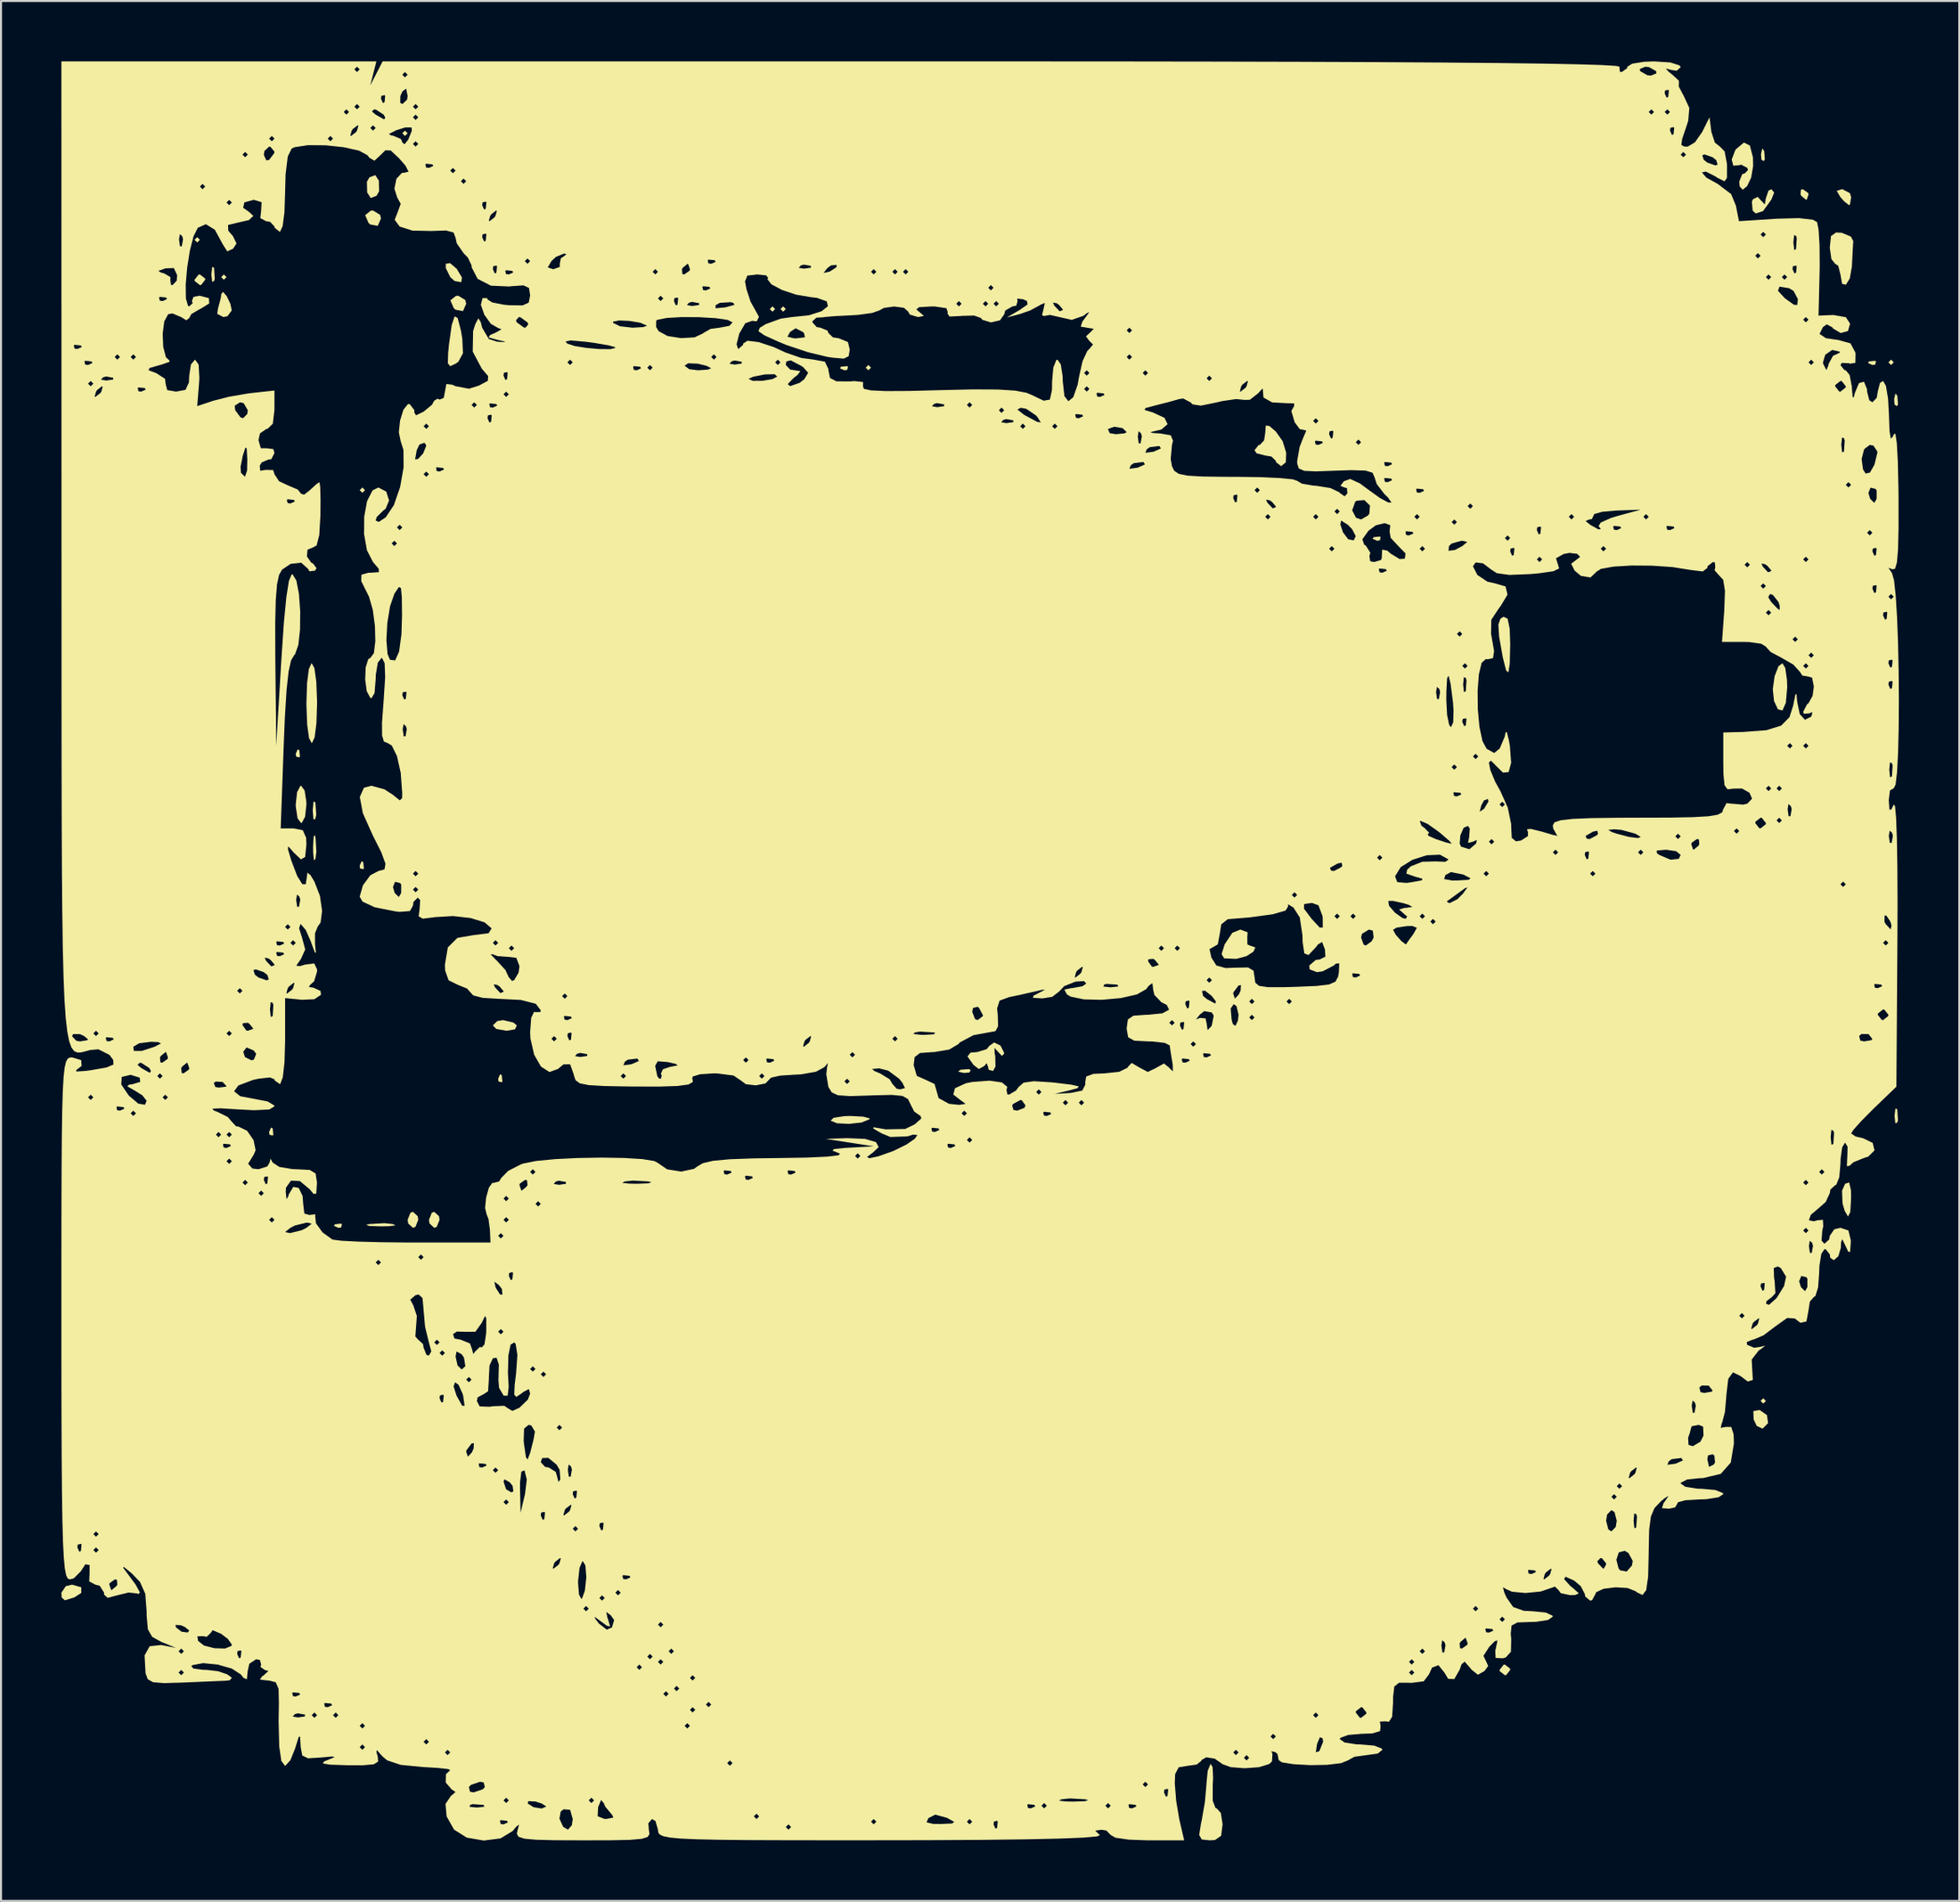
<source format=kicad_pcb>
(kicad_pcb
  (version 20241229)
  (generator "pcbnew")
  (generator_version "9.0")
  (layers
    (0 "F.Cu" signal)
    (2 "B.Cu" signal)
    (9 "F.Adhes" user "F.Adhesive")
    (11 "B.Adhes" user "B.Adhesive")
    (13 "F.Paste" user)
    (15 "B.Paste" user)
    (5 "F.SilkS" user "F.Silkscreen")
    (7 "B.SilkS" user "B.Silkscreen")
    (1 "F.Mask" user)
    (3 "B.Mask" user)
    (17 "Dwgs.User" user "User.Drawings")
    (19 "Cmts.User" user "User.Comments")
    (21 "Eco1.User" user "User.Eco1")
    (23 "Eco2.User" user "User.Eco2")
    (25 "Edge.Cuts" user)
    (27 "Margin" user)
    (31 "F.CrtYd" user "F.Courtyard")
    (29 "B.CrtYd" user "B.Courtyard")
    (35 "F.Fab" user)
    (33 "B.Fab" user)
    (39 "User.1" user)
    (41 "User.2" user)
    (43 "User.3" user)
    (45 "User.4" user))
  (footprint "cut pworxlogo"
    (layer "F.Cu")
    (at 45.508 44.185)
    (property "Reference" "cut pworxlogo" (at 0 0 0) (layer "F.SilkS") (effects (font (size 1.524 1.524) (thickness 0.3))))
    (attr board_only exclude_from_pos_files exclude_from_bom)
    (fp_poly (pts (xy -38.629 -35.322) (xy -38.761 -35.19) (xy -38.894 -35.322) (xy -38.761 -35.454)) (stroke (width 0) (type solid)) (fill yes) (layer "F.SilkS"))
    (fp_poly (pts (xy -37.306 -33.47) (xy -37.439 -33.337) (xy -37.571 -33.47) (xy -37.439 -33.602)) (stroke (width 0) (type solid)) (fill yes) (layer "F.SilkS"))
    (fp_poly (pts (xy -30.427 -22.886) (xy -30.559 -22.754) (xy -30.692 -22.886) (xy -30.559 -23.019)) (stroke (width 0) (type solid)) (fill yes) (layer "F.SilkS"))
    (fp_poly (pts (xy -28.31 -40.614) (xy -28.443 -40.481) (xy -28.575 -40.614) (xy -28.443 -40.746)) (stroke (width 0) (type solid)) (fill yes) (layer "F.SilkS"))
    (fp_poly (pts (xy -10.054 -31.882) (xy -10.186 -31.75) (xy -10.319 -31.882) (xy -10.186 -32.015)) (stroke (width 0) (type solid)) (fill yes) (layer "F.SilkS"))
    (fp_poly (pts (xy -9.525 -31.882) (xy -9.657 -31.75) (xy -9.79 -31.882) (xy -9.657 -32.015)) (stroke (width 0) (type solid)) (fill yes) (layer "F.SilkS"))
    (fp_poly (pts (xy -5.292 -28.972) (xy -5.424 -28.84) (xy -5.556 -28.972) (xy -5.424 -29.104)) (stroke (width 0) (type solid)) (fill yes) (layer "F.SilkS"))
    (fp_poly (pts (xy 39.158 22.357) (xy 39.026 22.49) (xy 38.894 22.357) (xy 39.026 22.225)) (stroke (width 0) (type solid)) (fill yes) (layer "F.SilkS"))
    (fp_poly (pts (xy 45.508 -29.236) (xy 45.376 -29.104) (xy 45.244 -29.236) (xy 45.376 -29.369)) (stroke (width 0) (type solid)) (fill yes) (layer "F.SilkS"))
    (fp_poly (pts (xy -37.925 -33.933) (xy -37.89 -33.391) (xy -37.925 -33.271) (xy -38.021 -33.238) (xy -38.058 -33.602) (xy -38.017 -33.978)) (stroke (width 0) (type solid)) (fill yes) (layer "F.SilkS"))
    (fp_poly (pts (xy -35.013 8.819) (xy -34.982 9.133) (xy -35.013 9.172) (xy -35.17 9.136) (xy -35.19 8.996) (xy -35.093 8.778)) (stroke (width 0) (type solid)) (fill yes) (layer "F.SilkS"))
    (fp_poly (pts (xy -33.69 -9.966) (xy -33.659 -9.652) (xy -33.69 -9.613) (xy -33.848 -9.65) (xy -33.867 -9.79) (xy -33.77 -10.007)) (stroke (width 0) (type solid)) (fill yes) (layer "F.SilkS"))
    (fp_poly (pts (xy -31.574 13.582) (xy -31.61 13.739) (xy -31.75 13.758) (xy -31.968 13.662) (xy -31.926 13.582) (xy -31.612 13.55)) (stroke (width 0) (type solid)) (fill yes) (layer "F.SilkS"))
    (fp_poly (pts (xy -30.515 -4.41) (xy -30.484 -4.096) (xy -30.515 -4.057) (xy -30.673 -4.093) (xy -30.692 -4.233) (xy -30.595 -4.451)) (stroke (width 0) (type solid)) (fill yes) (layer "F.SilkS"))
    (fp_poly (pts (xy -23.636 6.174) (xy -23.604 6.488) (xy -23.636 6.526) (xy -23.793 6.49) (xy -23.812 6.35) (xy -23.716 6.132)) (stroke (width 0) (type solid)) (fill yes) (layer "F.SilkS"))
    (fp_poly (pts (xy -6.438 -29.016) (xy -6.475 -28.859) (xy -6.615 -28.84) (xy -6.832 -28.936) (xy -6.791 -29.016) (xy -6.477 -29.048)) (stroke (width 0) (type solid)) (fill yes) (layer "F.SilkS"))
    (fp_poly (pts (xy -0.336 5.926) (xy -0.415 6.046) (xy -0.684 6.065) (xy -0.966 6) (xy -0.843 5.905) (xy -0.43 5.873)) (stroke (width 0) (type solid)) (fill yes) (layer "F.SilkS"))
    (fp_poly (pts (xy 20.02 -20.549) (xy 19.984 -20.392) (xy 19.844 -20.373) (xy 19.626 -20.47) (xy 19.667 -20.549) (xy 19.981 -20.581)) (stroke (width 0) (type solid)) (fill yes) (layer "F.SilkS"))
    (fp_poly (pts (xy 39.074 -39.737) (xy 39.106 -39.324) (xy 39.054 -39.23) (xy 38.933 -39.309) (xy 38.915 -39.577) (xy 38.979 -39.86)) (stroke (width 0) (type solid)) (fill yes) (layer "F.SilkS"))
    (fp_poly (pts (xy 44.626 -29.281) (xy 44.59 -29.123) (xy 44.45 -29.104) (xy 44.232 -29.201) (xy 44.274 -29.281) (xy 44.588 -29.312)) (stroke (width 0) (type solid)) (fill yes) (layer "F.SilkS"))
    (fp_poly (pts (xy 45.684 7.871) (xy 45.719 8.413) (xy 45.684 8.533) (xy 45.587 8.566) (xy 45.55 8.202) (xy 45.592 7.826)) (stroke (width 0) (type solid)) (fill yes) (layer "F.SilkS"))
    (fp_poly (pts (xy 45.689 -27.566) (xy 45.721 -27.153) (xy 45.668 -27.059) (xy 45.548 -27.138) (xy 45.529 -27.406) (xy 45.594 -27.689)) (stroke (width 0) (type solid)) (fill yes) (layer "F.SilkS"))
    (fp_poly (pts (xy -44.522 31.614) (xy -44.521 31.894) (xy -44.869 32.119) (xy -45.338 32.261) (xy -45.495 32.124) (xy -45.508 31.882) (xy -45.288 31.559) (xy -44.979 31.485)) (stroke (width 0) (type solid)) (fill yes) (layer "F.SilkS"))
    (fp_poly (pts (xy -38.372 -33.401) (xy -38.365 -33.337) (xy -38.566 -33.081) (xy -38.629 -33.073) (xy -38.886 -33.274) (xy -38.894 -33.337) (xy -38.692 -33.594) (xy -38.629 -33.602)) (stroke (width 0) (type solid)) (fill yes) (layer "F.SilkS"))
    (fp_poly (pts (xy -32.903 -7.383) (xy -32.89 -7.337) (xy -32.851 -6.761) (xy -32.899 -6.543) (xy -32.986 -6.535) (xy -33.022 -6.949) (xy -33.021 -7.011) (xy -32.983 -7.422)) (stroke (width 0) (type solid)) (fill yes) (layer "F.SilkS"))
    (fp_poly (pts (xy -32.886 -5.619) (xy -32.843 -4.93) (xy -32.891 -4.561) (xy -32.963 -4.499) (xy -33.003 -4.879) (xy -33.006 -5.159) (xy -32.98 -5.672) (xy -32.92 -5.75)) (stroke (width 0) (type solid)) (fill yes) (layer "F.SilkS"))
    (fp_poly (pts (xy -29.739 -38.259) (xy -29.728 -37.73) (xy -29.854 -37.509) (xy -30.143 -37.399) (xy -30.321 -37.677) (xy -30.333 -38.206) (xy -30.206 -38.427) (xy -29.918 -38.536)) (stroke (width 0) (type solid)) (fill yes) (layer "F.SilkS"))
    (fp_poly (pts (xy -29.679 -36.565) (xy -29.633 -36.38) (xy -29.794 -36.016) (xy -30.16 -36.081) (xy -30.251 -36.16) (xy -30.419 -36.547) (xy -30.144 -36.768) (xy -30.03 -36.777)) (stroke (width 0) (type solid)) (fill yes) (layer "F.SilkS"))
    (fp_poly (pts (xy -29.038 13.572) (xy -28.913 13.637) (xy -29.245 13.679) (xy -29.633 13.686) (xy -30.206 13.666) (xy -30.363 13.613) (xy -30.229 13.572) (xy -29.458 13.528)) (stroke (width 0) (type solid)) (fill yes) (layer "F.SilkS"))
    (fp_poly (pts (xy -27.811 13.179) (xy -27.781 13.361) (xy -27.924 13.714) (xy -28.046 13.758) (xy -28.281 13.544) (xy -28.31 13.361) (xy -28.168 13.009) (xy -28.046 12.965)) (stroke (width 0) (type solid)) (fill yes) (layer "F.SilkS"))
    (fp_poly (pts (xy -26.753 13.179) (xy -26.723 13.361) (xy -26.866 13.714) (xy -26.988 13.758) (xy -27.222 13.544) (xy -27.252 13.361) (xy -27.109 13.009) (xy -26.988 12.965)) (stroke (width 0) (type solid)) (fill yes) (layer "F.SilkS"))
    (fp_poly (pts (xy -25.871 -33.882) (xy -25.613 -33.45) (xy -25.645 -33.217) (xy -25.974 -33.274) (xy -26.189 -33.464) (xy -26.416 -33.921) (xy -26.415 -34.129) (xy -26.206 -34.166)) (stroke (width 0) (type solid)) (fill yes) (layer "F.SilkS"))
    (fp_poly (pts (xy -25.446 -32.332) (xy -25.4 -32.147) (xy -25.561 -31.782) (xy -25.927 -31.848) (xy -26.017 -31.926) (xy -26.186 -32.314) (xy -25.911 -32.535) (xy -25.797 -32.544)) (stroke (width 0) (type solid)) (fill yes) (layer "F.SilkS"))
    (fp_poly (pts (xy -23.057 3.561) (xy -22.886 3.704) (xy -22.98 3.9) (xy -23.4 3.969) (xy -23.905 3.88) (xy -24.077 3.704) (xy -23.856 3.487) (xy -23.564 3.44)) (stroke (width 0) (type solid)) (fill yes) (layer "F.SilkS"))
    (fp_poly (pts (xy 26.451 35.656) (xy 26.458 35.719) (xy 26.257 35.976) (xy 26.194 35.983) (xy 25.937 35.782) (xy 25.929 35.719) (xy 26.131 35.462) (xy 26.194 35.454)) (stroke (width 0) (type solid)) (fill yes) (layer "F.SilkS"))
    (fp_poly (pts (xy 38.848 22.809) (xy 39.212 23.063) (xy 39.267 23.459) (xy 38.994 23.735) (xy 38.704 23.599) (xy 38.551 23.279) (xy 38.534 22.863) (xy 38.848 22.808)) (stroke (width 0) (type solid)) (fill yes) (layer "F.SilkS"))
    (fp_poly (pts (xy 41.264 -37.643) (xy 41.275 -37.571) (xy 41.185 -37.313) (xy 41.158 -37.306) (xy 40.932 -37.492) (xy 40.878 -37.571) (xy 40.899 -37.815) (xy 40.995 -37.835)) (stroke (width 0) (type solid)) (fill yes) (layer "F.SilkS"))
    (fp_poly (pts (xy 43.334 -37.637) (xy 43.392 -37.439) (xy 43.337 -37.086) (xy 43.292 -37.042) (xy 43.063 -37.217) (xy 42.862 -37.439) (xy 42.678 -37.752) (xy 42.921 -37.835) (xy 42.962 -37.835)) (stroke (width 0) (type solid)) (fill yes) (layer "F.SilkS"))
    (fp_poly (pts (xy 43.382 11.875) (xy 43.392 12.25) (xy 43.351 12.973) (xy 43.238 13.198) (xy 43.071 12.911) (xy 42.966 12.548) (xy 42.94 11.916) (xy 43.094 11.569) (xy 43.293 11.504)) (stroke (width 0) (type solid)) (fill yes) (layer "F.SilkS"))
    (fp_poly (pts (xy -37.292 -32.517) (xy -37.113 -32.14) (xy -37.046 -31.816) (xy -37.257 -31.529) (xy -37.467 -31.485) (xy -37.766 -31.643) (xy -37.731 -31.904) (xy -37.585 -32.453) (xy -37.567 -32.632) (xy -37.478 -32.736)) (stroke (width 0) (type solid)) (fill yes) (layer "F.SilkS"))
    (fp_poly (pts (xy -5.679 8.236) (xy -5.366 8.32) (xy -5.367 8.366) (xy -5.764 8.526) (xy -6.386 8.595) (xy -6.981 8.565) (xy -7.296 8.435) (xy -7.153 8.294) (xy -6.626 8.211) (xy -6.322 8.202)) (stroke (width 0) (type solid)) (fill yes) (layer "F.SilkS"))
    (fp_poly (pts (xy 40.121 -14.051) (xy 40.206 -13.453) (xy 40.217 -13.097) (xy 40.15 -12.324) (xy 39.981 -11.941) (xy 39.757 -11.996) (xy 39.562 -12.413) (xy 39.501 -12.998) (xy 39.591 -13.644) (xy 39.785 -14.141) (xy 39.981 -14.287)) (stroke (width 0) (type solid)) (fill yes) (layer "F.SilkS"))
    (fp_poly (pts (xy -33.427 -7.969) (xy -33.34 -7.398) (xy -33.337 -7.276) (xy -33.404 -6.664) (xy -33.567 -6.358) (xy -33.602 -6.35) (xy -33.777 -6.583) (xy -33.864 -7.155) (xy -33.867 -7.276) (xy -33.8 -7.888) (xy -33.637 -8.194) (xy -33.602 -8.202)) (stroke (width 0) (type solid)) (fill yes) (layer "F.SilkS"))
    (fp_poly (pts (xy -25.824 -31.432) (xy -25.662 -30.814) (xy -25.594 -30.409) (xy -25.562 -29.686) (xy -25.787 -29.269) (xy -25.919 -29.172) (xy -26.197 -29.043) (xy -26.311 -29.187) (xy -26.297 -29.706) (xy -26.256 -30.116) (xy -26.12 -31.084) (xy -25.976 -31.522)) (stroke (width 0) (type solid)) (fill yes) (layer "F.SilkS"))
    (fp_poly (pts (xy 26.329 -16.5) (xy 26.434 -15.99) (xy 26.458 -15.236) (xy 26.436 -14.271) (xy 26.368 -13.834) (xy 26.256 -13.925) (xy 26.099 -14.542) (xy 26.083 -14.618) (xy 25.907 -15.609) (xy 25.869 -16.199) (xy 25.97 -16.499) (xy 26.128 -16.598)) (stroke (width 0) (type solid)) (fill yes) (layer "F.SilkS"))
    (fp_poly (pts (xy 39.57 -37.672) (xy 39.431 -37.321) (xy 39.016 -36.749) (xy 38.654 -36.631) (xy 38.5 -36.773) (xy 38.463 -37.219) (xy 38.514 -37.334) (xy 38.753 -37.455) (xy 38.923 -37.268) (xy 39.106 -37.081) (xy 39.154 -37.372) (xy 39.287 -37.765) (xy 39.432 -37.835)) (stroke (width 0) (type solid)) (fill yes) (layer "F.SilkS"))
    (fp_poly (pts (xy 13.413 -0.923) (xy 13.398 -0.661) (xy 13.403 -0.321) (xy 13.524 -0.265) (xy 13.797 -0.172) (xy 13.705 0.038) (xy 13.363 0.26) (xy 12.885 0.391) (xy 12.792 0.397) (xy 12.248 0.373) (xy 12.122 0.161) (xy 12.273 -0.321) (xy 12.655 -0.896) (xy 13.051 -1.058)) (stroke (width 0) (type solid)) (fill yes) (layer "F.SilkS"))
    (fp_poly (pts (xy -32.94 -14.041) (xy -32.847 -13.375) (xy -32.809 -12.396) (xy -32.808 -12.303) (xy -32.841 -11.303) (xy -32.93 -10.606) (xy -33.061 -10.321) (xy -33.073 -10.319) (xy -33.206 -10.565) (xy -33.299 -11.231) (xy -33.337 -12.21) (xy -33.337 -12.303) (xy -33.305 -13.303) (xy -33.216 -14) (xy -33.085 -14.286) (xy -33.073 -14.287)) (stroke (width 0) (type solid)) (fill yes) (layer "F.SilkS"))
    (fp_poly (pts (xy 14.491 -26.076) (xy 14.817 -25.797) (xy 15.156 -25.316) (xy 15.331 -24.744) (xy 15.312 -24.269) (xy 15.081 -24.077) (xy 14.824 -24.278) (xy 14.817 -24.342) (xy 14.595 -24.557) (xy 14.287 -24.606) (xy 13.858 -24.717) (xy 13.758 -24.871) (xy 13.96 -25.128) (xy 14.023 -25.135) (xy 14.233 -25.359) (xy 14.287 -25.706) (xy 14.316 -26.093)) (stroke (width 0) (type solid)) (fill yes) (layer "F.SilkS"))
    (fp_poly (pts (xy 42.929 -35.671) (xy 43.383 -35.481) (xy 43.498 -35.256) (xy 43.469 -34.778) (xy 43.434 -34.063) (xy 43.431 -33.999) (xy 43.325 -33.399) (xy 43.13 -33.089) (xy 42.944 -33.137) (xy 42.862 -33.602) (xy 42.752 -34.032) (xy 42.598 -34.131) (xy 42.414 -34.362) (xy 42.333 -34.918) (xy 42.333 -34.943) (xy 42.392 -35.507) (xy 42.645 -35.687)) (stroke (width 0) (type solid)) (fill yes) (layer "F.SilkS"))
    (fp_poly (pts (xy 38.363 -40.004) (xy 38.516 -39.413) (xy 38.525 -38.99) (xy 38.427 -38.414) (xy 38.225 -37.988) (xy 38.006 -37.81) (xy 37.857 -37.977) (xy 37.835 -38.21) (xy 37.98 -38.576) (xy 38.116 -38.629) (xy 38.272 -38.792) (xy 38.23 -38.898) (xy 37.924 -39.058) (xy 37.835 -39.026) (xy 37.54 -39.004) (xy 37.46 -39.308) (xy 37.632 -39.763) (xy 37.671 -39.821) (xy 38.067 -40.154)) (stroke (width 0) (type solid)) (fill yes) (layer "F.SilkS"))
    (fp_poly (pts (xy 1.139 4.705) (xy 1.317 5.06) (xy 1.319 5.109) (xy 1.21 5.219) (xy 1.031 5.027) (xy 0.841 4.821) (xy 0.846 5.068) (xy 0.878 5.225) (xy 0.889 5.748) (xy 0.769 5.968) (xy 0.551 5.907) (xy 0.525 5.77) (xy 0.454 5.579) (xy 0.327 5.725) (xy 0.061 5.869) (xy -0.198 5.67) (xy -0.501 5.245) (xy -0.349 5.055) (xy -0.022 5.027) (xy 0.449 4.886) (xy 0.589 4.716) (xy 0.823 4.551)) (stroke (width 0) (type solid)) (fill yes) (layer "F.SilkS"))
    (fp_poly (pts (xy 11.675 40.547) (xy 11.7 41.085) (xy 11.681 41.433) (xy 11.68 42.215) (xy 11.821 42.581) (xy 11.88 42.598) (xy 12.084 42.828) (xy 12.171 43.381) (xy 12.171 43.392) (xy 12.098 43.961) (xy 11.795 44.168) (xy 11.537 44.185) (xy 11.136 44.144) (xy 11.009 43.92) (xy 11.095 43.366) (xy 11.134 43.193) (xy 11.294 42.276) (xy 11.37 41.402) (xy 11.371 41.357) (xy 11.431 40.736) (xy 11.569 40.395) (xy 11.576 40.39)) (stroke (width 0) (type solid)) (fill yes) (layer "F.SilkS"))
    (fp_poly (pts (xy -30.014 -43.59) (xy -30.165 -42.995) (xy -29.893 -43.524) (xy -28.575 -43.524) (xy -28.443 -43.392) (xy -28.31 -43.524) (xy -28.443 -43.656) (xy -28.575 -43.524) (xy -29.893 -43.524) (xy -29.859 -43.59) (xy -29.552 -44.185) (xy 1.247 -44.185) (xy 6.644 -44.183) (xy 11.522 -44.176) (xy 15.879 -44.165) (xy 19.714 -44.149) (xy 23.026 -44.129) (xy 25.815 -44.104) (xy 28.08 -44.075) (xy 29.818 -44.041) (xy 31.031 -44.003) (xy 31.716 -43.961) (xy 31.882 -43.921) (xy 31.903 -43.677) (xy 31.999 -43.656) (xy 32.213 -43.809) (xy 32.898 -43.809) (xy 32.913 -43.7) (xy 33.267 -43.5) (xy 33.447 -43.48) (xy 33.722 -43.592) (xy 33.707 -43.7) (xy 33.353 -43.9) (xy 33.174 -43.921) (xy 32.898 -43.809) (xy 32.213 -43.809) (xy 32.268 -43.848) (xy 32.279 -43.921) (xy 32.517 -44.072) (xy 33.126 -44.168) (xy 33.602 -44.185) (xy 34.419 -44.131) (xy 34.87 -43.985) (xy 34.925 -43.893) (xy 34.726 -43.72) (xy 34.462 -43.761) (xy 34.187 -43.83) (xy 34.331 -43.668) (xy 34.513 -43.525) (xy 34.832 -43.229) (xy 34.837 -43.127) (xy 34.828 -42.94) (xy 35.068 -42.487) (xy 35.079 -42.47) (xy 35.355 -41.871) (xy 35.301 -41.241) (xy 35.217 -40.975) (xy 34.998 -40.325) (xy 34.959 -40.033) (xy 35.107 -39.955) (xy 35.279 -39.952) (xy 35.637 -40.167) (xy 35.995 -40.68) (xy 36.357 -41.407) (xy 36.452 -40.68) (xy 36.624 -40.151) (xy 36.875 -39.952) (xy 37.109 -39.713) (xy 37.225 -39.088) (xy 37.228 -39.013) (xy 37.226 -38.4) (xy 37.102 -38.227) (xy 36.752 -38.403) (xy 36.619 -38.489) (xy 36.171 -38.713) (xy 35.983 -38.669) (xy 35.983 -38.667) (xy 36.202 -38.411) (xy 36.728 -38.12) (xy 36.748 -38.112) (xy 37.432 -37.594) (xy 37.667 -37.021) (xy 37.822 -36.247) (xy 39.672 -36.369) (xy 40.795 -36.4) (xy 41.494 -36.319) (xy 41.7 -36.203) (xy 41.776 -35.818) (xy 41.823 -35.051) (xy 41.831 -34.046) (xy 41.826 -33.735) (xy 41.773 -31.557) (xy 42.512 -31.587) (xy 43.131 -31.478) (xy 43.341 -31.155) (xy 43.234 -30.789) (xy 42.876 -30.693) (xy 42.498 -30.914) (xy 42.451 -30.979) (xy 42.183 -31.122) (xy 41.99 -30.984) (xy 41.823 -30.647) (xy 42.142 -30.435) (xy 42.766 -30.343) (xy 43.36 -30.178) (xy 43.602 -29.727) (xy 43.613 -29.658) (xy 43.604 -29.211) (xy 43.342 -29.17) (xy 43.283 -29.191) (xy 42.928 -29.208) (xy 42.862 -29.096) (xy 43.064 -28.847) (xy 43.127 -28.84) (xy 43.317 -28.608) (xy 43.424 -28.043) (xy 43.428 -27.98) (xy 43.468 -27.493) (xy 43.534 -27.519) (xy 43.578 -27.715) (xy 43.782 -28.203) (xy 44.031 -28.272) (xy 44.18 -27.906) (xy 44.185 -27.781) (xy 44.296 -27.351) (xy 44.45 -27.252) (xy 44.665 -27.474) (xy 44.715 -27.781) (xy 44.825 -28.211) (xy 44.979 -28.31) (xy 45.12 -28.069) (xy 45.226 -27.441) (xy 45.27 -26.657) (xy 45.301 -25.806) (xy 45.363 -25.447) (xy 45.465 -25.542) (xy 45.508 -25.665) (xy 45.592 -25.689) (xy 45.661 -25.225) (xy 45.712 -24.313) (xy 45.742 -22.994) (xy 45.747 -22.54) (xy 45.748 -21.009) (xy 45.723 -19.945) (xy 45.666 -19.289) (xy 45.573 -18.979) (xy 45.442 -18.953) (xy 45.245 -19.031) (xy 45.417 -18.773) (xy 45.423 -18.766) (xy 45.524 -18.401) (xy 45.607 -17.637) (xy 45.674 -16.566) (xy 45.723 -15.281) (xy 45.753 -13.874) (xy 45.764 -12.438) (xy 45.754 -11.067) (xy 45.725 -9.851) (xy 45.674 -8.885) (xy 45.601 -8.261) (xy 45.505 -8.072) (xy 45.503 -8.073) (xy 45.322 -7.971) (xy 45.262 -7.49) (xy 45.295 -7.012) (xy 45.388 -7.019) (xy 45.511 -7.276) (xy 45.575 -7.178) (xy 45.627 -6.596) (xy 45.665 -5.572) (xy 45.689 -4.153) (xy 45.698 -2.381) (xy 45.691 -0.529) (xy 45.641 6.747) (xy 44.516 7.83) (xy 43.915 8.434) (xy 43.507 8.89) (xy 43.392 9.068) (xy 43.616 9.221) (xy 43.987 9.308) (xy 44.464 9.54) (xy 44.553 9.912) (xy 44.241 10.224) (xy 44.053 10.28) (xy 43.508 10.501) (xy 43.305 10.68) (xy 43.181 10.694) (xy 43.199 10.271) (xy 43.202 10.253) (xy 43.216 9.729) (xy 43.09 9.525) (xy 42.948 9.76) (xy 42.868 10.346) (xy 42.862 10.583) (xy 42.804 11.246) (xy 42.657 11.615) (xy 42.598 11.642) (xy 42.363 11.856) (xy 42.333 12.036) (xy 42.129 12.475) (xy 41.804 12.761) (xy 41.388 13.116) (xy 41.294 13.382) (xy 41.544 13.435) (xy 41.701 13.387) (xy 41.991 13.359) (xy 42.007 13.685) (xy 41.961 13.888) (xy 41.923 14.391) (xy 42.064 14.552) (xy 42.303 14.338) (xy 42.333 14.155) (xy 42.554 13.832) (xy 42.862 13.758) (xy 43.257 13.89) (xy 43.374 14.371) (xy 43.373 14.486) (xy 43.341 14.957) (xy 43.247 14.94) (xy 43.127 14.684) (xy 42.953 14.327) (xy 42.893 14.467) (xy 42.881 14.751) (xy 42.759 15.169) (xy 42.531 15.366) (xy 42.354 15.244) (xy 42.333 15.081) (xy 42.132 14.824) (xy 42.069 14.817) (xy 41.911 15.053) (xy 41.816 15.651) (xy 41.804 16.007) (xy 41.752 16.717) (xy 41.619 17.143) (xy 41.54 17.198) (xy 41.341 17.424) (xy 41.275 17.859) (xy 41.172 18.41) (xy 40.874 18.476) (xy 40.592 18.261) (xy 40.216 18.236) (xy 39.625 18.658) (xy 39.041 19.098) (xy 38.542 19.311) (xy 38.493 19.315) (xy 38.207 19.435) (xy 38.225 19.568) (xy 38.574 19.716) (xy 38.836 19.68) (xy 39.116 19.614) (xy 38.949 19.756) (xy 38.805 19.849) (xy 38.453 20.303) (xy 38.48 20.795) (xy 38.509 21.316) (xy 38.26 21.394) (xy 37.893 21.118) (xy 37.523 20.937) (xy 37.288 21.264) (xy 37.192 22.097) (xy 37.19 22.164) (xy 37.125 22.904) (xy 36.987 23.432) (xy 36.962 23.479) (xy 36.916 23.698) (xy 37.16 23.649) (xy 37.436 23.651) (xy 37.554 24.012) (xy 37.571 24.465) (xy 37.414 25.42) (xy 36.916 25.982) (xy 36.037 26.19) (xy 35.87 26.194) (xy 35.25 26.259) (xy 34.935 26.42) (xy 34.925 26.458) (xy 35.16 26.624) (xy 35.746 26.716) (xy 35.983 26.723) (xy 36.646 26.782) (xy 37.015 26.928) (xy 37.042 26.988) (xy 36.805 27.144) (xy 36.205 27.239) (xy 35.835 27.252) (xy 35.152 27.292) (xy 34.781 27.395) (xy 34.759 27.462) (xy 34.65 27.645) (xy 34.358 27.711) (xy 33.995 27.686) (xy 34.073 27.438) (xy 34.173 27.303) (xy 34.325 27.069) (xy 34.129 27.192) (xy 33.928 27.359) (xy 33.625 27.681) (xy 33.447 28.098) (xy 33.362 28.747) (xy 33.338 29.769) (xy 33.337 29.939) (xy 33.309 31.087) (xy 33.212 31.758) (xy 33.029 31.999) (xy 32.745 31.861) (xy 32.697 31.816) (xy 32.292 31.652) (xy 31.685 31.615) (xy 31.092 31.69) (xy 30.726 31.862) (xy 30.692 31.948) (xy 30.525 32.256) (xy 30.427 32.279) (xy 30.182 32.07) (xy 30.163 31.946) (xy 29.96 31.558) (xy 29.633 31.282) (xy 29.203 31.089) (xy 29.135 31.208) (xy 29.444 31.549) (xy 29.567 31.646) (xy 29.865 31.913) (xy 29.694 31.998) (xy 29.435 32.006) (xy 28.971 31.907) (xy 28.84 31.734) (xy 28.676 31.579) (xy 28.568 31.622) (xy 27.973 31.825) (xy 27.213 31.9) (xy 26.545 31.835) (xy 26.295 31.724) (xy 26.098 31.614) (xy 26.162 31.871) (xy 26.276 32.126) (xy 26.606 32.596) (xy 27.133 32.784) (xy 27.583 32.806) (xy 28.221 32.87) (xy 28.559 33.025) (xy 28.575 33.073) (xy 28.34 33.238) (xy 27.752 33.33) (xy 27.5 33.337) (xy 26.818 33.362) (xy 26.526 33.516) (xy 26.484 33.919) (xy 26.508 34.19) (xy 26.493 34.819) (xy 26.237 35.1) (xy 26.09 35.142) (xy 25.733 35.124) (xy 25.715 34.77) (xy 25.742 34.659) (xy 25.827 34.259) (xy 25.699 34.288) (xy 25.421 34.566) (xy 25.128 35.021) (xy 25.238 35.245) (xy 25.365 35.524) (xy 25.182 35.774) (xy 24.854 35.96) (xy 24.534 35.706) (xy 24.48 35.634) (xy 24.196 35.309) (xy 24.039 35.442) (xy 23.951 35.7) (xy 23.68 36.176) (xy 23.375 36.16) (xy 23.188 35.851) (xy 22.893 35.484) (xy 22.576 35.605) (xy 22.426 35.935) (xy 22.163 36.285) (xy 21.554 36.363) (xy 21.469 36.358) (xy 20.937 36.356) (xy 20.7 36.546) (xy 20.639 37.07) (xy 20.637 37.361) (xy 20.593 38.044) (xy 20.434 38.296) (xy 20.254 38.274) (xy 19.986 38.286) (xy 20.018 38.51) (xy 19.993 38.761) (xy 19.601 38.875) (xy 19.078 38.894) (xy 18.405 38.951) (xy 18.024 39.094) (xy 17.992 39.158) (xy 18.226 39.324) (xy 18.813 39.416) (xy 19.05 39.423) (xy 19.713 39.482) (xy 20.081 39.628) (xy 20.108 39.688) (xy 19.879 39.875) (xy 19.33 39.952) (xy 18.719 40.035) (xy 18.387 40.219) (xy 18.055 40.352) (xy 17.354 40.435) (xy 16.524 40.45) (xy 15.68 40.402) (xy 15.117 40.311) (xy 14.959 40.201) (xy 14.897 39.897) (xy 14.795 39.81) (xy 16.802 39.81) (xy 16.965 39.761) (xy 16.978 39.749) (xy 17.164 39.291) (xy 17.142 39.122) (xy 17.005 39.061) (xy 16.862 39.402) (xy 16.802 39.81) (xy 14.795 39.81) (xy 14.78 39.797) (xy 14.593 39.762) (xy 14.648 39.893) (xy 14.625 40.262) (xy 14.49 40.394) (xy 13.976 40.553) (xy 13.261 40.604) (xy 12.574 40.55) (xy 12.148 40.393) (xy 12.126 40.368) (xy 11.777 40.127) (xy 11.503 40.084) (xy 13.229 40.084) (xy 13.361 40.217) (xy 13.494 40.084) (xy 13.361 39.952) (xy 13.229 40.084) (xy 11.503 40.084) (xy 11.357 40.061) (xy 11.117 40.201) (xy 11.113 40.24) (xy 10.886 40.421) (xy 10.451 40.481) (xy 9.993 40.557) (xy 9.816 40.889) (xy 9.796 41.341) (xy 9.864 42.21) (xy 10.021 43.143) (xy 10.033 43.193) (xy 10.263 44.185) (xy 8.439 44.185) (xy 7.499 44.15) (xy 6.852 44.055) (xy 6.615 43.921) (xy 6.396 43.698) (xy 6.152 43.66) (xy 5.845 43.704) (xy 6.035 43.888) (xy 6.085 43.921) (xy 5.938 43.991) (xy 5.27 44.05) (xy 4.088 44.098) (xy 2.4 44.136) (xy 0.215 44.162) (xy -2.46 44.177) (xy -4.696 44.181) (xy -7.419 44.182) (xy -9.659 44.179) (xy -11.464 44.172) (xy -12.881 44.157) (xy -13.956 44.133) (xy -14.738 44.098) (xy -15.272 44.048) (xy -15.605 43.983) (xy -15.786 43.899) (xy -15.86 43.794) (xy -15.875 43.668) (xy -15.875 43.656) (xy -15.913 43.524) (xy -9.525 43.524) (xy -9.393 43.656) (xy -9.26 43.524) (xy -9.393 43.392) (xy -9.525 43.524) (xy -15.913 43.524) (xy -15.989 43.259) (xy -5.292 43.259) (xy -5.159 43.392) (xy -5.058 43.29) (xy -2.533 43.29) (xy -2.199 43.371) (xy -1.839 43.374) (xy -1.261 43.348) (xy -1.16 43.27) (xy -1.178 43.259) (xy -0.529 43.259) (xy -0.397 43.392) (xy 0.794 43.392) (xy 0.891 43.609) (xy 0.97 43.568) (xy 1.002 43.254) (xy 0.97 43.215) (xy 0.813 43.252) (xy 0.794 43.392) (xy -0.397 43.392) (xy -0.265 43.259) (xy -0.397 43.127) (xy -0.529 43.259) (xy -1.178 43.259) (xy -1.485 43.086) (xy -1.53 43.065) (xy -2.102 42.909) (xy -2.443 43.083) (xy -2.533 43.29) (xy -5.058 43.29) (xy -5.027 43.259) (xy -5.159 43.127) (xy -5.292 43.259) (xy -15.989 43.259) (xy -15.999 43.227) (xy -16.17 43.127) (xy -16.352 43.336) (xy -16.328 43.656) (xy -16.296 43.873) (xy -16.389 44.021) (xy -16.688 44.112) (xy -17.274 44.162) (xy -18.228 44.182) (xy -19.596 44.185) (xy -20.992 44.18) (xy -21.939 44.156) (xy -22.517 44.102) (xy -22.805 44.007) (xy -22.883 43.86) (xy -22.857 43.722) (xy -22.775 43.406) (xy -22.909 43.503) (xy -23.092 43.722) (xy -23.694 44.089) (xy -24.529 44.196) (xy -25.373 44.05) (xy -26.001 43.655) (xy -26.003 43.653) (xy -26.251 43.215) (xy -23.724 43.215) (xy -23.688 43.373) (xy -23.548 43.392) (xy -23.33 43.295) (xy -23.372 43.215) (xy -23.686 43.184) (xy -23.724 43.215) (xy -26.251 43.215) (xy -26.308 43.113) (xy -20.769 43.113) (xy -20.583 43.516) (xy -20.345 43.656) (xy -20.153 43.434) (xy -20.108 43.127) (xy -20.148 42.988) (xy -18.871 42.988) (xy -18.531 43.122) (xy -18.43 43.123) (xy -18.089 43.054) (xy -18.117 42.995) (xy -11.113 42.995) (xy -10.98 43.127) (xy -10.848 42.995) (xy -10.98 42.862) (xy -11.113 42.995) (xy -18.117 42.995) (xy -18.15 42.925) (xy -18.494 42.51) (xy -18.532 42.422) (xy 2.469 42.422) (xy 2.506 42.579) (xy 2.646 42.598) (xy 2.864 42.501) (xy 2.845 42.466) (xy 3.175 42.466) (xy 3.307 42.598) (xy 3.44 42.466) (xy 6.35 42.466) (xy 6.482 42.598) (xy 6.615 42.466) (xy 6.57 42.422) (xy 7.497 42.422) (xy 7.533 42.579) (xy 7.673 42.598) (xy 7.891 42.501) (xy 7.849 42.422) (xy 7.535 42.39) (xy 7.497 42.422) (xy 6.57 42.422) (xy 6.482 42.333) (xy 6.35 42.466) (xy 3.44 42.466) (xy 3.307 42.333) (xy 3.175 42.466) (xy 2.845 42.466) (xy 2.822 42.422) (xy 2.508 42.39) (xy 2.469 42.422) (xy -18.532 42.422) (xy -18.567 42.34) (xy -18.673 42.212) (xy 4.042 42.212) (xy 4.374 42.254) (xy 4.763 42.261) (xy 5.335 42.241) (xy 5.492 42.188) (xy 5.358 42.147) (xy 4.587 42.103) (xy 4.167 42.147) (xy 4.042 42.212) (xy -18.673 42.212) (xy -18.699 42.181) (xy -18.845 42.532) (xy -18.847 42.539) (xy -18.871 42.988) (xy -20.148 42.988) (xy -20.24 42.668) (xy -20.563 42.643) (xy -20.707 42.756) (xy -20.769 43.113) (xy -26.308 43.113) (xy -26.373 43) (xy -26.416 42.519) (xy -25.235 42.519) (xy -24.871 42.556) (xy -24.495 42.515) (xy -24.54 42.423) (xy -25.082 42.388) (xy -25.202 42.423) (xy -25.235 42.519) (xy -26.416 42.519) (xy -26.428 42.38) (xy -26.414 42.358) (xy -22.342 42.358) (xy -22.053 42.539) (xy -21.654 42.605) (xy -21.433 42.511) (xy -21.431 42.496) (xy -21.649 42.358) (xy -21.961 42.257) (xy -22.319 42.239) (xy -22.342 42.358) (xy -26.414 42.358) (xy -26.309 42.201) (xy -23.548 42.201) (xy -23.416 42.333) (xy -23.283 42.201) (xy -19.315 42.201) (xy -19.182 42.333) (xy -19.05 42.201) (xy -19.182 42.069) (xy -19.315 42.201) (xy -23.283 42.201) (xy -23.416 42.069) (xy -23.548 42.201) (xy -26.309 42.201) (xy -26.156 41.973) (xy -26.128 41.959) (xy -25.933 41.785) (xy -26.128 41.65) (xy -26.222 41.54) (xy -25.268 41.54) (xy -25.211 41.769) (xy -25.034 41.804) (xy 9.26 41.804) (xy 9.357 42.022) (xy 9.437 41.981) (xy 9.468 41.667) (xy 9.437 41.628) (xy 9.28 41.664) (xy 9.26 41.804) (xy -25.034 41.804) (xy -24.577 41.649) (xy -24.474 41.54) (xy -24.507 41.407) (xy 8.202 41.407) (xy 8.334 41.54) (xy 8.467 41.407) (xy 8.334 41.275) (xy 8.202 41.407) (xy -24.507 41.407) (xy -24.531 41.311) (xy -24.707 41.275) (xy -25.164 41.43) (xy -25.268 41.54) (xy -26.222 41.54) (xy -26.417 41.314) (xy -26.407 40.897) (xy -26.195 40.702) (xy -26.292 40.646) (xy -26.805 40.588) (xy -27.557 40.544) (xy -28.655 40.436) (xy -28.916 40.349) (xy -12.435 40.349) (xy -12.303 40.481) (xy -12.171 40.349) (xy -12.303 40.217) (xy -12.435 40.349) (xy -28.916 40.349) (xy -29.326 40.212) (xy -29.562 40.014) (xy -29.734 39.82) (xy -26.458 39.82) (xy -26.326 39.952) (xy -26.194 39.82) (xy 12.7 39.82) (xy 12.832 39.952) (xy 12.965 39.82) (xy 12.832 39.688) (xy 12.7 39.82) (xy -26.194 39.82) (xy -26.326 39.688) (xy -26.458 39.82) (xy -29.734 39.82) (xy -29.839 39.702) (xy -29.86 39.804) (xy -29.796 40.018) (xy -29.775 40.271) (xy -29.986 40.407) (xy -30.534 40.457) (xy -31.295 40.455) (xy -32.146 40.427) (xy -32.518 40.369) (xy -32.461 40.267) (xy -32.279 40.194) (xy -31.937 40.054) (xy -32.045 40.019) (xy -32.61 40.071) (xy -33.26 40.111) (xy -33.545 39.97) (xy -33.622 39.555) (xy -30.692 39.555) (xy -30.559 39.688) (xy -30.427 39.555) (xy -30.559 39.423) (xy -30.692 39.555) (xy -33.622 39.555) (xy -33.623 39.554) (xy -33.626 39.472) (xy -33.637 39.291) (xy -27.517 39.291) (xy -27.384 39.423) (xy -27.252 39.291) (xy -27.384 39.158) (xy -27.517 39.291) (xy -33.637 39.291) (xy -33.653 39.033) (xy -33.72 39.049) (xy -33.876 39.546) (xy -33.898 39.621) (xy -34.133 40.202) (xy -34.379 40.478) (xy -34.403 40.481) (xy -34.583 40.241) (xy -34.688 39.511) (xy -34.7 39.026) (xy 14.552 39.026) (xy 14.684 39.158) (xy 14.817 39.026) (xy 14.684 38.894) (xy 14.552 39.026) (xy -34.7 39.026) (xy -34.713 38.497) (xy -30.692 38.497) (xy -30.559 38.629) (xy -30.427 38.497) (xy -14.552 38.497) (xy -14.42 38.629) (xy -14.287 38.497) (xy -14.42 38.365) (xy -14.552 38.497) (xy -30.427 38.497) (xy -30.559 38.365) (xy -30.692 38.497) (xy -34.713 38.497) (xy -34.719 38.277) (xy -34.715 38.037) (xy -34.016 38.037) (xy -33.756 38.079) (xy -33.413 38.03) (xy -33.41 37.968) (xy -33.073 37.968) (xy -32.941 38.1) (xy -32.808 37.968) (xy -32.015 37.968) (xy -31.882 38.1) (xy -31.75 37.968) (xy 16.669 37.968) (xy 16.801 38.1) (xy 16.933 37.968) (xy 16.801 37.835) (xy 18.785 37.835) (xy 18.987 38.092) (xy 19.05 38.1) (xy 19.307 37.899) (xy 19.315 37.835) (xy 19.113 37.579) (xy 19.05 37.571) (xy 18.793 37.772) (xy 18.785 37.835) (xy 16.801 37.835) (xy 16.669 37.968) (xy -31.75 37.968) (xy -31.882 37.835) (xy -32.015 37.968) (xy -32.808 37.968) (xy -32.941 37.835) (xy -33.073 37.968) (xy -33.41 37.968) (xy -33.409 37.94) (xy -33.763 37.877) (xy -33.916 37.919) (xy -34.016 38.037) (xy -34.715 38.037) (xy -34.71 37.703) (xy -14.287 37.703) (xy -14.155 37.835) (xy -14.023 37.703) (xy -14.155 37.571) (xy -14.287 37.703) (xy -34.71 37.703) (xy -34.705 37.394) (xy -32.456 37.394) (xy -32.419 37.552) (xy -32.279 37.571) (xy -32.061 37.474) (xy -32.08 37.439) (xy -13.494 37.439) (xy -13.361 37.571) (xy -13.229 37.439) (xy -13.361 37.306) (xy -13.494 37.439) (xy -32.08 37.439) (xy -32.103 37.394) (xy -32.417 37.363) (xy -32.456 37.394) (xy -34.705 37.394) (xy -34.705 37.372) (xy -34.716 36.865) (xy -34.043 36.865) (xy -34.007 37.023) (xy -33.867 37.042) (xy -33.649 36.945) (xy -33.667 36.909) (xy -15.61 36.909) (xy -15.478 37.042) (xy -15.346 36.909) (xy -15.478 36.777) (xy -15.61 36.909) (xy -33.667 36.909) (xy -33.69 36.865) (xy -34.004 36.834) (xy -34.043 36.865) (xy -34.716 36.865) (xy -34.72 36.661) (xy -34.727 36.645) (xy -15.081 36.645) (xy -14.949 36.777) (xy -14.817 36.645) (xy -14.949 36.513) (xy -15.081 36.645) (xy -34.727 36.645) (xy -34.862 36.333) (xy -35.201 36.245) (xy -35.264 36.244) (xy -35.646 36.202) (xy -35.59 36.116) (xy -14.287 36.116) (xy -14.155 36.248) (xy -14.023 36.116) (xy -14.155 35.983) (xy -14.287 36.116) (xy -35.59 36.116) (xy -35.545 36.045) (xy -35.454 35.983) (xy -35.31 35.851) (xy 21.431 35.851) (xy 21.564 35.983) (xy 21.696 35.851) (xy 21.564 35.719) (xy 21.431 35.851) (xy -35.31 35.851) (xy -35.226 35.774) (xy -35.404 35.723) (xy -35.601 35.586) (xy -16.933 35.586) (xy -16.801 35.719) (xy -16.669 35.586) (xy -16.801 35.454) (xy -16.933 35.586) (xy -35.601 35.586) (xy -35.623 35.572) (xy -35.586 35.454) (xy -35.621 35.322) (xy -15.875 35.322) (xy -15.743 35.454) (xy -15.61 35.322) (xy 21.431 35.322) (xy 21.564 35.454) (xy 21.696 35.322) (xy 21.564 35.19) (xy 21.431 35.322) (xy -15.61 35.322) (xy -15.743 35.19) (xy -15.875 35.322) (xy -35.621 35.322) (xy -35.646 35.228) (xy -35.835 35.19) (xy -36.175 35.416) (xy -36.256 35.785) (xy -36.296 36.189) (xy -36.464 36.111) (xy -36.598 35.942) (xy -37.045 35.653) (xy -37.745 35.454) (xy -38.47 35.383) (xy -38.99 35.48) (xy -39.056 35.528) (xy -38.954 35.651) (xy -38.464 35.716) (xy -38.292 35.719) (xy -37.731 35.784) (xy -37.276 35.936) (xy -37.042 36.108) (xy -37.144 36.233) (xy -37.357 36.258) (xy -37.787 36.274) (xy -38.57 36.308) (xy -39.466 36.347) (xy -40.413 36.375) (xy -40.956 36.33) (xy -41.219 36.182) (xy -41.324 35.897) (xy -41.329 35.874) (xy -41.33 35.851) (xy -39.688 35.851) (xy -39.555 35.983) (xy -39.423 35.851) (xy -39.555 35.719) (xy -39.688 35.851) (xy -41.33 35.851) (xy -41.377 34.998) (xy -41.262 34.793) (xy -39.688 34.793) (xy -39.555 34.925) (xy -36.777 34.925) (xy -36.68 35.143) (xy -36.601 35.101) (xy -36.596 35.057) (xy -16.404 35.057) (xy -16.272 35.19) (xy -16.14 35.057) (xy -16.272 34.925) (xy -16.404 35.057) (xy -36.596 35.057) (xy -36.57 34.793) (xy -15.346 34.793) (xy -15.214 34.925) (xy -15.081 34.793) (xy 21.96 34.793) (xy 22.093 34.925) (xy 22.225 34.793) (xy 22.093 34.66) (xy 21.96 34.793) (xy -15.081 34.793) (xy -15.214 34.66) (xy -15.346 34.793) (xy -36.57 34.793) (xy -36.569 34.787) (xy -36.601 34.749) (xy -36.758 34.785) (xy -36.777 34.925) (xy -39.555 34.925) (xy -39.423 34.793) (xy -39.555 34.66) (xy -39.688 34.793) (xy -41.262 34.793) (xy -41.121 34.542) (xy -40.548 34.483) (xy -40.524 34.487) (xy -39.82 34.625) (xy -40.547 34.327) (xy -40.999 34.078) (xy -41.014 34.052) (xy -38.752 34.052) (xy -38.72 34.277) (xy -38.427 34.508) (xy -37.906 34.643) (xy -37.376 34.658) (xy -37.061 34.527) (xy -37.055 34.506) (xy 23.04 34.506) (xy 23.088 34.849) (xy 23.179 34.853) (xy 23.242 34.499) (xy 23.213 34.396) (xy 23.945 34.396) (xy 23.966 34.64) (xy 24.061 34.66) (xy 24.331 34.468) (xy 24.342 34.396) (xy 24.251 34.138) (xy 24.225 34.131) (xy 23.999 34.317) (xy 23.945 34.396) (xy 23.213 34.396) (xy 23.199 34.346) (xy 23.082 34.246) (xy 23.04 34.506) (xy -37.055 34.506) (xy -37.042 34.459) (xy -37.24 34.179) (xy -37.571 33.928) (xy -37.994 33.747) (xy -38.1 33.893) (xy -38.291 34.074) (xy -38.483 34.041) (xy -38.752 34.052) (xy -41.014 34.052) (xy -41.213 33.704) (xy -41.233 33.483) (xy -39.842 33.483) (xy -39.818 33.605) (xy -39.535 33.824) (xy -39.232 33.861) (xy -39.158 33.763) (xy -39.366 33.593) (xy -39.569 33.501) (xy -39.842 33.483) (xy -41.233 33.483) (xy -41.268 33.081) (xy -19.019 33.081) (xy -18.992 33.177) (xy -18.81 33.415) (xy -18.419 33.719) (xy -18.349 33.69) (xy 25.224 33.69) (xy 25.26 33.848) (xy 25.4 33.867) (xy 25.618 33.77) (xy 25.576 33.69) (xy 25.262 33.659) (xy 25.224 33.69) (xy -18.349 33.69) (xy -18.162 33.613) (xy -18.119 33.47) (xy -15.875 33.47) (xy -15.743 33.602) (xy -15.61 33.47) (xy -15.743 33.337) (xy -15.875 33.47) (xy -18.119 33.47) (xy -18.051 33.242) (xy -18.078 33.205) (xy 25.929 33.205) (xy 26.061 33.337) (xy 26.194 33.205) (xy 26.061 33.073) (xy 25.929 33.205) (xy -18.078 33.205) (xy -18.219 33.007) (xy -18.44 32.841) (xy -18.394 33.098) (xy -18.355 33.205) (xy -18.25 33.564) (xy -18.416 33.526) (xy -18.67 33.337) (xy -19.019 33.081) (xy -41.268 33.081) (xy -41.274 33.025) (xy -41.275 32.803) (xy -41.285 32.676) (xy -19.579 32.676) (xy -19.447 32.808) (xy -19.315 32.676) (xy 24.606 32.676) (xy 24.739 32.808) (xy 24.871 32.676) (xy 24.739 32.544) (xy 24.606 32.676) (xy -19.315 32.676) (xy -19.447 32.544) (xy -19.579 32.676) (xy -41.285 32.676) (xy -41.342 31.938) (xy -41.576 31.413) (xy -19.844 31.413) (xy -19.797 31.979) (xy -19.682 32.19) (xy -19.646 32.17) (xy -19.638 32.147) (xy -18.785 32.147) (xy -18.653 32.279) (xy -18.521 32.147) (xy -18.653 32.015) (xy -18.785 32.147) (xy -19.638 32.147) (xy -19.54 31.882) (xy -17.992 31.882) (xy -17.859 32.015) (xy -17.727 31.882) (xy -17.859 31.75) (xy -17.992 31.882) (xy -19.54 31.882) (xy -19.507 31.79) (xy -19.436 31.137) (xy -19.435 31.085) (xy -19.439 31.044) (xy -17.639 31.044) (xy -17.603 31.202) (xy -17.462 31.221) (xy -17.424 31.204) (xy 28.111 31.204) (xy 28.147 31.221) (xy 28.388 31.035) (xy 28.443 30.956) (xy 28.51 30.709) (xy 28.474 30.692) (xy 28.232 30.878) (xy 28.178 30.956) (xy 28.111 31.204) (xy -17.424 31.204) (xy -17.245 31.124) (xy -17.286 31.044) (xy -17.6 31.013) (xy -17.639 31.044) (xy -19.439 31.044) (xy -19.46 30.78) (xy 27.34 30.78) (xy 27.377 30.937) (xy 27.517 30.956) (xy 27.734 30.859) (xy 27.693 30.78) (xy 27.379 30.748) (xy 27.34 30.78) (xy -19.46 30.78) (xy -19.48 30.529) (xy -19.604 30.325) (xy 30.783 30.325) (xy 30.824 30.427) (xy 31.062 30.679) (xy 31.104 30.692) (xy 31.218 30.487) (xy 31.221 30.427) (xy 31.077 30.247) (xy 31.731 30.247) (xy 31.84 30.673) (xy 31.919 30.773) (xy 32.244 30.832) (xy 32.503 30.536) (xy 32.544 30.307) (xy 32.331 29.913) (xy 32.147 29.802) (xy 31.851 29.881) (xy 31.731 30.247) (xy 31.077 30.247) (xy 31.017 30.173) (xy 30.941 30.163) (xy 30.783 30.325) (xy -19.604 30.325) (xy -19.607 30.319) (xy -19.633 30.328) (xy -19.772 30.654) (xy -19.842 31.287) (xy -19.844 31.413) (xy -41.576 31.413) (xy -41.604 31.351) (xy -42.001 30.936) (xy -42.318 30.674) (xy -21.102 30.674) (xy -21.066 30.692) (xy -20.824 30.505) (xy -20.77 30.427) (xy -20.702 30.18) (xy -20.739 30.163) (xy -20.98 30.349) (xy -21.034 30.427) (xy -21.102 30.674) (xy -42.318 30.674) (xy -42.403 30.604) (xy -42.439 30.644) (xy -42.306 30.824) (xy -41.828 31.471) (xy -41.608 31.871) (xy -41.681 31.954) (xy -41.741 31.921) (xy -42.177 31.877) (xy -42.708 32.006) (xy -43.21 32.139) (xy -43.384 31.983) (xy -43.392 31.876) (xy -43.606 31.538) (xy -43.819 31.485) (xy -43.127 31.485) (xy -43.037 31.743) (xy -43.01 31.75) (xy -42.785 31.565) (xy -42.73 31.485) (xy -42.751 31.242) (xy -42.847 31.221) (xy -43.116 31.413) (xy -43.127 31.485) (xy -43.819 31.485) (xy -44.127 31.323) (xy -44.109 30.956) (xy -44.106 30.508) (xy -44.318 30.474) (xy -44.546 30.824) (xy -44.899 31.176) (xy -45.103 31.221) (xy -45.196 31.174) (xy -45.274 31.005) (xy -45.338 30.672) (xy -45.389 30.133) (xy -45.415 29.633) (xy -44.715 29.633) (xy -44.618 29.851) (xy -44.538 29.81) (xy -44.534 29.766) (xy -43.921 29.766) (xy -43.789 29.898) (xy -43.656 29.766) (xy -43.789 29.633) (xy -43.921 29.766) (xy -44.534 29.766) (xy -44.507 29.496) (xy -44.538 29.457) (xy -44.695 29.493) (xy -44.715 29.633) (xy -45.415 29.633) (xy -45.43 29.345) (xy -45.44 28.972) (xy -43.921 28.972) (xy -43.789 29.104) (xy -43.656 28.972) (xy -43.789 28.84) (xy -43.921 28.972) (xy -45.44 28.972) (xy -45.447 28.707) (xy -20.108 28.707) (xy -19.976 28.84) (xy -19.844 28.707) (xy -19.976 28.575) (xy -18.785 28.575) (xy -18.689 28.793) (xy -18.609 28.751) (xy -18.577 28.437) (xy -18.609 28.399) (xy -18.766 28.435) (xy -18.785 28.575) (xy -19.976 28.575) (xy -20.108 28.707) (xy -45.447 28.707) (xy -45.459 28.31) (xy 31.221 28.31) (xy 31.332 28.74) (xy 31.485 28.84) (xy 31.7 28.618) (xy 31.75 28.31) (xy 32.586 28.31) (xy 32.627 28.686) (xy 32.719 28.641) (xy 32.754 28.099) (xy 32.719 27.98) (xy 32.622 27.946) (xy 32.586 28.31) (xy 31.75 28.31) (xy 31.639 27.88) (xy 31.485 27.781) (xy 31.27 28.003) (xy 31.221 28.31) (xy -45.459 28.31) (xy -45.46 28.266) (xy -45.463 28.046) (xy -21.696 28.046) (xy -21.599 28.264) (xy -21.519 28.222) (xy -21.5 28.029) (xy -20.573 28.029) (xy -20.536 28.046) (xy -20.295 27.86) (xy -20.241 27.781) (xy -20.173 27.534) (xy -20.209 27.517) (xy -20.451 27.703) (xy -20.505 27.781) (xy -20.573 28.029) (xy -21.5 28.029) (xy -21.488 27.908) (xy -21.519 27.869) (xy -21.677 27.906) (xy -21.696 28.046) (xy -45.463 28.046) (xy -45.473 27.384) (xy -23.548 27.384) (xy -23.416 27.517) (xy -23.283 27.384) (xy -23.416 27.252) (xy -23.548 27.384) (xy -45.473 27.384) (xy -45.481 26.854) (xy -45.485 26.361) (xy -23.548 26.361) (xy -23.417 26.749) (xy -23.156 26.9) (xy -23.058 26.851) (xy -23.095 26.579) (xy -23.235 26.401) (xy -23.241 26.397) (xy -22.727 26.397) (xy -22.727 26.736) (xy -22.7 27.914) (xy -22.48 26.988) (xy -20.108 26.988) (xy -20.012 27.205) (xy -19.932 27.164) (xy -19.927 27.12) (xy 31.485 27.12) (xy 31.618 27.252) (xy 31.75 27.12) (xy 31.618 26.988) (xy 31.485 27.12) (xy -19.927 27.12) (xy -19.9 26.85) (xy -19.932 26.811) (xy -20.089 26.847) (xy -20.108 26.988) (xy -22.48 26.988) (xy -22.431 26.591) (xy 31.75 26.591) (xy 31.882 26.723) (xy 32.015 26.591) (xy 31.882 26.458) (xy 31.75 26.591) (xy -22.431 26.591) (xy -22.391 26.263) (xy -22.499 25.819) (xy -22.507 25.81) (xy -22.66 25.869) (xy -22.727 26.397) (xy -23.241 26.397) (xy -23.501 26.252) (xy -23.548 26.361) (xy -45.485 26.361) (xy -45.49 25.797) (xy -24.077 25.797) (xy -23.945 25.929) (xy -23.812 25.797) (xy -23.945 25.665) (xy -24.077 25.797) (xy -45.49 25.797) (xy -45.492 25.488) (xy -24.783 25.488) (xy -24.746 25.645) (xy -24.606 25.665) (xy -24.388 25.568) (xy -24.43 25.488) (xy -24.744 25.457) (xy -24.783 25.488) (xy -45.492 25.488) (xy -45.493 25.4) (xy -21.696 25.4) (xy -21.482 25.635) (xy -21.299 25.665) (xy -20.953 25.882) (xy -20.881 26.128) (xy -20.816 26.384) (xy -20.724 26.251) (xy -20.729 26.177) (xy 32.344 26.177) (xy 32.38 26.194) (xy 32.622 26.007) (xy 32.676 25.929) (xy 32.743 25.682) (xy 32.707 25.665) (xy 32.466 25.851) (xy 32.411 25.929) (xy 32.344 26.177) (xy -20.729 26.177) (xy -20.759 25.782) (xy -20.764 25.775) (xy -20.352 25.775) (xy -20.303 26.118) (xy -20.213 26.122) (xy -20.15 25.768) (xy -20.192 25.615) (xy -20.293 25.529) (xy 34.266 25.529) (xy 34.654 25.478) (xy 34.682 25.471) (xy 35.036 25.314) (xy 34.998 25.252) (xy 36.248 25.252) (xy 36.335 25.634) (xy 36.564 25.52) (xy 36.633 25.418) (xy 36.6 25.078) (xy 36.517 25.006) (xy 36.287 25.063) (xy 36.248 25.252) (xy 34.998 25.252) (xy 34.961 25.192) (xy 34.482 25.25) (xy 34.335 25.355) (xy 34.266 25.529) (xy -20.293 25.529) (xy -20.31 25.515) (xy -20.352 25.775) (xy -20.764 25.775) (xy -20.909 25.523) (xy -21.325 25.184) (xy -21.629 25.197) (xy -21.696 25.4) (xy -45.493 25.4) (xy -45.496 25.066) (xy -45.496 24.886) (xy -25.4 24.886) (xy -25.315 25.127) (xy -25.12 24.917) (xy -25.034 24.725) (xy -25.016 24.452) (xy -25.138 24.476) (xy -25.391 24.815) (xy -25.4 24.886) (xy -45.496 24.886) (xy -45.498 24.338) (xy -22.546 24.338) (xy -22.523 24.54) (xy -22.434 25.145) (xy -22.352 25.27) (xy -22.233 24.962) (xy -22.206 24.871) (xy -22.048 24.239) (xy -22.039 24.188) (xy 35.294 24.188) (xy 35.316 24.544) (xy 35.527 24.606) (xy 35.906 24.384) (xy 36.06 24.077) (xy 36.039 23.635) (xy 35.826 23.548) (xy 35.489 23.612) (xy 35.454 23.659) (xy 35.372 23.97) (xy 35.294 24.188) (xy -22.039 24.188) (xy -21.987 23.879) (xy -22.106 23.68) (xy -20.902 23.68) (xy -20.77 23.812) (xy -20.637 23.68) (xy -20.77 23.548) (xy -20.902 23.68) (xy -22.106 23.68) (xy -22.168 23.576) (xy -22.304 23.548) (xy -22.526 23.735) (xy -22.546 24.338) (xy -45.498 24.338) (xy -45.504 22.86) (xy -45.505 22.225) (xy -26.723 22.225) (xy -26.626 22.443) (xy -26.547 22.401) (xy -26.515 22.087) (xy -26.547 22.049) (xy -26.704 22.085) (xy -26.723 22.225) (xy -45.505 22.225) (xy -45.506 21.634) (xy -26.026 21.634) (xy -25.881 22.094) (xy -25.603 22.594) (xy -25.48 22.599) (xy -25.514 22.361) (xy -24.871 22.361) (xy -24.73 22.63) (xy -24.234 22.647) (xy -24.077 22.622) (xy -23.509 22.599) (xy -23.283 22.753) (xy -23.104 22.854) (xy -22.754 22.693) (xy -22.658 22.6) (xy 35.475 22.6) (xy 35.524 22.943) (xy 35.614 22.947) (xy 35.677 22.593) (xy 35.635 22.44) (xy 35.517 22.34) (xy 35.475 22.6) (xy -22.658 22.6) (xy -22.338 22.292) (xy -22.225 21.997) (xy -22.288 21.766) (xy -22.563 21.912) (xy -22.664 21.994) (xy -22.912 22.158) (xy -23.014 22.045) (xy -22.999 21.692) (xy 35.854 21.692) (xy 35.911 21.922) (xy 36.1 21.96) (xy 36.463 21.899) (xy 36.513 21.844) (xy 36.319 21.597) (xy 35.97 21.591) (xy 35.854 21.692) (xy -22.999 21.692) (xy -22.993 21.562) (xy -22.928 21.034) (xy -21.696 21.034) (xy -21.564 21.167) (xy -21.431 21.034) (xy -21.564 20.902) (xy -21.696 21.034) (xy -22.928 21.034) (xy -22.922 20.988) (xy -22.907 20.77) (xy -22.225 20.77) (xy -22.093 20.902) (xy -21.96 20.77) (xy -22.093 20.637) (xy -22.225 20.77) (xy -22.907 20.77) (xy -22.858 20.075) (xy -22.942 19.537) (xy -23.012 19.451) (xy -23.196 19.563) (xy -23.305 20.1) (xy -23.328 20.961) (xy -23.29 21.659) (xy -23.34 22.097) (xy -23.541 22.097) (xy -23.767 21.71) (xy -23.799 21.34) (xy -23.779 20.543) (xy -23.893 20.212) (xy -24.076 20.24) (xy -24.241 20.592) (xy -24.277 21.218) (xy -24.274 21.248) (xy -24.313 21.876) (xy -24.54 22.027) (xy -24.829 22.176) (xy -24.871 22.361) (xy -25.514 22.361) (xy -25.548 22.117) (xy -25.574 22.015) (xy -25.78 21.558) (xy -25.954 21.431) (xy -26.026 21.634) (xy -45.506 21.634) (xy -45.506 21.299) (xy -25.4 21.299) (xy -25.268 21.431) (xy -25.135 21.299) (xy -25.268 21.167) (xy -25.4 21.299) (xy -45.506 21.299) (xy -45.508 20.194) (xy -45.508 20.144) (xy -25.929 20.144) (xy -25.831 20.594) (xy -25.624 20.797) (xy -25.442 20.631) (xy -25.514 20.196) (xy -25.635 20.032) (xy -25.879 19.904) (xy -25.929 20.144) (xy -45.508 20.144) (xy -45.508 18.256) (xy -45.508 17.325) (xy -28.177 17.325) (xy -28.023 17.622) (xy -27.852 18.139) (xy -27.889 18.65) (xy -27.927 19.154) (xy -27.786 19.315) (xy -27.547 19.529) (xy -27.517 19.711) (xy -27.377 20.064) (xy -27.259 20.108) (xy -27.18 19.976) (xy -26.723 19.976) (xy -26.591 20.108) (xy -26.458 19.976) (xy -26.591 19.844) (xy -26.723 19.976) (xy -27.18 19.976) (xy -27.134 19.898) (xy -27.254 19.447) (xy -26.988 19.447) (xy -26.855 19.579) (xy -26.723 19.447) (xy -26.855 19.315) (xy -26.988 19.447) (xy -27.254 19.447) (xy -27.259 19.43) (xy -27.354 19.039) (xy -26.055 19.039) (xy -25.983 19.258) (xy -25.68 19.315) (xy -25.214 19.502) (xy -25.115 19.778) (xy -25.047 20.029) (xy -24.96 19.908) (xy -24.723 19.678) (xy -24.626 19.699) (xy -24.493 19.55) (xy -24.412 19.026) (xy -24.407 18.918) (xy -23.812 18.918) (xy -23.68 19.05) (xy -23.548 18.918) (xy -23.68 18.785) (xy -23.812 18.918) (xy -24.407 18.918) (xy -24.404 18.841) (xy -24.404 18.768) (xy 38.429 18.768) (xy 38.466 18.785) (xy 38.707 18.599) (xy 38.761 18.521) (xy 38.829 18.273) (xy 38.793 18.256) (xy 38.551 18.443) (xy 38.497 18.521) (xy 38.429 18.768) (xy -24.404 18.768) (xy -24.405 18.25) (xy -24.467 18.138) (xy -24.618 18.457) (xy -24.624 18.473) (xy -24.942 18.919) (xy -25.376 18.925) (xy -25.865 18.911) (xy -26.055 19.039) (xy -27.354 19.039) (xy -27.444 18.668) (xy -27.492 18.124) (xy 37.835 18.124) (xy 37.968 18.256) (xy 38.1 18.124) (xy 37.968 17.992) (xy 37.835 18.124) (xy -27.492 18.124) (xy -27.517 17.85) (xy -27.545 17.529) (xy 39.167 17.529) (xy 39.312 17.584) (xy 39.655 17.282) (xy 39.707 17.221) (xy 40.061 16.651) (xy 40.113 16.412) (xy 40.81 16.412) (xy 40.9 16.704) (xy 41.103 16.905) (xy 41.219 16.705) (xy 41.221 16.292) (xy 41.17 16.211) (xy 40.916 16.15) (xy 40.81 16.412) (xy 40.113 16.412) (xy 40.162 16.185) (xy 39.903 15.762) (xy 39.756 15.677) (xy 39.549 15.755) (xy 39.565 16.245) (xy 39.591 16.383) (xy 39.631 17.004) (xy 39.456 17.198) (xy 39.186 17.405) (xy 39.167 17.529) (xy -27.545 17.529) (xy -27.57 17.247) (xy -27.764 17.069) (xy -27.92 17.105) (xy -28.177 17.325) (xy -45.508 17.325) (xy -45.508 16.431) (xy -24.002 16.431) (xy -23.947 16.696) (xy -23.928 16.746) (xy -23.718 17.07) (xy -23.599 17.073) (xy -23.629 16.793) (xy -23.725 16.669) (xy 38.894 16.669) (xy 38.991 16.887) (xy 39.07 16.845) (xy 39.102 16.531) (xy 39.07 16.492) (xy 38.913 16.529) (xy 38.894 16.669) (xy -23.725 16.669) (xy -23.78 16.598) (xy -24.002 16.431) (xy -45.508 16.431) (xy -45.508 16.14) (xy -23.283 16.14) (xy -23.187 16.357) (xy -23.107 16.316) (xy -23.075 16.002) (xy -23.107 15.963) (xy -23.264 16) (xy -23.283 16.14) (xy -45.508 16.14) (xy -45.508 15.478) (xy -29.898 15.478) (xy -29.766 15.61) (xy -29.633 15.478) (xy -29.766 15.346) (xy -29.898 15.478) (xy -45.508 15.478) (xy -45.508 15.305) (xy -45.508 15.214) (xy -27.781 15.214) (xy -27.649 15.346) (xy -27.517 15.214) (xy -27.649 15.081) (xy -27.781 15.214) (xy -45.508 15.214) (xy -45.507 14.662) (xy 41.296 14.662) (xy 41.345 15.005) (xy 41.435 15.01) (xy 41.498 14.655) (xy 41.456 14.502) (xy 41.338 14.402) (xy 41.296 14.662) (xy -45.507 14.662) (xy -45.507 13.965) (xy -34.395 13.965) (xy -34.197 14.014) (xy -34.131 14.015) (xy -33.565 13.876) (xy -33.337 13.758) (xy -33.074 13.552) (xy -33.271 13.502) (xy -33.337 13.502) (xy -33.904 13.64) (xy -34.131 13.758) (xy -34.395 13.965) (xy -45.507 13.965) (xy -45.506 13.361) (xy -35.19 13.361) (xy -35.057 13.494) (xy -34.925 13.361) (xy -35.057 13.229) (xy -35.19 13.361) (xy -45.506 13.361) (xy -45.505 12.84) (xy -45.503 12.039) (xy -35.719 12.039) (xy -35.586 12.171) (xy -35.454 12.039) (xy -35.586 11.906) (xy -35.719 12.039) (xy -45.503 12.039) (xy -45.501 11.509) (xy -36.513 11.509) (xy -36.38 11.642) (xy -36.248 11.509) (xy -36.38 11.377) (xy -35.454 11.377) (xy -35.357 11.595) (xy -35.278 11.553) (xy -35.246 11.239) (xy -35.278 11.201) (xy -35.435 11.237) (xy -35.454 11.377) (xy -36.38 11.377) (xy -36.513 11.509) (xy -45.501 11.509) (xy -45.499 10.817) (xy -45.496 10.451) (xy -37.306 10.451) (xy -37.174 10.583) (xy -37.042 10.451) (xy -37.174 10.319) (xy -37.306 10.451) (xy -45.496 10.451) (xy -45.49 9.613) (xy -37.483 9.613) (xy -37.446 9.77) (xy -37.306 9.79) (xy -37.088 9.693) (xy -37.13 9.613) (xy -37.444 9.582) (xy -37.483 9.613) (xy -45.49 9.613) (xy -45.487 9.191) (xy -45.486 9.128) (xy -37.835 9.128) (xy -37.703 9.26) (xy -37.571 9.128) (xy -37.306 9.128) (xy -37.174 9.26) (xy -37.042 9.128) (xy -37.174 8.996) (xy -37.306 9.128) (xy -37.571 9.128) (xy -37.703 8.996) (xy -37.835 9.128) (xy -45.486 9.128) (xy -45.47 8.07) (xy -42.069 8.07) (xy -41.936 8.202) (xy -41.804 8.07) (xy -41.936 7.938) (xy -42.069 8.07) (xy -45.47 8.07) (xy -45.467 7.921) (xy -45.463 7.761) (xy -42.774 7.761) (xy -42.738 7.918) (xy -42.598 7.938) (xy -42.38 7.841) (xy -42.422 7.761) (xy -42.736 7.729) (xy -42.774 7.761) (xy -45.463 7.761) (xy -45.448 7.276) (xy -44.185 7.276) (xy -44.053 7.408) (xy -43.921 7.276) (xy -44.053 7.144) (xy -44.185 7.276) (xy -45.448 7.276) (xy -45.439 6.961) (xy -45.42 6.636) (xy -42.536 6.636) (xy -42.16 7.189) (xy -41.686 7.59) (xy -41.357 7.644) (xy -41.275 7.449) (xy -41.409 7.276) (xy -40.481 7.276) (xy -40.349 7.408) (xy -40.217 7.276) (xy -40.349 7.144) (xy -40.481 7.276) (xy -41.409 7.276) (xy -41.486 7.177) (xy -41.87 6.938) (xy -42.238 6.726) (xy -42.134 6.642) (xy -42.003 6.632) (xy -41.781 6.566) (xy -37.938 6.566) (xy -37.859 6.763) (xy -37.691 6.791) (xy -37.346 6.75) (xy -37.306 6.718) (xy -37.503 6.512) (xy -37.842 6.493) (xy -37.938 6.566) (xy -41.781 6.566) (xy -41.59 6.509) (xy -41.621 6.297) (xy -41.876 6.218) (xy -40.746 6.218) (xy -40.614 6.35) (xy -40.481 6.218) (xy -40.614 6.085) (xy -40.746 6.218) (xy -41.876 6.218) (xy -42.069 6.158) (xy -42.513 6.263) (xy -42.536 6.636) (xy -45.42 6.636) (xy -45.399 6.269) (xy -45.347 5.801) (xy -45.28 5.512) (xy -45.196 5.36) (xy -45.095 5.301) (xy -44.979 5.292) (xy -44.528 5.425) (xy -44.502 5.715) (xy -44.781 5.931) (xy -44.763 5.993) (xy -44.332 5.967) (xy -44.053 5.93) (xy -43.265 5.793) (xy -42.964 5.664) (xy -41.726 5.664) (xy -41.54 5.821) (xy -41.117 6.059) (xy -41.061 5.969) (xy -41.143 5.821) (xy -39.555 5.821) (xy -39.534 6.065) (xy -39.439 6.085) (xy -39.169 5.893) (xy -39.158 5.821) (xy -39.249 5.563) (xy -39.275 5.556) (xy -39.501 5.742) (xy -39.555 5.821) (xy -41.143 5.821) (xy -41.529 5.569) (xy -41.621 5.56) (xy -41.726 5.664) (xy -42.964 5.664) (xy -42.921 5.645) (xy -42.936 5.416) (xy -43.028 5.292) (xy -40.614 5.292) (xy -40.593 5.535) (xy -40.497 5.556) (xy -40.227 5.364) (xy -40.217 5.292) (xy -40.307 5.034) (xy -40.333 5.027) (xy -40.559 5.212) (xy -40.614 5.292) (xy -43.028 5.292) (xy -43.12 5.168) (xy -43.422 5.015) (xy -36.475 5.015) (xy -36.388 5.278) (xy -36.058 5.44) (xy -35.942 5.398) (xy -35.831 5.118) (xy -35.956 4.949) (xy -36.312 4.797) (xy -36.475 5.015) (xy -43.422 5.015) (xy -43.672 4.89) (xy -44.087 4.927) (xy -44.323 4.993) (xy -44.532 5.044) (xy -44.714 5.051) (xy -44.872 4.981) (xy -45.007 4.804) (xy -45.022 4.763) (xy -41.936 4.763) (xy -41.91 4.974) (xy -41.513 4.971) (xy -40.878 4.763) (xy -40.56 4.599) (xy -40.704 4.533) (xy -41.061 4.517) (xy -41.646 4.591) (xy -41.936 4.763) (xy -45.022 4.763) (xy -45.121 4.489) (xy -45.17 4.242) (xy -44.979 4.242) (xy -44.765 4.469) (xy -44.582 4.498) (xy -44.229 4.441) (xy -44.185 4.394) (xy -44.273 4.322) (xy -43.303 4.322) (xy -43.267 4.479) (xy -43.127 4.498) (xy -42.909 4.401) (xy -42.951 4.322) (xy -43.265 4.29) (xy -43.303 4.322) (xy -44.273 4.322) (xy -44.392 4.223) (xy -44.582 4.138) (xy -44.923 4.132) (xy -44.979 4.242) (xy -45.17 4.242) (xy -45.197 4.101) (xy -43.921 4.101) (xy -43.789 4.233) (xy -43.656 4.101) (xy -37.306 4.101) (xy -37.174 4.233) (xy -37.042 4.101) (xy -37.174 3.969) (xy -37.306 4.101) (xy -43.656 4.101) (xy -43.789 3.969) (xy -43.921 4.101) (xy -45.197 4.101) (xy -45.216 4.006) (xy -45.252 3.689) (xy -36.513 3.689) (xy -36.32 3.958) (xy -36.248 3.969) (xy -35.99 3.878) (xy -35.983 3.852) (xy -36.169 3.626) (xy -36.248 3.572) (xy -36.492 3.593) (xy -36.513 3.689) (xy -45.252 3.689) (xy -45.294 3.323) (xy -45.322 2.91) (xy -35.148 2.91) (xy -35.106 3.286) (xy -35.014 3.241) (xy -34.979 2.699) (xy -35.014 2.58) (xy -35.111 2.546) (xy -35.148 2.91) (xy -45.322 2.91) (xy -45.356 2.41) (xy -45.374 1.984) (xy -36.777 1.984) (xy -36.645 2.117) (xy -36.628 2.099) (xy -34.331 2.099) (xy -34.295 2.117) (xy -34.053 1.93) (xy -33.999 1.852) (xy -33.932 1.605) (xy -33.968 1.587) (xy -34.209 1.774) (xy -34.264 1.852) (xy -34.331 2.099) (xy -36.628 2.099) (xy -36.513 1.984) (xy -36.645 1.852) (xy -36.777 1.984) (xy -45.374 1.984) (xy -45.404 1.236) (xy -45.411 0.955) (xy -35.968 0.955) (xy -35.898 1.18) (xy -35.719 1.323) (xy -35.324 1.461) (xy -35.205 1.426) (xy -35.275 1.201) (xy -35.454 1.058) (xy -35.849 0.92) (xy -35.968 0.955) (xy -45.411 0.955) (xy -45.426 0.34) (xy -35.412 0.34) (xy -35.347 0.488) (xy -35.081 0.772) (xy -34.928 0.714) (xy -34.925 0.677) (xy -35.113 0.453) (xy -35.23 0.372) (xy -35.412 0.34) (xy -45.426 0.34) (xy -45.433 0.088) (xy -34.837 0.088) (xy -34.8 0.245) (xy -34.66 0.265) (xy -34.443 0.168) (xy -34.484 0.088) (xy -34.798 0.057) (xy -34.837 0.088) (xy -45.433 0.088) (xy -45.441 -0.23) (xy -45.444 -0.441) (xy -34.837 -0.441) (xy -34.8 -0.284) (xy -34.66 -0.265) (xy -34.443 -0.361) (xy -34.461 -0.397) (xy -34.131 -0.397) (xy -33.999 -0.265) (xy -33.867 -0.397) (xy -33.999 -0.529) (xy -34.131 -0.397) (xy -34.461 -0.397) (xy -34.484 -0.441) (xy -34.798 -0.473) (xy -34.837 -0.441) (xy -45.444 -0.441) (xy -45.454 -1.191) (xy -34.396 -1.191) (xy -34.264 -1.058) (xy -34.131 -1.191) (xy -34.264 -1.323) (xy -34.396 -1.191) (xy -45.454 -1.191) (xy -45.466 -2.019) (xy -45.471 -2.536) (xy -33.846 -2.536) (xy -33.797 -2.192) (xy -33.707 -2.188) (xy -33.644 -2.542) (xy -33.686 -2.695) (xy -33.803 -2.796) (xy -33.846 -2.536) (xy -45.471 -2.536) (xy -45.484 -4.161) (xy -45.494 -6.688) (xy -45.5 -9.63) (xy -45.502 -13.018) (xy -45.502 -16.883) (xy -45.503 -19.872) (xy -45.503 -22.401) (xy -34.308 -22.401) (xy -34.271 -22.244) (xy -34.131 -22.225) (xy -33.913 -22.322) (xy -33.955 -22.401) (xy -34.269 -22.433) (xy -34.308 -22.401) (xy -45.503 -22.401) (xy -45.504 -24.038) (xy -36.609 -24.038) (xy -36.587 -23.746) (xy -36.389 -23.553) (xy -36.285 -23.859) (xy -36.274 -24.408) (xy -36.302 -24.954) (xy -36.364 -25.008) (xy -36.497 -24.606) (xy -36.609 -24.038) (xy -45.504 -24.038) (xy -45.505 -27.534) (xy -43.856 -27.534) (xy -43.82 -27.517) (xy -43.578 -27.703) (xy -43.524 -27.781) (xy -43.476 -27.958) (xy -41.716 -27.958) (xy -41.68 -27.8) (xy -41.54 -27.781) (xy -41.322 -27.878) (xy -41.363 -27.958) (xy -41.677 -27.989) (xy -41.716 -27.958) (xy -43.476 -27.958) (xy -43.457 -28.029) (xy -43.493 -28.046) (xy -43.734 -27.86) (xy -43.789 -27.781) (xy -43.856 -27.534) (xy -45.505 -27.534) (xy -45.505 -28.178) (xy -44.185 -28.178) (xy -44.053 -28.046) (xy -43.921 -28.178) (xy -44.053 -28.31) (xy -44.185 -28.178) (xy -45.505 -28.178) (xy -45.505 -28.374) (xy -43.541 -28.374) (xy -43.281 -28.331) (xy -42.938 -28.38) (xy -42.934 -28.47) (xy -43.288 -28.533) (xy -43.441 -28.491) (xy -43.541 -28.374) (xy -45.505 -28.374) (xy -45.505 -28.843) (xy -41.179 -28.843) (xy -40.797 -28.701) (xy -40.361 -28.418) (xy -40.326 -28.143) (xy -40.249 -27.856) (xy -39.811 -27.781) (xy -39.344 -27.868) (xy -39.174 -28.236) (xy -39.158 -28.575) (xy -39.074 -29.132) (xy -38.871 -29.369) (xy -38.867 -29.369) (xy -38.691 -29.125) (xy -38.654 -28.446) (xy -38.669 -28.215) (xy -38.761 -27.062) (xy -38.718 -27.077) (xy -36.903 -27.077) (xy -36.873 -26.855) (xy -36.613 -26.505) (xy -36.484 -26.458) (xy -36.274 -26.673) (xy -36.248 -26.855) (xy -36.455 -27.206) (xy -36.636 -27.252) (xy -36.903 -27.077) (xy -38.718 -27.077) (xy -37.968 -27.326) (xy -37.172 -27.528) (xy -36.225 -27.691) (xy -36.049 -27.712) (xy -34.925 -27.835) (xy -34.925 -26.882) (xy -35.006 -26.186) (xy -35.268 -25.933) (xy -35.322 -25.929) (xy -35.644 -25.706) (xy -35.719 -25.372) (xy -35.602 -24.966) (xy -35.322 -24.967) (xy -34.981 -24.926) (xy -34.925 -24.73) (xy -35.083 -24.422) (xy -35.223 -24.408) (xy -35.562 -24.262) (xy -35.656 -24.101) (xy -35.632 -23.847) (xy -35.358 -23.894) (xy -34.99 -23.884) (xy -34.925 -23.677) (xy -34.699 -23.332) (xy -34.264 -23.127) (xy -33.768 -22.917) (xy -33.602 -22.707) (xy -33.453 -22.661) (xy -33.186 -22.868) (xy -32.826 -23.197) (xy -32.689 -23.283) (xy -32.652 -23.042) (xy -32.636 -22.414) (xy -32.642 -21.63) (xy -32.7 -20.646) (xy -32.833 -20.138) (xy -33.007 -20.042) (xy -33.283 -19.929) (xy -33.313 -19.594) (xy -33.096 -19.284) (xy -33.007 -19.241) (xy -32.835 -19.009) (xy -32.911 -18.888) (xy -33.185 -18.854) (xy -33.263 -18.984) (xy -33.595 -19.282) (xy -34.122 -19.225) (xy -34.547 -18.937) (xy -34.695 -18.679) (xy -34.798 -18.204) (xy -34.86 -17.437) (xy -34.887 -16.304) (xy -34.884 -14.731) (xy -34.881 -14.373) (xy -34.837 -10.186) (xy -34.58 -14.496) (xy -34.458 -16.297) (xy -34.333 -17.587) (xy -34.205 -18.383) (xy -34.07 -18.702) (xy -34.029 -18.708) (xy -33.837 -18.399) (xy -33.708 -17.729) (xy -33.646 -16.863) (xy -33.655 -15.965) (xy -33.738 -15.201) (xy -33.9 -14.735) (xy -33.944 -14.691) (xy -34.1 -14.432) (xy -34.224 -13.872) (xy -34.324 -12.95) (xy -34.408 -11.605) (xy -34.464 -10.253) (xy -34.615 -6.085) (xy -33.976 -6.085) (xy -33.519 -5.995) (xy -33.352 -5.619) (xy -33.337 -5.292) (xy -33.401 -4.666) (xy -33.609 -4.543) (xy -33.992 -4.909) (xy -34.032 -4.961) (xy -34.241 -5.193) (xy -34.254 -5.047) (xy -34.092 -4.498) (xy -33.797 -3.724) (xy -33.542 -3.311) (xy -33.372 -3.31) (xy -33.328 -3.585) (xy -33.288 -3.887) (xy -33.135 -3.762) (xy -32.941 -3.44) (xy -32.667 -2.735) (xy -32.559 -1.988) (xy -32.634 -1.402) (xy -32.773 -1.213) (xy -32.911 -0.875) (xy -32.91 -0.337) (xy -32.866 0.1) (xy -32.92 0.076) (xy -33.106 -0.431) (xy -33.116 -0.463) (xy -33.373 -1.04) (xy -33.61 -1.318) (xy -33.635 -1.323) (xy -33.702 -1.12) (xy -33.558 -0.669) (xy -33.397 -0.069) (xy -33.612 0.408) (xy -33.627 0.427) (xy -33.843 0.738) (xy -33.655 0.757) (xy -33.402 0.682) (xy -32.95 0.623) (xy -32.811 0.916) (xy -32.808 1.018) (xy -32.955 1.513) (xy -33.139 1.677) (xy -33.218 1.792) (xy -32.985 1.831) (xy -32.635 1.992) (xy -32.614 2.183) (xy -32.944 2.403) (xy -33.562 2.43) (xy -34.396 2.347) (xy -34.396 4.481) (xy -34.427 5.535) (xy -34.51 6.277) (xy -34.635 6.607) (xy -34.66 6.615) (xy -34.918 6.434) (xy -34.925 6.378) (xy -35.152 6.288) (xy -35.731 6.353) (xy -35.994 6.413) (xy -36.721 6.689) (xy -36.929 6.977) (xy -36.624 7.221) (xy -35.897 7.358) (xy -35.266 7.48) (xy -34.938 7.677) (xy -34.925 7.725) (xy -35.182 7.88) (xy -35.946 7.916) (xy -36.711 7.876) (xy -37.601 7.822) (xy -38.001 7.837) (xy -37.948 7.924) (xy -37.769 7.994) (xy -37.248 8.249) (xy -37.042 8.489) (xy -36.832 8.714) (xy -36.708 8.731) (xy -36.285 8.937) (xy -35.962 9.403) (xy -35.86 9.906) (xy -35.962 10.138) (xy -36.233 10.573) (xy -36.021 10.813) (xy -35.719 10.848) (xy -35.279 10.709) (xy -35.169 10.517) (xy -35.116 10.322) (xy -35.014 10.517) (xy -34.684 10.733) (xy -34.025 10.843) (xy -33.845 10.848) (xy -33.175 10.883) (xy -32.882 11.058) (xy -32.816 11.48) (xy -32.817 11.576) (xy -32.849 12.059) (xy -32.983 12.073) (xy -33.177 11.84) (xy -33.663 11.436) (xy -34.106 11.416) (xy -34.353 11.764) (xy -34.365 11.972) (xy -34.323 12.339) (xy -34.241 12.2) (xy -34.211 12.09) (xy -33.989 11.724) (xy -33.719 11.779) (xy -33.527 12.177) (xy -33.5 12.541) (xy -33.441 13.051) (xy -33.179 13.123) (xy -33.155 13.114) (xy -32.893 13.088) (xy -32.903 13.169) (xy -32.864 13.534) (xy -32.536 13.986) (xy -32.07 14.324) (xy -32.015 14.346) (xy -31.616 14.399) (xy -30.796 14.442) (xy -29.665 14.473) (xy -28.33 14.488) (xy -27.906 14.489) (xy -24.195 14.487) (xy -24.209 14.155) (xy -23.812 14.155) (xy -23.68 14.287) (xy -23.548 14.155) (xy -23.68 14.023) (xy -23.812 14.155) (xy -24.209 14.155) (xy -24.221 13.891) (xy 41.01 13.891) (xy 41.143 14.023) (xy 41.275 13.891) (xy 41.143 13.758) (xy 41.01 13.891) (xy -24.221 13.891) (xy -24.222 13.86) (xy -24.288 13.361) (xy -23.548 13.361) (xy -23.416 13.494) (xy -23.283 13.361) (xy -23.416 13.229) (xy -23.548 13.361) (xy -24.288 13.361) (xy -24.294 13.32) (xy -24.382 13.1) (xy -24.462 12.773) (xy -24.442 12.568) (xy -21.96 12.568) (xy -21.828 12.7) (xy -21.696 12.568) (xy -21.828 12.435) (xy -21.96 12.568) (xy -24.442 12.568) (xy -24.415 12.303) (xy -23.548 12.303) (xy -23.416 12.435) (xy -23.283 12.303) (xy -23.416 12.171) (xy -23.548 12.303) (xy -24.415 12.303) (xy -24.411 12.257) (xy -24.275 11.768) (xy -24.187 11.642) (xy -22.754 11.642) (xy -22.664 11.899) (xy -22.637 11.906) (xy -22.412 11.721) (xy -22.357 11.642) (xy -22.363 11.578) (xy -21.052 11.578) (xy -20.792 11.621) (xy -20.449 11.572) (xy -20.446 11.52) (xy -17.654 11.52) (xy -17.322 11.562) (xy -16.933 11.57) (xy -16.361 11.549) (xy -16.243 11.509) (xy 41.01 11.509) (xy 41.143 11.642) (xy 41.275 11.509) (xy 41.143 11.377) (xy 41.01 11.509) (xy -16.243 11.509) (xy -16.204 11.496) (xy -16.338 11.455) (xy -17.109 11.411) (xy -17.529 11.455) (xy -17.654 11.52) (xy -20.446 11.52) (xy -20.445 11.482) (xy -20.799 11.419) (xy -20.952 11.461) (xy -21.052 11.578) (xy -22.363 11.578) (xy -22.378 11.398) (xy -22.474 11.377) (xy -22.743 11.569) (xy -22.754 11.642) (xy -24.187 11.642) (xy -24.102 11.521) (xy -24.046 11.529) (xy -23.766 11.457) (xy -23.655 11.274) (xy -23.583 11.201) (xy -11.553 11.201) (xy -11.517 11.358) (xy -11.377 11.377) (xy -11.159 11.28) (xy -11.201 11.201) (xy -11.515 11.169) (xy -11.553 11.201) (xy -23.583 11.201) (xy -23.366 10.98) (xy -22.225 10.98) (xy -22.093 11.113) (xy -21.96 10.98) (xy -22.093 10.848) (xy -22.225 10.98) (xy -23.366 10.98) (xy -23.318 10.932) (xy -22.69 10.609) (xy -22.567 10.565) (xy -21.932 10.438) (xy -20.987 10.346) (xy -19.86 10.29) (xy -18.675 10.27) (xy -17.562 10.288) (xy -16.645 10.345) (xy -16.053 10.441) (xy -15.905 10.519) (xy -15.42 10.852) (xy -14.721 10.965) (xy -14.587 10.936) (xy -12.612 10.936) (xy -12.575 11.093) (xy -12.435 11.113) (xy -12.218 11.016) (xy -12.259 10.936) (xy -9.437 10.936) (xy -9.4 11.093) (xy -9.26 11.113) (xy -9.043 11.016) (xy -9.061 10.98) (xy 41.804 10.98) (xy 41.936 11.113) (xy 42.069 10.98) (xy 41.936 10.848) (xy 41.804 10.98) (xy -9.061 10.98) (xy -9.084 10.936) (xy -9.398 10.904) (xy -9.437 10.936) (xy -12.259 10.936) (xy -12.573 10.904) (xy -12.612 10.936) (xy -14.587 10.936) (xy -14.087 10.83) (xy -13.929 10.716) (xy -13.645 10.547) (xy -13.135 10.429) (xy -12.317 10.352) (xy -11.112 10.308) (xy -9.875 10.292) (xy -8.467 10.269) (xy -7.465 10.222) (xy -7.164 10.186) (xy -6.085 10.186) (xy -5.953 10.319) (xy -5.821 10.186) (xy -5.953 10.054) (xy -6.085 10.186) (xy -7.164 10.186) (xy -6.906 10.156) (xy -6.83 10.073) (xy -6.879 10.054) (xy -7.208 9.923) (xy -7.124 9.844) (xy -6.574 9.789) (xy -6.35 9.776) (xy -5.159 9.71) (xy -7.541 9.34) (xy -6.482 9.304) (xy -5.588 9.341) (xy -5.045 9.501) (xy -4.913 9.748) (xy -5.194 10.015) (xy -5.489 10.24) (xy -5.371 10.301) (xy -4.926 10.206) (xy -4.241 9.963) (xy -4.151 9.926) (xy -3.531 9.62) (xy -3.521 9.613) (xy -1.499 9.613) (xy -1.463 9.77) (xy -1.323 9.79) (xy -1.105 9.693) (xy -1.147 9.613) (xy -1.461 9.582) (xy -1.499 9.613) (xy -3.521 9.613) (xy -3.202 9.393) (xy -0.529 9.393) (xy -0.397 9.525) (xy -0.265 9.393) (xy -0.397 9.26) (xy 42.375 9.26) (xy 42.417 9.636) (xy 42.509 9.591) (xy 42.544 9.049) (xy 42.509 8.93) (xy 42.412 8.896) (xy 42.375 9.26) (xy -0.397 9.26) (xy -0.529 9.393) (xy -3.202 9.393) (xy -3.12 9.337) (xy -2.987 9.149) (xy -3.199 9.129) (xy -3.491 9.217) (xy -4.329 9.246) (xy -4.763 9.068) (xy -5.184 8.823) (xy -5.166 8.763) (xy -4.669 8.848) (xy -4.571 8.868) (xy -3.596 8.848) (xy -3.537 8.819) (xy -2.293 8.819) (xy -2.257 8.977) (xy -2.117 8.996) (xy -1.899 8.899) (xy -1.94 8.819) (xy -2.254 8.788) (xy -2.293 8.819) (xy -3.537 8.819) (xy -3.123 8.619) (xy -2.792 8.324) (xy -2.834 8.202) (xy -3.022 8.07) (xy -0.794 8.07) (xy -0.661 8.202) (xy -0.529 8.07) (xy -0.573 8.026) (xy 3.263 8.026) (xy 3.3 8.183) (xy 3.44 8.202) (xy 3.657 8.105) (xy 3.616 8.026) (xy 3.302 7.994) (xy 3.263 8.026) (xy -0.573 8.026) (xy -0.661 7.938) (xy -0.794 8.07) (xy -3.022 8.07) (xy -3.147 7.982) (xy -3.303 7.673) (xy 1.72 7.673) (xy 1.78 7.899) (xy 1.969 7.938) (xy 2.331 7.799) (xy 2.381 7.673) (xy 2.284 7.541) (xy 4.233 7.541) (xy 4.366 7.673) (xy 4.498 7.541) (xy 5.027 7.541) (xy 5.159 7.673) (xy 5.292 7.541) (xy 5.159 7.408) (xy 5.027 7.541) (xy 4.498 7.541) (xy 4.366 7.408) (xy 4.233 7.541) (xy 2.284 7.541) (xy 2.191 7.416) (xy 2.132 7.408) (xy 1.774 7.601) (xy 1.72 7.673) (xy -3.303 7.673) (xy -3.314 7.65) (xy -3.455 7.363) (xy -3.728 7.207) (xy -4.26 7.155) (xy -5.175 7.177) (xy -5.357 7.185) (xy -6.347 7.215) (xy -6.935 7.173) (xy -7.245 7.031) (xy -7.405 6.765) (xy -7.412 6.744) (xy -7.455 6.482) (xy -6.615 6.482) (xy -6.482 6.615) (xy -6.35 6.482) (xy -6.482 6.35) (xy -6.615 6.482) (xy -7.455 6.482) (xy -7.514 6.124) (xy -7.485 5.868) (xy -5.239 5.868) (xy -5.12 5.972) (xy -4.829 6.094) (xy -4.37 6.377) (xy -4.233 6.606) (xy -4.019 6.849) (xy -3.839 6.879) (xy -3.606 6.815) (xy -3.736 6.547) (xy -3.898 6.35) (xy -4.438 5.95) (xy -4.887 5.838) (xy -5.239 5.868) (xy -7.485 5.868) (xy -7.479 5.821) (xy -7.452 5.67) (xy -3.175 5.67) (xy -3.017 6.211) (xy -2.58 6.404) (xy -2.139 6.612) (xy -2.064 6.861) (xy -1.935 7.313) (xy -1.417 7.599) (xy -0.926 7.65) (xy -0.597 7.603) (xy -0.769 7.467) (xy -0.794 7.456) (xy -1.205 7.136) (xy -1.121 6.824) (xy -0.577 6.576) (xy -0.275 6.515) (xy 0.59 6.448) (xy 1.21 6.537) (xy 1.475 6.755) (xy 1.438 6.907) (xy 1.479 7.13) (xy 1.559 7.144) (xy 1.787 7.011) (xy 2.91 7.011) (xy 3.043 7.144) (xy 3.175 7.011) (xy 3.043 6.879) (xy 2.91 7.011) (xy 1.787 7.011) (xy 1.906 6.942) (xy 2.041 6.76) (xy 2.288 6.547) (xy 2.791 6.476) (xy 3.671 6.531) (xy 3.84 6.549) (xy 4.671 6.65) (xy 5.027 6.733) (xy 4.96 6.821) (xy 4.63 6.913) (xy 3.836 7.105) (xy 4.63 7.058) (xy 5.201 6.941) (xy 5.356 6.638) (xy 5.346 6.548) (xy 5.394 6.244) (xy 5.754 6.11) (xy 6.316 6.085) (xy 7.037 6.008) (xy 7.446 5.808) (xy 7.476 5.755) (xy 7.655 5.568) (xy 8.025 5.786) (xy 8.027 5.787) (xy 8.455 6.015) (xy 8.865 5.819) (xy 8.884 5.804) (xy 9.26 5.595) (xy 9.529 5.812) (xy 9.546 5.838) (xy 9.703 5.988) (xy 9.695 5.662) (xy 9.678 5.556) (xy 9.649 5.38) (xy 10.142 5.38) (xy 10.179 5.537) (xy 10.319 5.556) (xy 10.537 5.459) (xy 10.495 5.38) (xy 10.181 5.348) (xy 10.142 5.38) (xy 9.649 5.38) (xy 9.606 5.115) (xy 11.201 5.115) (xy 11.237 5.273) (xy 11.377 5.292) (xy 11.595 5.195) (xy 11.553 5.115) (xy 11.239 5.084) (xy 11.201 5.115) (xy 9.606 5.115) (xy 9.584 4.977) (xy 9.545 4.696) (xy 9.413 4.63) (xy 10.583 4.63) (xy 10.716 4.763) (xy 10.848 4.63) (xy 10.716 4.498) (xy 10.583 4.63) (xy 9.413 4.63) (xy 9.297 4.572) (xy 8.701 4.503) (xy 8.467 4.498) (xy 7.785 4.462) (xy 7.482 4.292) (xy 7.47 4.229) (xy 43.791 4.229) (xy 43.849 4.459) (xy 44.038 4.498) (xy 44.4 4.437) (xy 44.45 4.381) (xy 44.256 4.134) (xy 43.907 4.129) (xy 43.791 4.229) (xy 7.47 4.229) (xy 7.409 3.894) (xy 7.408 3.836) (xy 7.444 3.572) (xy 9.525 3.572) (xy 9.657 3.704) (xy 10.054 3.704) (xy 10.151 3.922) (xy 10.231 3.881) (xy 10.262 3.567) (xy 10.231 3.528) (xy 10.073 3.564) (xy 10.054 3.704) (xy 9.657 3.704) (xy 9.79 3.572) (xy 9.657 3.44) (xy 9.525 3.572) (xy 7.444 3.572) (xy 7.466 3.41) (xy 7.47 3.407) (xy 10.848 3.407) (xy 11.033 3.338) (xy 11.046 3.33) (xy 11.324 3.355) (xy 11.381 3.622) (xy 11.425 3.937) (xy 11.604 3.754) (xy 11.635 3.706) (xy 11.731 3.219) (xy 11.631 3.058) (xy 11.262 2.994) (xy 11.046 3.161) (xy 10.848 3.407) (xy 7.47 3.407) (xy 7.739 3.221) (xy 8.374 3.175) (xy 8.467 3.175) (xy 9.184 3.103) (xy 9.513 2.923) (xy 9.485 2.865) (xy 12.573 2.865) (xy 12.62 3.415) (xy 12.68 3.638) (xy 12.809 3.727) (xy 12.934 3.46) (xy 12.95 3.307) (xy 13.494 3.307) (xy 13.626 3.44) (xy 13.758 3.307) (xy 13.626 3.175) (xy 44.715 3.175) (xy 44.916 3.432) (xy 44.979 3.44) (xy 45.236 3.238) (xy 45.244 3.175) (xy 45.042 2.918) (xy 44.979 2.91) (xy 44.722 3.112) (xy 44.715 3.175) (xy 13.626 3.175) (xy 13.494 3.307) (xy 12.95 3.307) (xy 12.965 3.175) (xy 12.863 2.745) (xy 12.723 2.646) (xy 12.573 2.865) (xy 9.485 2.865) (xy 9.398 2.685) (xy 9.319 2.646) (xy 10.319 2.646) (xy 10.416 2.864) (xy 10.495 2.822) (xy 10.527 2.508) (xy 10.495 2.469) (xy 10.338 2.506) (xy 10.319 2.646) (xy 9.319 2.646) (xy 9.128 2.55) (xy 8.782 2.187) (xy 8.738 1.992) (xy 11.149 1.992) (xy 11.201 2.236) (xy 11.385 2.392) (xy 11.811 2.621) (xy 11.836 2.514) (xy 13.494 2.514) (xy 13.626 2.646) (xy 13.758 2.514) (xy 15.346 2.514) (xy 15.478 2.646) (xy 15.61 2.514) (xy 15.478 2.381) (xy 15.346 2.514) (xy 13.758 2.514) (xy 13.626 2.381) (xy 13.494 2.514) (xy 11.836 2.514) (xy 11.837 2.51) (xy 11.636 2.243) (xy 11.496 2.132) (xy 12.7 2.132) (xy 12.785 2.373) (xy 12.98 2.163) (xy 13.066 1.971) (xy 13.084 1.698) (xy 12.962 1.722) (xy 12.709 2.06) (xy 12.7 2.132) (xy 11.496 2.132) (xy 11.3 1.979) (xy 11.149 1.992) (xy 8.738 1.992) (xy 8.723 1.927) (xy 8.685 1.604) (xy 8.512 1.726) (xy 8.374 1.903) (xy 7.916 2.165) (xy 7.123 2.345) (xy 6.182 2.431) (xy 5.284 2.411) (xy 4.618 2.272) (xy 4.436 2.16) (xy 4.312 1.923) (xy 4.653 1.852) (xy 4.694 1.852) (xy 5.127 1.773) (xy 6.251 1.773) (xy 6.615 1.81) (xy 6.99 1.769) (xy 6.945 1.677) (xy 6.404 1.642) (xy 6.284 1.677) (xy 6.251 1.773) (xy 5.127 1.773) (xy 5.211 1.758) (xy 5.4 1.626) (xy 5.29 1.502) (xy 4.865 1.528) (xy 4.304 1.753) (xy 4.051 2.019) (xy 3.712 2.283) (xy 3.213 2.363) (xy 2.75 2.33) (xy 2.776 2.229) (xy 3.043 2.093) (xy 3.351 1.93) (xy 3.19 1.938) (xy 2.91 2.004) (xy 2.095 2.189) (xy 1.571 2.297) (xy 1.095 2.472) (xy 0.971 2.86) (xy 1.005 3.198) (xy 1.018 3.748) (xy 0.89 3.988) (xy -0.202 4.188) (xy -0.879 4.548) (xy -0.955 4.635) (xy -1.412 4.904) (xy -2.138 5.026) (xy -2.212 5.027) (xy -2.855 5.073) (xy -3.125 5.279) (xy -3.175 5.67) (xy -7.452 5.67) (xy -7.435 5.574) (xy -7.612 5.778) (xy -8.028 6.005) (xy -8.78 6.136) (xy -9.092 6.151) (xy -9.815 6.199) (xy -10.256 6.299) (xy -10.319 6.361) (xy -10.535 6.587) (xy -11.015 6.68) (xy -11.508 6.625) (xy -11.752 6.443) (xy -12.083 6.218) (xy -10.848 6.218) (xy -10.716 6.35) (xy -10.583 6.218) (xy -10.716 6.085) (xy -10.848 6.218) (xy -12.083 6.218) (xy -12.12 6.193) (xy -12.935 6.088) (xy -13.104 6.085) (xy -13.787 6.13) (xy -14.153 6.245) (xy -14.172 6.322) (xy -14.139 6.511) (xy -14.36 6.638) (xy -14.903 6.712) (xy -15.834 6.743) (xy -17.222 6.738) (xy -17.33 6.737) (xy -18.535 6.715) (xy -19.311 6.67) (xy -19.756 6.581) (xy -19.97 6.424) (xy -20.04 6.218) (xy -17.727 6.218) (xy -17.595 6.35) (xy -17.462 6.218) (xy -17.595 6.085) (xy -17.727 6.218) (xy -20.04 6.218) (xy -20.053 6.179) (xy -20.061 6.13) (xy -20.213 5.702) (xy -16.011 5.702) (xy -15.998 5.797) (xy -15.906 6.228) (xy -15.819 6.345) (xy -15.727 6.35) (xy -15.691 6.182) (xy -15.731 6.104) (xy -15.633 5.883) (xy -15.284 5.766) (xy -14.897 5.69) (xy -14.989 5.615) (xy -15.382 5.525) (xy -15.885 5.484) (xy -16.011 5.702) (xy -20.213 5.702) (xy -20.219 5.685) (xy -17.592 5.685) (xy -17.205 5.635) (xy -17.177 5.627) (xy -16.822 5.47) (xy -16.851 5.424) (xy -11.642 5.424) (xy -11.509 5.556) (xy -11.377 5.424) (xy -11.421 5.38) (xy -10.495 5.38) (xy -10.459 5.537) (xy -10.319 5.556) (xy -10.101 5.459) (xy -10.142 5.38) (xy -10.456 5.348) (xy -10.495 5.38) (xy -11.421 5.38) (xy -11.509 5.292) (xy -11.642 5.424) (xy -16.851 5.424) (xy -16.897 5.348) (xy -17.376 5.406) (xy -17.524 5.512) (xy -17.592 5.685) (xy -20.219 5.685) (xy -20.238 5.634) (xy -20.57 5.641) (xy -20.843 5.867) (xy -21.265 6.02) (xy -21.685 5.75) (xy -21.986 5.228) (xy -19.994 5.228) (xy -19.734 5.271) (xy -19.39 5.222) (xy -19.387 5.159) (xy -6.35 5.159) (xy -6.218 5.292) (xy -6.085 5.159) (xy -6.218 5.027) (xy -6.35 5.159) (xy -19.387 5.159) (xy -19.386 5.132) (xy -19.74 5.069) (xy -19.893 5.111) (xy -19.994 5.228) (xy -21.986 5.228) (xy -22.026 5.158) (xy -22.12 4.745) (xy -8.666 4.745) (xy -8.63 4.763) (xy -8.389 4.576) (xy -8.334 4.498) (xy -8.298 4.366) (xy -4.233 4.366) (xy -4.101 4.498) (xy -3.969 4.366) (xy -4.101 4.233) (xy -4.233 4.366) (xy -8.298 4.366) (xy -8.267 4.251) (xy -8.303 4.233) (xy -8.545 4.42) (xy -8.599 4.498) (xy -8.666 4.745) (xy -22.12 4.745) (xy -22.207 4.366) (xy -21.167 4.366) (xy -21.034 4.498) (xy -20.902 4.366) (xy -21.034 4.233) (xy -20.373 4.233) (xy -20.276 4.451) (xy -20.197 4.41) (xy -20.168 4.128) (xy -3.191 4.128) (xy -2.825 4.169) (xy -2.646 4.172) (xy -2.164 4.144) (xy -2.108 4.076) (xy -2.183 4.051) (xy -2.854 4.01) (xy -3.109 4.051) (xy -3.191 4.128) (xy -20.168 4.128) (xy -20.165 4.096) (xy -20.197 4.057) (xy -20.354 4.093) (xy -20.373 4.233) (xy -21.034 4.233) (xy -21.167 4.366) (xy -22.207 4.366) (xy -22.211 4.347) (xy -22.225 4.044) (xy -22.173 3.329) (xy -22.142 3.263) (xy -20.549 3.263) (xy -20.513 3.42) (xy -20.373 3.44) (xy -20.155 3.343) (xy -20.197 3.263) (xy -20.511 3.232) (xy -20.549 3.263) (xy -22.142 3.263) (xy -22.031 3.031) (xy -21.96 3.043) (xy -21.716 3.038) (xy -21.713 3.027) (xy -0.265 3.027) (xy -0.126 3.389) (xy 0 3.44) (xy 0.257 3.25) (xy 0.265 3.191) (xy 0.072 2.832) (xy 0 2.778) (xy -0.227 2.838) (xy -0.265 3.027) (xy -21.713 3.027) (xy -21.696 2.954) (xy -21.943 2.628) (xy -22.691 2.438) (xy -23.834 2.381) (xy -24.582 2.334) (xy -24.912 2.249) (xy -20.637 2.249) (xy -20.505 2.381) (xy -20.373 2.249) (xy -20.505 2.117) (xy -20.637 2.249) (xy -24.912 2.249) (xy -25.052 2.213) (xy -25.135 2.122) (xy -25.36 1.871) (xy -25.797 1.696) (xy -25.864 1.663) (xy -24.034 1.663) (xy -23.97 1.811) (xy -23.704 2.095) (xy -23.55 2.037) (xy -23.548 2) (xy -23.736 1.776) (xy -23.853 1.695) (xy -24.034 1.663) (xy -25.864 1.663) (xy -26.275 1.463) (xy -26.447 0.977) (xy -26.458 0.686) (xy -26.371 0.166) (xy -24.188 0.166) (xy -23.937 0.433) (xy -23.879 0.485) (xy -23.451 0.955) (xy -23.283 1.315) (xy -23.123 1.495) (xy -23.019 1.455) (xy 11.377 1.455) (xy 11.509 1.587) (xy 11.642 1.455) (xy 11.509 1.323) (xy 11.377 1.455) (xy -23.019 1.455) (xy -22.93 1.306) (xy 4.827 1.306) (xy 4.864 1.323) (xy 5.105 1.137) (xy 5.159 1.058) (xy 5.227 0.811) (xy 5.191 0.794) (xy 4.949 0.98) (xy 4.895 1.058) (xy 4.827 1.306) (xy -22.93 1.306) (xy -22.799 1.083) (xy -22.754 0.762) (xy -22.848 0.514) (xy 8.467 0.514) (xy 8.659 0.783) (xy 8.731 0.794) (xy 8.989 0.703) (xy 8.996 0.677) (xy 8.81 0.451) (xy 8.731 0.397) (xy 8.487 0.418) (xy 8.467 0.514) (xy -22.848 0.514) (xy -22.911 0.347) (xy -23.217 0.307) (xy -23.847 0.259) (xy -24.077 0.172) (xy -24.188 0.166) (xy -26.371 0.166) (xy -26.32 -0.132) (xy -23.283 -0.132) (xy -23.151 0) (xy -23.019 -0.132) (xy 8.996 -0.132) (xy 9.128 0) (xy 9.26 -0.132) (xy 9.79 -0.132) (xy 9.922 0) (xy 10.009 -0.087) (xy 11.522 -0.087) (xy 11.614 0.331) (xy 11.862 0.726) (xy 12.32 0.855) (xy 12.795 0.836) (xy 13.438 0.824) (xy 13.71 0.988) (xy 13.758 1.303) (xy 13.795 1.579) (xy 13.979 1.737) (xy 14.418 1.804) (xy 15.222 1.804) (xy 15.809 1.787) (xy 16.841 1.743) (xy 17.416 1.676) (xy 44.538 1.676) (xy 44.575 1.833) (xy 44.715 1.852) (xy 44.932 1.755) (xy 44.891 1.676) (xy 44.577 1.644) (xy 44.538 1.676) (xy 17.416 1.676) (xy 17.459 1.671) (xy 17.777 1.53) (xy 17.909 1.281) (xy 17.933 1.147) (xy 18.609 1.147) (xy 18.645 1.304) (xy 18.785 1.323) (xy 19.003 1.226) (xy 18.962 1.147) (xy 18.648 1.115) (xy 18.609 1.147) (xy 17.933 1.147) (xy 17.948 1.058) (xy 17.966 0.621) (xy 17.804 0.631) (xy 17.697 0.728) (xy 17.147 1.015) (xy 16.858 1.058) (xy 16.497 0.92) (xy 16.477 0.728) (xy 16.803 0.449) (xy 16.994 0.428) (xy 17.279 0.288) (xy 17.255 -0.074) (xy 17.113 -0.44) (xy 16.909 -0.319) (xy 16.797 -0.171) (xy 16.438 0.209) (xy 16.229 0.123) (xy 16.145 -0.452) (xy 16.141 -0.661) (xy 19.05 -0.661) (xy 19.178 -0.309) (xy 19.286 -0.265) (xy 19.576 -0.475) (xy 19.675 -0.661) (xy 19.634 -1.003) (xy 19.485 -1.045) (xy 20.638 -1.045) (xy 20.774 -0.799) (xy 21.049 -0.487) (xy 21.267 -0.324) (xy 21.29 -0.335) (xy 21.333 -0.397) (xy 44.979 -0.397) (xy 45.111 -0.265) (xy 45.244 -0.397) (xy 45.111 -0.529) (xy 44.979 -0.397) (xy 21.333 -0.397) (xy 21.45 -0.568) (xy 21.648 -0.833) (xy 21.821 -1.146) (xy 21.59 -1.237) (xy 21.309 -1.229) (xy 20.806 -1.151) (xy 20.638 -1.045) (xy 19.485 -1.045) (xy 19.439 -1.058) (xy 19.095 -0.846) (xy 19.05 -0.661) (xy 16.141 -0.661) (xy 16.14 -0.761) (xy 16.006 -1.658) (xy 15.728 -2.094) (xy 16.214 -2.094) (xy 16.593 -1.593) (xy 16.595 -1.591) (xy 16.995 -1.157) (xy 17.149 -1.156) (xy 17.147 -1.455) (xy 22.49 -1.455) (xy 22.622 -1.323) (xy 22.746 -1.447) (xy 45.048 -1.447) (xy 45.101 -1.341) (xy 45.353 -1.067) (xy 45.399 -1.26) (xy 45.335 -1.467) (xy 45.14 -1.755) (xy 45.052 -1.749) (xy 45.048 -1.447) (xy 22.746 -1.447) (xy 22.754 -1.455) (xy 22.622 -1.587) (xy 22.49 -1.455) (xy 17.147 -1.455) (xy 17.146 -1.609) (xy 17.137 -1.72) (xy 17.727 -1.72) (xy 17.859 -1.587) (xy 17.992 -1.72) (xy 18.521 -1.72) (xy 18.653 -1.587) (xy 18.785 -1.72) (xy 18.653 -1.852) (xy 18.521 -1.72) (xy 17.992 -1.72) (xy 17.859 -1.852) (xy 17.727 -1.72) (xy 17.137 -1.72) (xy 16.932 -2.264) (xy 16.611 -2.381) (xy 16.219 -2.325) (xy 16.214 -2.094) (xy 15.728 -2.094) (xy 15.692 -2.15) (xy 15.417 -2.319) (xy 15.427 -2.208) (xy 15.298 -1.999) (xy 14.654 -1.816) (xy 13.512 -1.662) (xy 12.427 -1.573) (xy 12.103 -1.315) (xy 12.03 -0.839) (xy 11.934 -0.324) (xy 11.718 -0.195) (xy 11.522 -0.087) (xy 10.009 -0.087) (xy 10.054 -0.132) (xy 9.922 -0.265) (xy 9.79 -0.132) (xy 9.26 -0.132) (xy 9.128 -0.265) (xy 8.996 -0.132) (xy -23.019 -0.132) (xy -23.151 -0.265) (xy -23.283 -0.132) (xy -26.32 -0.132) (xy -26.313 -0.171) (xy -26.086 -0.397) (xy -24.077 -0.397) (xy -23.945 -0.265) (xy -23.812 -0.397) (xy -23.945 -0.529) (xy -24.077 -0.397) (xy -26.086 -0.397) (xy -25.836 -0.644) (xy -24.964 -0.794) (xy -24.928 -0.794) (xy -24.289 -0.875) (xy -24.14 -1.115) (xy -24.141 -1.118) (xy -24.485 -1.416) (xy -25.181 -1.631) (xy -26.057 -1.729) (xy -26.938 -1.677) (xy -26.962 -1.673) (xy -27.556 -1.599) (xy -27.763 -1.717) (xy -27.714 -2.08) (xy -27.691 -2.477) (xy 20.401 -2.477) (xy 20.439 -2.24) (xy 20.734 -1.896) (xy 21.104 -1.634) (xy 21.265 -1.592) (xy 21.341 -1.703) (xy 21.321 -1.72) (xy 21.96 -1.72) (xy 22.093 -1.587) (xy 22.225 -1.72) (xy 22.093 -1.852) (xy 21.96 -1.72) (xy 21.321 -1.72) (xy 21.167 -1.852) (xy 20.941 -2.055) (xy 21.198 -2.132) (xy 21.299 -2.139) (xy 21.598 -2.184) (xy 21.417 -2.287) (xy 21.167 -2.365) (xy 20.755 -2.456) (xy 23.305 -2.456) (xy 23.392 -2.385) (xy 23.471 -2.381) (xy 23.84 -2.569) (xy 24.111 -2.844) (xy 24.336 -3.154) (xy 24.211 -3.11) (xy 23.945 -2.919) (xy 23.499 -2.594) (xy 23.305 -2.456) (xy 20.755 -2.456) (xy 20.637 -2.482) (xy 20.401 -2.477) (xy -27.691 -2.477) (xy -27.689 -2.521) (xy -27.806 -2.646) (xy -28.019 -2.431) (xy -28.046 -2.246) (xy -28.193 -1.977) (xy -28.705 -1.937) (xy -28.906 -1.959) (xy -29.942 -2.165) (xy -30.55 -2.447) (xy -30.692 -2.692) (xy -30.556 -3.168) (xy -29.04 -3.168) (xy -28.95 -2.875) (xy -28.747 -2.675) (xy -28.687 -2.778) (xy 15.61 -2.778) (xy 15.743 -2.646) (xy 15.875 -2.778) (xy 15.743 -2.91) (xy 15.61 -2.778) (xy -28.687 -2.778) (xy -28.631 -2.874) (xy -28.63 -3.043) (xy -28.046 -3.043) (xy -27.914 -2.91) (xy -27.781 -3.043) (xy -27.914 -3.175) (xy -28.046 -3.043) (xy -28.63 -3.043) (xy -28.629 -3.287) (xy -28.642 -3.307) (xy 42.862 -3.307) (xy 42.995 -3.175) (xy 43.127 -3.307) (xy 42.995 -3.44) (xy 42.862 -3.307) (xy -28.642 -3.307) (xy -28.68 -3.368) (xy -28.934 -3.43) (xy -29.04 -3.168) (xy -30.556 -3.168) (xy -30.531 -3.254) (xy -30.211 -3.689) (xy 20.742 -3.689) (xy 20.849 -3.413) (xy 21.303 -3.375) (xy 21.535 -3.406) (xy 22.062 -3.501) (xy 22.094 -3.567) (xy 23.177 -3.567) (xy 23.566 -3.496) (xy 23.837 -3.498) (xy 24.4 -3.529) (xy 24.484 -3.609) (xy 24.138 -3.787) (xy 24.129 -3.79) (xy 23.901 -3.836) (xy 25.135 -3.836) (xy 25.268 -3.704) (xy 25.4 -3.836) (xy 30.427 -3.836) (xy 30.559 -3.704) (xy 30.692 -3.836) (xy 30.559 -3.969) (xy 30.427 -3.836) (xy 25.4 -3.836) (xy 25.268 -3.969) (xy 25.135 -3.836) (xy 23.901 -3.836) (xy 23.515 -3.914) (xy 23.238 -3.765) (xy 23.177 -3.567) (xy 22.094 -3.567) (xy 22.101 -3.582) (xy 21.727 -3.689) (xy 21.3 -3.837) (xy 21.341 -4.036) (xy 21.526 -4.202) (xy 22.094 -4.427) (xy 22.738 -4.444) (xy 23.241 -4.425) (xy 23.391 -4.536) (xy 23.386 -4.546) (xy 22.97 -4.777) (xy 22.315 -4.75) (xy 21.603 -4.524) (xy 21.018 -4.159) (xy 20.744 -3.713) (xy 20.742 -3.689) (xy -30.211 -3.689) (xy -30.161 -3.756) (xy -30.008 -3.836) (xy -28.046 -3.836) (xy -27.914 -3.704) (xy -27.781 -3.836) (xy -27.914 -3.969) (xy -28.046 -3.836) (xy -30.008 -3.836) (xy -29.756 -3.969) (xy -29.46 -4.044) (xy -29.446 -4.121) (xy 17.501 -4.121) (xy 17.563 -3.983) (xy 17.711 -3.969) (xy 18.07 -4.161) (xy 18.122 -4.23) (xy 18.079 -4.381) (xy 17.873 -4.334) (xy 17.501 -4.121) (xy -29.446 -4.121) (xy -29.409 -4.326) (xy -29.52 -4.63) (xy 19.844 -4.63) (xy 19.976 -4.498) (xy 20.108 -4.63) (xy 19.976 -4.763) (xy 19.844 -4.63) (xy -29.52 -4.63) (xy -29.617 -4.895) (xy 28.575 -4.895) (xy 28.707 -4.763) (xy 30.163 -4.763) (xy 30.259 -4.545) (xy 30.339 -4.586) (xy 30.37 -4.895) (xy 32.808 -4.895) (xy 32.941 -4.763) (xy 33.073 -4.895) (xy 32.984 -4.984) (xy 33.735 -4.984) (xy 33.749 -4.847) (xy 33.867 -4.763) (xy 34.426 -4.528) (xy 34.829 -4.572) (xy 34.925 -4.763) (xy 34.697 -4.953) (xy 34.197 -5.023) (xy 33.735 -4.984) (xy 32.984 -4.984) (xy 32.941 -5.027) (xy 32.808 -4.895) (xy 30.37 -4.895) (xy 30.371 -4.9) (xy 30.339 -4.939) (xy 30.182 -4.903) (xy 30.163 -4.763) (xy 28.707 -4.763) (xy 28.84 -4.895) (xy 28.707 -5.027) (xy 28.575 -4.895) (xy -29.617 -4.895) (xy -29.618 -4.898) (xy -30.03 -5.714) (xy -30.357 -6.444) (xy 21.968 -6.444) (xy 22.045 -6.225) (xy 22.233 -6.075) (xy 22.438 -5.859) (xy 22.357 -5.799) (xy 22.401 -5.714) (xy 22.765 -5.552) (xy 23.261 -5.388) (xy 23.548 -5.319) (xy 23.541 -5.329) (xy 23.948 -5.329) (xy 24.018 -5.175) (xy 24.43 -5.048) (xy 24.764 -5.333) (xy 24.781 -5.424) (xy 25.4 -5.424) (xy 25.532 -5.292) (xy 35.454 -5.292) (xy 35.544 -5.034) (xy 35.571 -5.027) (xy 35.797 -5.212) (xy 35.851 -5.292) (xy 35.83 -5.535) (xy 35.734 -5.556) (xy 35.465 -5.364) (xy 35.454 -5.292) (xy 25.532 -5.292) (xy 25.665 -5.424) (xy 25.532 -5.556) (xy 25.4 -5.424) (xy 24.781 -5.424) (xy 24.798 -5.511) (xy 24.602 -5.421) (xy 24.364 -5.362) (xy 24.417 -5.637) (xy 24.452 -6.072) (xy 24.36 -6.206) (xy 24.146 -6.114) (xy 23.981 -5.74) (xy 23.948 -5.329) (xy 23.541 -5.329) (xy 23.453 -5.447) (xy 23.053 -5.795) (xy 22.886 -5.931) (xy 22.351 -6.308) (xy 22.007 -6.456) (xy 21.968 -6.444) (xy -30.357 -6.444) (xy -30.534 -6.841) (xy -30.548 -6.912) (xy 24.94 -6.912) (xy 25.133 -7.039) (xy 25.168 -7.073) (xy 25.29 -7.276) (xy 25.929 -7.276) (xy 26.061 -7.144) (xy 26.194 -7.276) (xy 26.061 -7.408) (xy 25.929 -7.276) (xy 25.29 -7.276) (xy 25.377 -7.42) (xy 25.349 -7.548) (xy 25.152 -7.468) (xy 25.02 -7.221) (xy 24.94 -6.912) (xy -30.548 -6.912) (xy -30.685 -7.646) (xy -30.482 -8.103) (xy -30.117 -8.202) (xy -29.467 -8.028) (xy -29.059 -7.764) (xy -28.701 -7.478) (xy -28.586 -7.581) (xy -28.578 -7.83) (xy -28.579 -7.849) (xy 23.636 -7.849) (xy 23.672 -7.692) (xy 23.812 -7.673) (xy 24.03 -7.77) (xy 23.989 -7.849) (xy 23.675 -7.881) (xy 23.636 -7.849) (xy -28.579 -7.849) (xy -28.653 -8.841) (xy -28.717 -9.128) (xy 23.548 -9.128) (xy 23.68 -8.996) (xy 23.812 -9.128) (xy 23.68 -9.26) (xy 23.548 -9.128) (xy -28.717 -9.128) (xy -28.835 -9.657) (xy 24.606 -9.657) (xy 24.739 -9.525) (xy 24.871 -9.657) (xy 24.739 -9.79) (xy 24.606 -9.657) (xy -28.835 -9.657) (xy -28.839 -9.676) (xy -29.099 -10.203) (xy -29.299 -10.319) (xy -29.489 -10.398) (xy -29.58 -10.703) (xy -29.581 -11.002) (xy -28.554 -11.002) (xy -28.505 -10.659) (xy -28.415 -10.655) (xy -28.352 -11.009) (xy -28.394 -11.162) (xy -28.512 -11.262) (xy -28.554 -11.002) (xy -29.581 -11.002) (xy -29.583 -11.33) (xy -29.506 -12.38) (xy -29.501 -12.435) (xy -29.498 -12.48) (xy 23.283 -12.48) (xy 23.324 -11.71) (xy 23.428 -11.215) (xy 23.515 -11.113) (xy 23.625 -11.348) (xy 23.626 -11.377) (xy 24.077 -11.377) (xy 24.174 -11.159) (xy 24.253 -11.201) (xy 24.285 -11.515) (xy 24.253 -11.553) (xy 24.096 -11.517) (xy 24.077 -11.377) (xy 23.626 -11.377) (xy 23.644 -11.946) (xy 23.613 -12.369) (xy 23.501 -13.229) (xy 24.119 -13.229) (xy 24.16 -12.854) (xy 24.252 -12.898) (xy 24.287 -13.44) (xy 24.252 -13.56) (xy 24.156 -13.593) (xy 24.119 -13.229) (xy 23.501 -13.229) (xy 23.494 -13.279) (xy 23.396 -13.67) (xy 23.324 -13.539) (xy 23.287 -12.885) (xy 23.283 -12.48) (xy -29.498 -12.48) (xy -29.484 -12.7) (xy -28.575 -12.7) (xy -28.478 -12.482) (xy -28.399 -12.524) (xy -28.367 -12.838) (xy -28.381 -12.854) (xy 22.775 -12.854) (xy 22.824 -12.511) (xy 22.914 -12.507) (xy 22.977 -12.861) (xy 22.935 -13.014) (xy 22.817 -13.114) (xy 22.775 -12.854) (xy -28.381 -12.854) (xy -28.399 -12.876) (xy -28.556 -12.84) (xy -28.575 -12.7) (xy -29.484 -12.7) (xy -29.425 -13.605) (xy -29.447 -14.155) (xy 24.077 -14.155) (xy 24.209 -14.023) (xy 24.342 -14.155) (xy 24.209 -14.287) (xy 24.077 -14.155) (xy -29.447 -14.155) (xy -29.452 -14.295) (xy -29.582 -14.549) (xy -29.606 -14.552) (xy -29.792 -14.315) (xy -29.891 -13.711) (xy -29.898 -13.478) (xy -29.954 -12.808) (xy -30.104 -12.552) (xy -30.163 -12.568) (xy -30.341 -12.902) (xy -30.418 -13.476) (xy -30.394 -14.077) (xy -30.268 -14.486) (xy -30.163 -14.552) (xy -29.988 -14.784) (xy -29.915 -15.368) (xy -29.916 -15.437) (xy -29.364 -15.437) (xy -29.308 -14.749) (xy -29.188 -14.46) (xy -28.928 -14.427) (xy -28.733 -14.869) (xy -28.616 -15.733) (xy -28.616 -15.743) (xy 23.812 -15.743) (xy 23.945 -15.61) (xy 24.077 -15.743) (xy 23.945 -15.875) (xy 23.812 -15.743) (xy -28.616 -15.743) (xy -28.588 -16.669) (xy -28.599 -17.573) (xy -28.641 -18.018) (xy -28.739 -18.076) (xy -28.92 -17.816) (xy -28.972 -17.727) (xy -29.183 -17.122) (xy -29.318 -16.293) (xy -29.364 -15.437) (xy -29.916 -15.437) (xy -29.934 -16.14) (xy -30.04 -16.935) (xy -30.226 -17.587) (xy -30.295 -17.727) (xy -30.615 -18.368) (xy -30.607 -18.685) (xy -30.254 -18.783) (xy -30.121 -18.785) (xy -29.734 -18.814) (xy -29.749 -18.962) (xy 19.932 -18.962) (xy 19.968 -18.805) (xy 20.108 -18.785) (xy 20.326 -18.882) (xy 20.285 -18.962) (xy 19.971 -18.993) (xy 19.932 -18.962) (xy -29.749 -18.962) (xy -29.752 -18.99) (xy -29.849 -19.103) (xy 24.606 -19.103) (xy 24.827 -18.673) (xy 25.329 -18.337) (xy 25.702 -18.256) (xy 26.226 -18.103) (xy 26.323 -17.697) (xy 25.977 -17.118) (xy 25.931 -17.068) (xy 25.519 -16.447) (xy 25.504 -15.746) (xy 25.527 -15.636) (xy 25.657 -14.89) (xy 25.602 -14.541) (xy 25.334 -14.483) (xy 25.25 -14.498) (xy 25.039 -14.31) (xy 24.902 -13.739) (xy 24.839 -12.924) (xy 24.849 -12.006) (xy 24.93 -11.123) (xy 25.081 -10.417) (xy 25.288 -10.037) (xy 25.663 -9.828) (xy 25.928 -10.045) (xy 25.945 -10.071) (xy 26.187 -10.644) (xy 26.227 -10.848) (xy 26.288 -10.871) (xy 26.391 -10.468) (xy 26.441 -10.186) (xy 26.504 -9.341) (xy 26.38 -8.881) (xy 26.099 -8.854) (xy 25.806 -9.142) (xy 25.505 -9.447) (xy 25.398 -9.36) (xy 25.471 -8.98) (xy 25.712 -8.401) (xy 25.969 -7.938) (xy 26.335 -7.121) (xy 26.505 -6.303) (xy 26.506 -6.179) (xy 26.536 -5.612) (xy 26.743 -5.443) (xy 26.994 -5.481) (xy 27.338 -5.7) (xy 27.338 -5.708) (xy 30.201 -5.708) (xy 30.263 -5.57) (xy 30.411 -5.556) (xy 30.77 -5.748) (xy 30.822 -5.818) (xy 30.779 -5.968) (xy 30.573 -5.922) (xy 30.201 -5.708) (xy 27.338 -5.708) (xy 27.34 -5.893) (xy 27.293 -6.043) (xy 27.484 -6.058) (xy 28.014 -5.927) (xy 28.575 -5.762) (xy 28.818 -5.713) (xy 28.773 -5.754) (xy 28.633 -6.008) (xy 31.326 -6.008) (xy 31.514 -5.9) (xy 31.75 -5.821) (xy 32.373 -5.657) (xy 32.807 -5.604) (xy 32.942 -5.659) (xy 32.894 -5.689) (xy 34.66 -5.689) (xy 34.793 -5.556) (xy 34.925 -5.689) (xy 34.903 -5.711) (xy 45.265 -5.711) (xy 45.313 -5.367) (xy 45.404 -5.363) (xy 45.467 -5.717) (xy 45.424 -5.87) (xy 45.307 -5.971) (xy 45.265 -5.711) (xy 34.903 -5.711) (xy 34.793 -5.821) (xy 34.66 -5.689) (xy 32.894 -5.689) (xy 32.676 -5.821) (xy 32.189 -5.953) (xy 37.571 -5.953) (xy 37.703 -5.821) (xy 37.835 -5.953) (xy 37.703 -6.085) (xy 37.571 -5.953) (xy 32.189 -5.953) (xy 31.981 -6.009) (xy 31.618 -6.04) (xy 31.326 -6.008) (xy 28.633 -6.008) (xy 28.591 -6.083) (xy 28.575 -6.24) (xy 28.64 -6.35) (xy 38.629 -6.35) (xy 38.831 -6.093) (xy 38.894 -6.085) (xy 39.151 -6.287) (xy 39.158 -6.35) (xy 39.055 -6.482) (xy 39.688 -6.482) (xy 39.82 -6.35) (xy 39.952 -6.482) (xy 39.82 -6.615) (xy 39.688 -6.482) (xy 39.055 -6.482) (xy 38.957 -6.607) (xy 38.894 -6.615) (xy 38.637 -6.413) (xy 38.629 -6.35) (xy 28.64 -6.35) (xy 28.66 -6.384) (xy 28.961 -6.487) (xy 29.548 -6.555) (xy 30.487 -6.595) (xy 31.849 -6.612) (xy 32.808 -6.615) (xy 34.407 -6.62) (xy 35.551 -6.642) (xy 36.313 -6.687) (xy 36.766 -6.763) (xy 36.984 -6.877) (xy 37.04 -7.034) (xy 40.238 -7.034) (xy 40.286 -6.69) (xy 40.377 -6.686) (xy 40.44 -7.04) (xy 40.397 -7.193) (xy 40.28 -7.294) (xy 40.238 -7.034) (xy 37.04 -7.034) (xy 37.042 -7.037) (xy 37.042 -7.04) (xy 37.204 -7.34) (xy 37.439 -7.313) (xy 38.035 -7.265) (xy 38.239 -7.315) (xy 38.472 -7.562) (xy 38.34 -7.857) (xy 37.973 -8.065) (xy 37.533 -8.058) (xy 37.253 -8.025) (xy 37.22 -8.07) (xy 39.158 -8.07) (xy 39.291 -7.938) (xy 39.423 -8.07) (xy 39.688 -8.07) (xy 39.82 -7.938) (xy 39.952 -8.07) (xy 39.82 -8.202) (xy 39.688 -8.07) (xy 39.423 -8.07) (xy 39.291 -8.202) (xy 39.158 -8.07) (xy 37.22 -8.07) (xy 37.105 -8.228) (xy 37.049 -8.778) (xy 37.046 -8.996) (xy 45.286 -8.996) (xy 45.327 -8.62) (xy 45.419 -8.665) (xy 45.454 -9.207) (xy 45.419 -9.327) (xy 45.322 -9.36) (xy 45.286 -8.996) (xy 37.046 -8.996) (xy 37.042 -9.375) (xy 37.042 -10.186) (xy 40.217 -10.186) (xy 40.349 -10.054) (xy 40.481 -10.186) (xy 41.01 -10.186) (xy 41.143 -10.054) (xy 41.275 -10.186) (xy 41.143 -10.319) (xy 41.01 -10.186) (xy 40.481 -10.186) (xy 40.349 -10.319) (xy 40.217 -10.186) (xy 37.042 -10.186) (xy 37.042 -10.848) (xy 38.034 -10.874) (xy 39.185 -10.962) (xy 39.916 -11.188) (xy 40.329 -11.606) (xy 40.513 -12.182) (xy 40.621 -12.724) (xy 40.679 -12.77) (xy 40.711 -12.385) (xy 40.841 -11.761) (xy 41.099 -11.48) (xy 41.396 -11.627) (xy 41.43 -11.678) (xy 41.466 -11.864) (xy 41.316 -11.799) (xy 41.043 -11.776) (xy 41.01 -11.875) (xy 41.203 -12.249) (xy 41.275 -12.303) (xy 41.478 -12.667) (xy 41.54 -13.128) (xy 41.52 -13.229) (xy 45.244 -13.229) (xy 45.341 -13.011) (xy 45.42 -13.053) (xy 45.452 -13.367) (xy 45.42 -13.406) (xy 45.263 -13.369) (xy 45.244 -13.229) (xy 41.52 -13.229) (xy 41.453 -13.57) (xy 41.273 -13.625) (xy 40.967 -13.678) (xy 40.857 -13.85) (xy 40.581 -14.155) (xy 41.01 -14.155) (xy 41.143 -14.023) (xy 41.275 -14.155) (xy 41.143 -14.287) (xy 45.244 -14.287) (xy 45.341 -14.07) (xy 45.42 -14.111) (xy 45.452 -14.425) (xy 45.42 -14.464) (xy 45.263 -14.428) (xy 45.244 -14.287) (xy 41.143 -14.287) (xy 41.01 -14.155) (xy 40.581 -14.155) (xy 40.522 -14.22) (xy 39.933 -14.56) (xy 39.701 -14.684) (xy 41.275 -14.684) (xy 41.407 -14.552) (xy 41.54 -14.684) (xy 41.407 -14.817) (xy 41.275 -14.684) (xy 39.701 -14.684) (xy 39.395 -14.848) (xy 39.159 -15.105) (xy 39.158 -15.113) (xy 38.923 -15.257) (xy 38.333 -15.339) (xy 38.068 -15.346) (xy 36.978 -15.346) (xy 36.988 -15.478) (xy 40.481 -15.478) (xy 40.614 -15.346) (xy 40.746 -15.478) (xy 40.614 -15.61) (xy 40.481 -15.478) (xy 36.988 -15.478) (xy 37.083 -16.801) (xy 39.158 -16.801) (xy 39.291 -16.669) (xy 44.979 -16.669) (xy 45.076 -16.451) (xy 45.156 -16.492) (xy 45.187 -16.806) (xy 45.156 -16.845) (xy 44.998 -16.809) (xy 44.979 -16.669) (xy 39.291 -16.669) (xy 39.423 -16.801) (xy 39.291 -16.933) (xy 39.158 -16.801) (xy 37.083 -16.801) (xy 37.092 -16.924) (xy 37.114 -17.57) (xy 39.275 -17.57) (xy 39.423 -17.33) (xy 39.736 -17.002) (xy 39.844 -16.933) (xy 39.847 -17.134) (xy 39.783 -17.33) (xy 39.574 -17.595) (xy 45.244 -17.595) (xy 45.376 -17.462) (xy 45.508 -17.595) (xy 45.376 -17.727) (xy 45.244 -17.595) (xy 39.574 -17.595) (xy 39.506 -17.681) (xy 39.362 -17.727) (xy 39.275 -17.57) (xy 37.114 -17.57) (xy 37.125 -17.888) (xy 37.088 -18.124) (xy 38.894 -18.124) (xy 39.026 -17.992) (xy 44.45 -17.992) (xy 44.547 -17.774) (xy 44.626 -17.815) (xy 44.658 -18.129) (xy 44.626 -18.168) (xy 44.469 -18.132) (xy 44.45 -17.992) (xy 39.026 -17.992) (xy 39.158 -18.124) (xy 39.026 -18.256) (xy 38.894 -18.124) (xy 37.088 -18.124) (xy 37.039 -18.431) (xy 36.843 -18.642) (xy 36.609 -18.907) (xy 36.644 -19.048) (xy 36.633 -19.182) (xy 38.1 -19.182) (xy 38.232 -19.05) (xy 38.365 -19.182) (xy 38.308 -19.239) (xy 38.936 -19.239) (xy 39.001 -19.091) (xy 39.267 -18.807) (xy 39.42 -18.865) (xy 39.423 -18.902) (xy 39.235 -19.126) (xy 39.117 -19.208) (xy 38.936 -19.239) (xy 38.308 -19.239) (xy 38.232 -19.315) (xy 38.1 -19.182) (xy 36.633 -19.182) (xy 36.624 -19.293) (xy 36.528 -19.315) (xy 36.261 -19.11) (xy 36.248 -19.02) (xy 36.022 -18.847) (xy 35.388 -18.926) (xy 34.526 -19.064) (xy 33.511 -19.135) (xy 32.485 -19.142) (xy 31.589 -19.088) (xy 30.965 -18.975) (xy 30.755 -18.842) (xy 30.444 -18.548) (xy 29.969 -18.629) (xy 29.655 -18.892) (xy 29.487 -19.23) (xy 29.688 -19.385) (xy 29.77 -19.447) (xy 41.01 -19.447) (xy 41.143 -19.315) (xy 41.275 -19.447) (xy 41.143 -19.579) (xy 41.01 -19.447) (xy 29.77 -19.447) (xy 29.93 -19.569) (xy 29.786 -19.723) (xy 29.396 -19.769) (xy 29.11 -19.713) (xy 28.732 -19.5) (xy 28.828 -19.196) (xy 28.831 -19.192) (xy 28.886 -18.994) (xy 28.603 -18.858) (xy 27.903 -18.757) (xy 27.456 -18.717) (xy 26.417 -18.675) (xy 25.791 -18.762) (xy 25.503 -18.949) (xy 25.111 -19.249) (xy 24.742 -19.296) (xy 24.606 -19.103) (xy -29.849 -19.103) (xy -30.028 -19.312) (xy -30.33 -19.898) (xy -30.344 -19.976) (xy 17.462 -19.976) (xy 17.595 -19.844) (xy 17.727 -19.976) (xy 17.595 -20.108) (xy 17.462 -19.976) (xy -30.344 -19.976) (xy -30.391 -20.241) (xy -29.104 -20.241) (xy -28.972 -20.108) (xy -28.84 -20.241) (xy -28.972 -20.373) (xy -29.104 -20.241) (xy -30.391 -20.241) (xy -30.473 -20.7) (xy -30.47 -21.034) (xy -28.84 -21.034) (xy -28.707 -20.902) (xy -28.575 -21.034) (xy -28.707 -21.167) (xy -28.84 -21.034) (xy -30.47 -21.034) (xy -30.469 -21.18) (xy 18.022 -21.18) (xy 18.152 -20.791) (xy 18.41 -20.446) (xy 18.686 -20.391) (xy 18.711 -20.444) (xy 19.113 -20.444) (xy 19.202 -20.186) (xy 19.293 -20.122) (xy 19.509 -19.779) (xy 19.465 -19.609) (xy 19.503 -19.357) (xy 19.696 -19.315) (xy 20.04 -19.417) (xy 20.052 -19.447) (xy 27.781 -19.447) (xy 27.914 -19.315) (xy 28.046 -19.447) (xy 27.914 -19.579) (xy 27.781 -19.447) (xy 20.052 -19.447) (xy 20.077 -19.513) (xy 20.095 -19.932) (xy 20.355 -19.881) (xy 20.527 -19.728) (xy 20.965 -19.465) (xy 21.224 -19.482) (xy 21.257 -19.744) (xy 21.03 -19.976) (xy 21.96 -19.976) (xy 22.093 -19.844) (xy 26.458 -19.844) (xy 26.555 -19.626) (xy 26.635 -19.667) (xy 26.666 -19.976) (xy 30.956 -19.976) (xy 31.089 -19.844) (xy 44.45 -19.844) (xy 44.547 -19.626) (xy 44.626 -19.667) (xy 44.658 -19.981) (xy 44.626 -20.02) (xy 44.469 -19.984) (xy 44.45 -19.844) (xy 31.089 -19.844) (xy 31.221 -19.976) (xy 31.089 -20.108) (xy 30.956 -19.976) (xy 26.666 -19.976) (xy 26.666 -19.981) (xy 26.635 -20.02) (xy 26.477 -19.984) (xy 26.458 -19.844) (xy 22.093 -19.844) (xy 22.124 -19.875) (xy 23.394 -19.875) (xy 23.71 -19.913) (xy 24.077 -20.108) (xy 24.325 -20.314) (xy 24.087 -20.368) (xy 24.027 -20.369) (xy 23.548 -20.234) (xy 23.416 -20.108) (xy 23.394 -19.875) (xy 22.124 -19.875) (xy 22.225 -19.976) (xy 22.093 -20.108) (xy 21.96 -19.976) (xy 21.03 -19.976) (xy 20.9 -20.11) (xy 20.532 -20.505) (xy 26.194 -20.505) (xy 26.326 -20.373) (xy 26.458 -20.505) (xy 26.326 -20.637) (xy 26.194 -20.505) (xy 20.532 -20.505) (xy 20.519 -20.52) (xy 20.47 -20.814) (xy 21.255 -20.814) (xy 21.291 -20.657) (xy 21.431 -20.637) (xy 21.649 -20.734) (xy 21.608 -20.814) (xy 21.294 -20.846) (xy 21.255 -20.814) (xy 20.47 -20.814) (xy 20.466 -20.838) (xy 20.473 -20.902) (xy 27.781 -20.902) (xy 27.878 -20.684) (xy 27.958 -20.726) (xy 27.962 -20.77) (xy 44.185 -20.77) (xy 44.318 -20.637) (xy 44.45 -20.77) (xy 44.318 -20.902) (xy 44.185 -20.77) (xy 27.962 -20.77) (xy 27.989 -21.04) (xy 27.958 -21.078) (xy 27.8 -21.042) (xy 27.781 -20.902) (xy 20.473 -20.902) (xy 20.501 -21.145) (xy 20.217 -21.247) (xy 19.784 -21.139) (xy 19.416 -20.868) (xy 19.113 -20.444) (xy 18.711 -20.444) (xy 18.785 -20.605) (xy 18.604 -20.95) (xy 18.389 -21.167) (xy 18.181 -21.299) (xy 23.548 -21.299) (xy 23.68 -21.167) (xy 23.812 -21.299) (xy 23.757 -21.354) (xy 30.203 -21.354) (xy 30.427 -21.167) (xy 30.851 -20.934) (xy 30.96 -20.961) (xy 30.864 -21.078) (xy 31.574 -21.078) (xy 31.61 -20.921) (xy 31.75 -20.902) (xy 31.968 -20.999) (xy 31.926 -21.078) (xy 34.219 -21.078) (xy 34.256 -20.921) (xy 34.396 -20.902) (xy 34.614 -20.999) (xy 34.572 -21.078) (xy 34.258 -21.11) (xy 34.219 -21.078) (xy 31.926 -21.078) (xy 31.612 -21.11) (xy 31.574 -21.078) (xy 30.864 -21.078) (xy 30.848 -21.099) (xy 30.954 -21.276) (xy 31.448 -21.499) (xy 31.658 -21.564) (xy 33.073 -21.564) (xy 33.205 -21.431) (xy 33.337 -21.564) (xy 33.205 -21.696) (xy 33.073 -21.564) (xy 31.658 -21.564) (xy 31.796 -21.606) (xy 32.941 -21.916) (xy 31.711 -21.872) (xy 31.016 -21.809) (xy 30.631 -21.698) (xy 30.602 -21.63) (xy 30.513 -21.448) (xy 30.377 -21.427) (xy 30.203 -21.354) (xy 23.757 -21.354) (xy 23.68 -21.431) (xy 23.548 -21.299) (xy 18.181 -21.299) (xy 18.06 -21.376) (xy 18.022 -21.18) (xy -30.469 -21.18) (xy -30.467 -21.566) (xy -30.324 -22.342) (xy -30.054 -22.873) (xy -29.763 -23.019) (xy -29.373 -22.814) (xy -29.232 -22.375) (xy -29.402 -21.961) (xy -29.49 -21.898) (xy -29.843 -21.555) (xy -29.898 -21.377) (xy -29.739 -21.308) (xy -29.395 -21.54) (xy -29.379 -21.564) (xy 14.287 -21.564) (xy 14.42 -21.431) (xy 14.552 -21.564) (xy 16.669 -21.564) (xy 16.801 -21.431) (xy 16.933 -21.564) (xy 16.801 -21.696) (xy 16.669 -21.564) (xy 14.552 -21.564) (xy 14.42 -21.696) (xy 14.287 -21.564) (xy -29.379 -21.564) (xy -29.203 -21.828) (xy 17.727 -21.828) (xy 17.859 -21.696) (xy 17.992 -21.828) (xy 17.936 -21.884) (xy 18.607 -21.884) (xy 18.8 -21.515) (xy 19.05 -21.431) (xy 19.283 -21.564) (xy 21.696 -21.564) (xy 21.828 -21.431) (xy 21.96 -21.564) (xy 29.369 -21.564) (xy 29.501 -21.431) (xy 29.633 -21.564) (xy 29.501 -21.696) (xy 29.369 -21.564) (xy 21.96 -21.564) (xy 21.828 -21.696) (xy 21.696 -21.564) (xy 19.283 -21.564) (xy 19.389 -21.624) (xy 19.461 -21.719) (xy 19.49 -22.093) (xy 24.342 -22.093) (xy 24.474 -21.96) (xy 24.606 -22.093) (xy 24.474 -22.225) (xy 24.342 -22.093) (xy 19.49 -22.093) (xy 19.492 -22.122) (xy 19.212 -22.393) (xy 18.828 -22.36) (xy 18.756 -22.301) (xy 18.607 -21.884) (xy 17.936 -21.884) (xy 17.859 -21.96) (xy 17.727 -21.828) (xy -29.203 -21.828) (xy -28.99 -22.148) (xy -28.873 -22.49) (xy 12.7 -22.49) (xy 12.797 -22.272) (xy 12.876 -22.313) (xy 12.887 -22.414) (xy 14.33 -22.414) (xy 14.395 -22.266) (xy 14.661 -21.982) (xy 14.814 -22.04) (xy 14.817 -22.077) (xy 14.629 -22.301) (xy 14.511 -22.383) (xy 14.33 -22.414) (xy 12.887 -22.414) (xy 12.908 -22.627) (xy 12.876 -22.666) (xy 12.719 -22.63) (xy 12.7 -22.49) (xy -28.873 -22.49) (xy -28.736 -22.886) (xy 13.758 -22.886) (xy 13.891 -22.754) (xy 14.023 -22.886) (xy 13.891 -23.019) (xy 13.758 -22.886) (xy -28.736 -22.886) (xy -28.682 -23.043) (xy -28.57 -23.68) (xy -27.517 -23.68) (xy -27.384 -23.548) (xy -27.252 -23.68) (xy -27.384 -23.812) (xy -27.517 -23.68) (xy -28.57 -23.68) (xy -28.516 -23.989) (xy -26.899 -23.989) (xy -26.863 -23.832) (xy -26.723 -23.812) (xy -26.505 -23.909) (xy -26.525 -23.948) (xy 7.543 -23.948) (xy 7.931 -23.999) (xy 7.959 -24.006) (xy 8.313 -24.163) (xy 8.238 -24.286) (xy 7.759 -24.227) (xy 7.612 -24.122) (xy 7.543 -23.948) (xy -26.525 -23.948) (xy -26.547 -23.989) (xy -26.861 -24.021) (xy -26.899 -23.989) (xy -28.516 -23.989) (xy -28.511 -24.02) (xy -28.513 -24.415) (xy -27.939 -24.415) (xy -27.791 -24.434) (xy -27.536 -24.715) (xy -27.525 -24.742) (xy 8.337 -24.742) (xy 8.724 -24.792) (xy 8.752 -24.8) (xy 9.107 -24.957) (xy 9.032 -25.079) (xy 8.553 -25.021) (xy 8.405 -24.915) (xy 8.337 -24.742) (xy -27.525 -24.742) (xy -27.382 -25.103) (xy -27.474 -25.241) (xy -27.725 -25.154) (xy -27.859 -24.868) (xy -27.939 -24.415) (xy -28.513 -24.415) (xy -28.516 -24.879) (xy -28.653 -25.312) (xy -28.704 -25.554) (xy 7.958 -25.554) (xy 8.007 -25.211) (xy 8.097 -25.207) (xy 8.161 -25.561) (xy 8.118 -25.714) (xy 8.001 -25.814) (xy 7.958 -25.554) (xy -28.704 -25.554) (xy -28.746 -25.756) (xy -28.73 -25.918) (xy 6.475 -25.918) (xy 6.562 -25.718) (xy 6.864 -25.665) (xy 7.303 -25.707) (xy 7.408 -25.769) (xy 7.2 -25.969) (xy 6.784 -26.036) (xy 6.477 -25.921) (xy 6.475 -25.918) (xy -28.73 -25.918) (xy -28.715 -26.061) (xy -27.517 -26.061) (xy -27.384 -25.929) (xy -27.252 -26.061) (xy 2.117 -26.061) (xy 2.249 -25.929) (xy 2.381 -26.061) (xy 3.704 -26.061) (xy 3.836 -25.929) (xy 3.969 -26.061) (xy 3.836 -26.194) (xy 3.704 -26.061) (xy 2.381 -26.061) (xy 2.249 -26.194) (xy 2.117 -26.061) (xy -27.252 -26.061) (xy -27.384 -26.194) (xy -27.517 -26.061) (xy -28.715 -26.061) (xy -28.685 -26.347) (xy -28.65 -26.458) (xy -24.342 -26.458) (xy -24.245 -26.241) (xy -24.213 -26.257) (xy 1.173 -26.257) (xy 1.433 -26.215) (xy 1.776 -26.263) (xy 1.78 -26.354) (xy 1.426 -26.417) (xy 1.273 -26.374) (xy 1.173 -26.257) (xy -24.213 -26.257) (xy -24.165 -26.282) (xy -24.134 -26.596) (xy -24.165 -26.635) (xy -24.323 -26.598) (xy -24.342 -26.458) (xy -28.65 -26.458) (xy -28.518 -26.883) (xy -28.293 -27.163) (xy -28.209 -27.163) (xy -27.975 -26.858) (xy -27.981 -26.753) (xy -27.894 -26.604) (xy -27.518 -26.784) (xy -27.431 -26.855) (xy 1.058 -26.855) (xy 1.191 -26.723) (xy 1.323 -26.855) (xy 1.286 -26.892) (xy 1.977 -26.892) (xy 2.292 -26.643) (xy 2.381 -26.591) (xy 2.961 -26.278) (xy 3.144 -26.249) (xy 2.982 -26.503) (xy 2.91 -26.591) (xy 2.846 -26.635) (xy 4.851 -26.635) (xy 4.887 -26.477) (xy 5.027 -26.458) (xy 5.245 -26.555) (xy 5.203 -26.635) (xy 4.889 -26.666) (xy 4.851 -26.635) (xy 2.846 -26.635) (xy 2.505 -26.869) (xy 8.297 -26.869) (xy 8.708 -26.745) (xy 8.712 -26.744) (xy 9.285 -26.479) (xy 9.438 -26.163) (xy 9.14 -25.905) (xy 8.945 -25.853) (xy 8.584 -25.769) (xy 8.71 -25.724) (xy 9.08 -25.701) (xy 9.598 -25.611) (xy 9.708 -25.341) (xy 9.657 -25.135) (xy 9.594 -24.432) (xy 9.657 -24.077) (xy 9.769 -23.848) (xy 9.994 -23.697) (xy 10.429 -23.607) (xy 11.166 -23.563) (xy 12.303 -23.549) (xy 12.85 -23.548) (xy 14.044 -23.532) (xy 15.016 -23.488) (xy 15.662 -23.423) (xy 15.876 -23.349) (xy 16.111 -23.208) (xy 16.689 -23.111) (xy 16.843 -23.101) (xy 17.53 -22.99) (xy 17.967 -22.782) (xy 17.999 -22.742) (xy 18.235 -22.58) (xy 18.371 -22.726) (xy 18.348 -22.988) (xy 18.219 -23.019) (xy 18.025 -23.102) (xy 18.193 -23.326) (xy 18.51 -23.443) (xy 18.994 -23.22) (xy 19.37 -22.941) (xy 19.974 -22.505) (xy 20.398 -22.274) (xy 20.561 -22.272) (xy 20.386 -22.522) (xy 20.215 -22.688) (xy 20.169 -22.747) (xy 44.25 -22.747) (xy 44.34 -22.454) (xy 44.543 -22.254) (xy 44.658 -22.453) (xy 44.66 -22.866) (xy 44.61 -22.947) (xy 44.355 -23.009) (xy 44.25 -22.747) (xy 20.169 -22.747) (xy 20.027 -22.931) (xy 21.784 -22.931) (xy 21.82 -22.773) (xy 21.96 -22.754) (xy 22.178 -22.851) (xy 22.137 -22.931) (xy 21.823 -22.962) (xy 21.784 -22.931) (xy 20.027 -22.931) (xy 19.856 -23.151) (xy 43.127 -23.151) (xy 43.259 -23.019) (xy 43.392 -23.151) (xy 43.259 -23.283) (xy 43.127 -23.151) (xy 19.856 -23.151) (xy 19.829 -23.186) (xy 19.74 -23.46) (xy 20.197 -23.46) (xy 20.233 -23.302) (xy 20.373 -23.283) (xy 20.591 -23.38) (xy 20.549 -23.46) (xy 20.235 -23.491) (xy 20.197 -23.46) (xy 19.74 -23.46) (xy 19.711 -23.547) (xy 19.618 -23.752) (xy 19.272 -23.858) (xy 18.571 -23.88) (xy 17.793 -23.854) (xy 16.804 -23.818) (xy 16.23 -23.845) (xy 15.959 -23.962) (xy 15.879 -24.197) (xy 15.877 -24.253) (xy 20.197 -24.253) (xy 20.233 -24.096) (xy 20.373 -24.077) (xy 20.591 -24.174) (xy 20.549 -24.253) (xy 20.235 -24.285) (xy 20.197 -24.253) (xy 15.877 -24.253) (xy 15.875 -24.335) (xy 15.892 -24.43) (xy 43.914 -24.43) (xy 43.984 -23.913) (xy 44.111 -23.711) (xy 44.328 -23.759) (xy 44.551 -24.152) (xy 44.688 -24.713) (xy 44.696 -24.805) (xy 44.501 -25.097) (xy 44.318 -25.135) (xy 44.037 -24.919) (xy 43.914 -24.43) (xy 15.892 -24.43) (xy 15.999 -25.034) (xy 16.108 -25.312) (xy 16.757 -25.312) (xy 16.793 -25.155) (xy 16.933 -25.135) (xy 17.151 -25.232) (xy 17.133 -25.268) (xy 18.785 -25.268) (xy 18.918 -25.135) (xy 42.904 -25.135) (xy 42.946 -24.76) (xy 43.038 -24.805) (xy 43.073 -25.346) (xy 43.038 -25.466) (xy 42.941 -25.499) (xy 42.904 -25.135) (xy 18.918 -25.135) (xy 19.05 -25.268) (xy 18.918 -25.4) (xy 18.785 -25.268) (xy 17.133 -25.268) (xy 17.11 -25.312) (xy 16.796 -25.343) (xy 16.757 -25.312) (xy 16.108 -25.312) (xy 16.175 -25.484) (xy 16.252 -25.665) (xy 17.462 -25.665) (xy 17.559 -25.447) (xy 17.639 -25.488) (xy 17.671 -25.802) (xy 17.639 -25.841) (xy 17.482 -25.805) (xy 17.462 -25.665) (xy 16.252 -25.665) (xy 16.328 -25.844) (xy 16.265 -25.865) (xy 16.008 -25.915) (xy 15.75 -26.261) (xy 15.731 -26.326) (xy 16.669 -26.326) (xy 16.801 -26.194) (xy 16.933 -26.326) (xy 16.801 -26.458) (xy 16.669 -26.326) (xy 15.731 -26.326) (xy 15.586 -26.818) (xy 15.726 -27.065) (xy 15.728 -27.197) (xy 15.346 -27.206) (xy 14.634 -27.245) (xy 14.202 -27.488) (xy 14.171 -27.866) (xy 14.156 -27.937) (xy 13.928 -27.689) (xy 13.522 -27.374) (xy 13.253 -27.37) (xy 12.845 -27.411) (xy 12.153 -27.311) (xy 11.874 -27.244) (xy 11.091 -27.085) (xy 10.678 -27.149) (xy 10.59 -27.241) (xy 10.216 -27.438) (xy 10.033 -27.415) (xy 9.511 -27.269) (xy 8.864 -27.104) (xy 8.339 -26.963) (xy 8.297 -26.869) (xy 2.505 -26.869) (xy 2.425 -26.924) (xy 2.15 -26.978) (xy 1.977 -26.892) (xy 1.286 -26.892) (xy 1.191 -26.988) (xy 1.058 -26.855) (xy -27.431 -26.855) (xy -27.108 -27.12) (xy -25.135 -27.12) (xy -25.003 -26.988) (xy -24.871 -27.12) (xy -24.915 -27.164) (xy -24.253 -27.164) (xy -24.217 -27.007) (xy -24.077 -26.988) (xy -23.935 -27.051) (xy -2.266 -27.051) (xy -2.006 -27.008) (xy -1.663 -27.057) (xy -1.66 -27.12) (xy -0.529 -27.12) (xy -0.397 -26.988) (xy -0.265 -27.12) (xy -0.397 -27.252) (xy -0.529 -27.12) (xy -1.66 -27.12) (xy -1.659 -27.147) (xy -2.013 -27.211) (xy -2.166 -27.168) (xy -2.266 -27.051) (xy -23.935 -27.051) (xy -23.859 -27.084) (xy -23.901 -27.164) (xy -24.215 -27.196) (xy -24.253 -27.164) (xy -24.915 -27.164) (xy -25.003 -27.252) (xy -25.135 -27.12) (xy -27.108 -27.12) (xy -27.105 -27.123) (xy -26.988 -27.331) (xy -26.822 -27.43) (xy -26.723 -27.384) (xy -26.516 -27.467) (xy -26.482 -27.649) (xy -23.548 -27.649) (xy -23.416 -27.517) (xy -23.283 -27.649) (xy -23.416 -27.781) (xy -23.548 -27.649) (xy -26.482 -27.649) (xy -26.458 -27.775) (xy -26.387 -28.16) (xy -26.076 -28.121) (xy -25.944 -28.054) (xy -25.263 -27.925) (xy -24.774 -28.078) (xy -24.326 -28.316) (xy -24.31 -28.552) (xy -24.33 -28.575) (xy -23.548 -28.575) (xy -23.451 -28.357) (xy -23.372 -28.399) (xy -23.37 -28.413) (xy -11.377 -28.413) (xy -11.162 -28.314) (xy -10.683 -28.317) (xy -10.193 -28.401) (xy -9.951 -28.527) (xy -10.077 -28.645) (xy -10.565 -28.634) (xy -10.597 -28.629) (xy -11.148 -28.519) (xy -11.377 -28.413) (xy -11.377 -28.413) (xy -23.37 -28.413) (xy -23.34 -28.713) (xy -23.372 -28.751) (xy -23.529 -28.715) (xy -23.548 -28.575) (xy -24.33 -28.575) (xy -24.627 -28.923) (xy -24.676 -29.016) (xy -17.11 -29.016) (xy -17.073 -28.859) (xy -16.933 -28.84) (xy -16.716 -28.936) (xy -16.734 -28.972) (xy -16.404 -28.972) (xy -16.272 -28.84) (xy -16.14 -28.972) (xy -16.235 -29.067) (xy -14.552 -29.067) (xy -14.325 -28.896) (xy -13.891 -28.84) (xy -13.393 -28.874) (xy -13.229 -28.941) (xy -13.454 -29.06) (xy -13.885 -29.167) (xy -12.321 -29.167) (xy -12.061 -29.125) (xy -11.717 -29.174) (xy -11.715 -29.236) (xy -10.054 -29.236) (xy -9.922 -29.104) (xy -9.525 -29.104) (xy -9.307 -28.877) (xy -9.078 -28.84) (xy -8.802 -28.798) (xy -8.943 -28.608) (xy -9.144 -28.451) (xy -9.433 -28.152) (xy -9.308 -28.054) (xy -8.835 -28.219) (xy -8.608 -28.396) (xy -8.414 -28.717) (xy -8.666 -29) (xy -8.755 -29.058) (xy -9.28 -29.334) (xy -9.498 -29.28) (xy -9.525 -29.104) (xy -9.922 -29.104) (xy -9.79 -29.236) (xy -9.922 -29.369) (xy -10.054 -29.236) (xy -11.715 -29.236) (xy -11.713 -29.264) (xy -12.067 -29.327) (xy -12.22 -29.285) (xy -12.321 -29.167) (xy -13.885 -29.167) (xy -13.891 -29.169) (xy -14.382 -29.187) (xy -14.552 -29.067) (xy -16.235 -29.067) (xy -16.272 -29.104) (xy -16.404 -28.972) (xy -16.734 -28.972) (xy -16.757 -29.016) (xy -17.071 -29.048) (xy -17.11 -29.016) (xy -24.676 -29.016) (xy -24.793 -29.236) (xy -20.373 -29.236) (xy -20.241 -29.104) (xy -20.108 -29.236) (xy -20.241 -29.369) (xy -20.373 -29.236) (xy -24.793 -29.236) (xy -24.934 -29.501) (xy -13.229 -29.501) (xy -13.097 -29.369) (xy -12.965 -29.501) (xy -13.097 -29.633) (xy -13.229 -29.501) (xy -24.934 -29.501) (xy -25.077 -29.771) (xy -25.058 -30.788) (xy -24.949 -31.133) (xy -24.799 -31.419) (xy -24.682 -31.245) (xy -24.608 -30.956) (xy -24.278 -30.395) (xy -23.864 -30.26) (xy -23.449 -30.24) (xy -23.514 -30.269) (xy -20.47 -30.269) (xy -20.373 -30.165) (xy -20.005 -30.044) (xy -19.412 -29.95) (xy -18.766 -29.894) (xy -18.237 -29.89) (xy -17.994 -29.95) (xy -18.014 -29.993) (xy -18.318 -30.078) (xy -18.637 -30.133) (xy -11.97 -30.133) (xy -11.894 -29.899) (xy -11.883 -29.898) (xy -11.649 -30.101) (xy -11.642 -30.168) (xy -11.428 -30.308) (xy -10.877 -30.241) (xy -10.128 -29.996) (xy -9.543 -29.726) (xy -8.759 -29.454) (xy -8.136 -29.37) (xy -7.585 -29.268) (xy -7.41 -28.903) (xy -7.408 -28.84) (xy -7.329 -28.457) (xy -7.006 -28.29) (xy -6.315 -28.289) (xy -6.122 -28.304) (xy -5.685 -28.257) (xy -5.692 -28.041) (xy -5.644 -27.918) (xy -5.284 -27.841) (xy -4.556 -27.807) (xy -3.405 -27.813) (xy -1.927 -27.852) (xy -0.235 -27.892) (xy 1.005 -27.886) (xy 1.869 -27.83) (xy 2.434 -27.722) (xy 2.67 -27.624) (xy 3.285 -27.33) (xy 3.592 -27.385) (xy 3.696 -27.861) (xy 3.704 -28.31) (xy 3.763 -28.973) (xy 3.909 -29.342) (xy 3.969 -29.369) (xy 4.133 -29.134) (xy 4.226 -28.545) (xy 4.233 -28.288) (xy 4.314 -27.559) (xy 4.509 -27.304) (xy 4.752 -27.5) (xy 4.82 -27.693) (xy 5.909 -27.693) (xy 5.945 -27.536) (xy 6.085 -27.517) (xy 6.303 -27.613) (xy 6.262 -27.693) (xy 5.948 -27.725) (xy 5.909 -27.693) (xy 4.82 -27.693) (xy 4.897 -27.914) (xy 5.292 -27.914) (xy 5.424 -27.781) (xy 5.441 -27.798) (xy 13.029 -27.798) (xy 13.066 -27.781) (xy 13.307 -27.968) (xy 13.361 -28.046) (xy 42.598 -28.046) (xy 42.799 -27.789) (xy 42.862 -27.781) (xy 43.119 -27.983) (xy 43.127 -28.046) (xy 42.926 -28.303) (xy 42.862 -28.31) (xy 42.606 -28.109) (xy 42.598 -28.046) (xy 13.361 -28.046) (xy 13.429 -28.293) (xy 13.393 -28.31) (xy 13.151 -28.124) (xy 13.097 -28.046) (xy 13.029 -27.798) (xy 5.441 -27.798) (xy 5.556 -27.914) (xy 5.424 -28.046) (xy 5.292 -27.914) (xy 4.897 -27.914) (xy 4.972 -28.127) (xy 5.028 -28.443) (xy 11.377 -28.443) (xy 11.509 -28.31) (xy 11.642 -28.443) (xy 11.509 -28.575) (xy 11.377 -28.443) (xy 5.028 -28.443) (xy 5.048 -28.553) (xy 5.083 -28.707) (xy 5.292 -28.707) (xy 5.424 -28.575) (xy 5.556 -28.707) (xy 8.202 -28.707) (xy 8.334 -28.575) (xy 8.467 -28.707) (xy 8.334 -28.84) (xy 8.202 -28.707) (xy 5.556 -28.707) (xy 5.424 -28.84) (xy 5.292 -28.707) (xy 5.083 -28.707) (xy 5.203 -29.236) (xy 41.275 -29.236) (xy 41.407 -29.104) (xy 41.525 -29.221) (xy 41.991 -29.221) (xy 42.011 -29.148) (xy 42.163 -28.851) (xy 42.257 -29.065) (xy 42.279 -29.17) (xy 42.495 -29.564) (xy 42.661 -29.633) (xy 42.842 -29.724) (xy 42.812 -29.772) (xy 42.452 -29.851) (xy 42.105 -29.611) (xy 41.991 -29.221) (xy 41.525 -29.221) (xy 41.54 -29.236) (xy 41.407 -29.369) (xy 41.275 -29.236) (xy 5.203 -29.236) (xy 5.216 -29.297) (xy 5.312 -29.501) (xy 7.408 -29.501) (xy 7.541 -29.369) (xy 7.673 -29.501) (xy 7.541 -29.633) (xy 7.408 -29.501) (xy 5.312 -29.501) (xy 5.454 -29.805) (xy 5.539 -29.887) (xy 5.736 -30.122) (xy 5.556 -30.295) (xy 5.385 -30.525) (xy 5.594 -30.721) (xy 5.695 -30.824) (xy 7.408 -30.824) (xy 7.541 -30.692) (xy 7.673 -30.824) (xy 7.541 -30.956) (xy 7.408 -30.824) (xy 5.695 -30.824) (xy 5.771 -30.901) (xy 5.458 -30.952) (xy 5.124 -31.01) (xy 5.209 -31.264) (xy 5.276 -31.353) (xy 41.01 -31.353) (xy 41.143 -31.221) (xy 41.275 -31.353) (xy 41.143 -31.485) (xy 41.01 -31.353) (xy 5.276 -31.353) (xy 5.325 -31.419) (xy 5.553 -31.732) (xy 5.424 -31.674) (xy 5.258 -31.546) (xy 4.676 -31.345) (xy 4.16 -31.463) (xy 3.599 -31.591) (xy 3.292 -31.535) (xy 3.203 -31.584) (xy 3.271 -31.854) (xy 3.343 -32.187) (xy 3.134 -32.1) (xy 3.115 -32.084) (xy 2.603 -31.808) (xy 2.117 -31.639) (xy 1.455 -31.463) (xy 2.082 -31.831) (xy 2.486 -32.112) (xy 2.467 -32.203) (xy 3.747 -32.203) (xy 3.811 -32.055) (xy 4.078 -31.771) (xy 4.231 -31.83) (xy 4.233 -31.867) (xy 4.045 -32.09) (xy 3.928 -32.172) (xy 3.747 -32.203) (xy 2.467 -32.203) (xy 2.451 -32.283) (xy 2.266 -32.368) (xy 1.968 -32.403) (xy 1.986 -32.276) (xy 1.925 -32.052) (xy 1.735 -32.015) (xy 1.375 -31.81) (xy 1.323 -31.618) (xy 1.114 -31.323) (xy 0.665 -31.219) (xy 0.243 -31.347) (xy 0.16 -31.441) (xy -0.169 -31.559) (xy -0.78 -31.544) (xy -0.82 -31.538) (xy -1.392 -31.51) (xy -1.5 -31.673) (xy -1.477 -31.714) (xy -1.548 -31.925) (xy -2.112 -32.009) (xy -2.299 -32.011) (xy -2.909 -31.975) (xy -3.04 -31.862) (xy -2.91 -31.75) (xy -2.667 -31.545) (xy -2.917 -31.49) (xy -2.977 -31.489) (xy -3.369 -31.611) (xy -3.44 -31.75) (xy -3.657 -31.944) (xy -4.143 -32.01) (xy -4.651 -31.939) (xy -4.873 -31.816) (xy -5.237 -31.688) (xy -5.929 -31.593) (xy -6.306 -31.57) (xy -7.065 -31.532) (xy -7.573 -31.49) (xy -7.673 -31.473) (xy -8.004 -31.454) (xy -8.196 -31.286) (xy -8.202 -31.221) (xy -7.988 -30.986) (xy -7.805 -30.956) (xy -7.453 -30.813) (xy -7.408 -30.692) (xy -7.187 -30.477) (xy -6.879 -30.427) (xy -6.441 -30.244) (xy -6.35 -29.875) (xy -6.402 -29.538) (xy -6.65 -29.419) (xy -7.236 -29.472) (xy -7.474 -29.51) (xy -8.422 -29.739) (xy -9.483 -30.093) (xy -9.863 -30.248) (xy -10.437 -30.508) (xy -9.444 -30.508) (xy -9.123 -30.429) (xy -8.996 -30.427) (xy -8.575 -30.48) (xy -8.618 -30.68) (xy -8.678 -30.745) (xy -9.038 -30.926) (xy -9.313 -30.745) (xy -9.444 -30.508) (xy -10.437 -30.508) (xy -10.585 -30.575) (xy -10.883 -30.781) (xy -10.819 -30.951) (xy -10.525 -31.132) (xy -9.781 -31.404) (xy -9.26 -31.48) (xy -8.374 -31.573) (xy -7.746 -31.774) (xy -7.433 -32.024) (xy -7.462 -32.147) (xy -1.058 -32.147) (xy -0.926 -32.015) (xy -0.794 -32.147) (xy 0.265 -32.147) (xy 0.397 -32.015) (xy 0.529 -32.147) (xy 0.794 -32.147) (xy 0.926 -32.015) (xy 1.058 -32.147) (xy 0.926 -32.279) (xy 0.794 -32.147) (xy 0.529 -32.147) (xy 0.397 -32.279) (xy 0.265 -32.147) (xy -0.794 -32.147) (xy -0.926 -32.279) (xy -1.058 -32.147) (xy -7.462 -32.147) (xy -7.491 -32.265) (xy -7.978 -32.438) (xy -8.299 -32.475) (xy -9.023 -32.6) (xy -9.586 -32.789) (xy 39.758 -32.789) (xy 40.104 -32.417) (xy 40.553 -32.095) (xy 40.721 -32.086) (xy 40.746 -32.383) (xy 40.531 -32.783) (xy 40.311 -32.919) (xy 39.834 -32.996) (xy 39.758 -32.789) (xy -9.586 -32.789) (xy -9.717 -32.833) (xy -9.92 -32.941) (xy 0.529 -32.941) (xy 0.661 -32.808) (xy 0.794 -32.941) (xy 0.661 -33.073) (xy 0.529 -32.941) (xy -9.92 -32.941) (xy -10.237 -33.108) (xy -10.436 -33.36) (xy -10.403 -33.43) (xy -10.433 -33.47) (xy 39.158 -33.47) (xy 39.291 -33.337) (xy 39.423 -33.47) (xy 39.952 -33.47) (xy 40.084 -33.337) (xy 40.217 -33.47) (xy 40.084 -33.602) (xy 39.952 -33.47) (xy 39.423 -33.47) (xy 39.291 -33.602) (xy 39.158 -33.47) (xy -10.433 -33.47) (xy -10.497 -33.554) (xy -10.941 -33.602) (xy -11.436 -33.544) (xy -11.551 -33.259) (xy -11.48 -32.874) (xy -11.276 -32.249) (xy -11.078 -31.896) (xy -10.858 -31.495) (xy -10.97 -31.272) (xy -11.197 -31.298) (xy -11.538 -31.176) (xy -11.835 -30.665) (xy -11.97 -30.133) (xy -18.637 -30.133) (xy -18.973 -30.19) (xy -19.447 -30.256) (xy -20.209 -30.324) (xy -20.47 -30.269) (xy -23.514 -30.269) (xy -23.545 -30.284) (xy -23.875 -30.359) (xy -24.29 -30.475) (xy -24.21 -30.594) (xy -23.945 -30.706) (xy -23.647 -30.877) (xy -23.812 -30.94) (xy -24.178 -31.149) (xy -24.301 -31.322) (xy -22.929 -31.322) (xy -22.886 -31.221) (xy -22.536 -30.966) (xy -22.458 -30.956) (xy -22.315 -31.119) (xy -22.348 -31.198) (xy -18.11 -31.198) (xy -17.765 -31.028) (xy -17.144 -30.956) (xy -17.138 -30.956) (xy -16.605 -30.986) (xy -16.585 -30.993) (xy -15.968 -30.993) (xy -15.84 -30.782) (xy -15.395 -30.542) (xy -14.721 -30.437) (xy -14.057 -30.477) (xy -13.64 -30.671) (xy -13.626 -30.692) (xy -13.261 -30.896) (xy -12.817 -30.956) (xy -12.327 -31.049) (xy -12.171 -31.221) (xy -12.408 -31.343) (xy -13.013 -31.43) (xy -13.825 -31.478) (xy -14.683 -31.483) (xy -15.427 -31.442) (xy -15.896 -31.351) (xy -15.961 -31.311) (xy -15.968 -30.993) (xy -16.585 -30.993) (xy -16.421 -31.057) (xy -16.426 -31.064) (xy -16.756 -31.203) (xy -17.282 -31.292) (xy -17.8 -31.316) (xy -18.101 -31.258) (xy -18.11 -31.198) (xy -22.348 -31.198) (xy -22.357 -31.221) (xy -22.708 -31.476) (xy -22.785 -31.485) (xy -22.929 -31.322) (xy -24.301 -31.322) (xy -24.501 -31.604) (xy -24.612 -31.922) (xy -13.014 -31.922) (xy -12.542 -31.964) (xy -12.522 -31.968) (xy -12.075 -32.091) (xy -12.13 -32.19) (xy -12.265 -32.225) (xy -12.804 -32.191) (xy -13.013 -32.072) (xy -13.014 -31.922) (xy -24.612 -31.922) (xy -24.673 -32.097) (xy -24.589 -32.422) (xy -24.581 -32.427) (xy -24.354 -32.422) (xy -24.341 -32.361) (xy -24.106 -32.211) (xy -23.519 -32.096) (xy -23.283 -32.074) (xy -22.6 -32.063) (xy -22.296 -32.201) (xy -22.254 -32.411) (xy -15.875 -32.411) (xy -15.743 -32.279) (xy -15.081 -32.279) (xy -14.984 -32.061) (xy -14.953 -32.078) (xy -14.437 -32.078) (xy -14.177 -32.035) (xy -13.834 -32.084) (xy -13.83 -32.174) (xy -14.184 -32.238) (xy -14.337 -32.195) (xy -14.437 -32.078) (xy -14.953 -32.078) (xy -14.905 -32.103) (xy -14.873 -32.417) (xy -14.905 -32.456) (xy -15.062 -32.419) (xy -15.081 -32.279) (xy -15.743 -32.279) (xy -15.61 -32.411) (xy -15.743 -32.544) (xy -15.875 -32.411) (xy -22.254 -32.411) (xy -22.225 -32.557) (xy -22.225 -32.572) (xy -22.283 -32.932) (xy -22.396 -32.985) (xy -13.67 -32.985) (xy -13.634 -32.827) (xy -13.494 -32.808) (xy -13.276 -32.905) (xy -13.317 -32.985) (xy -13.631 -33.016) (xy -13.67 -32.985) (xy -22.396 -32.985) (xy -22.555 -33.059) (xy -23.186 -33.014) (xy -23.267 -33.003) (xy -24.173 -33.044) (xy -24.835 -33.385) (xy -25.084 -33.867) (xy -24.077 -33.867) (xy -23.98 -33.649) (xy -23.901 -33.69) (xy -23.892 -33.778) (xy -23.46 -33.778) (xy -23.423 -33.621) (xy -23.283 -33.602) (xy -23.066 -33.699) (xy -23.084 -33.734) (xy -16.14 -33.734) (xy -16.007 -33.602) (xy -15.875 -33.734) (xy -16.007 -33.867) (xy -14.684 -33.867) (xy -14.663 -33.623) (xy -14.568 -33.602) (xy -14.463 -33.677) (xy -7.646 -33.677) (xy -7.381 -33.733) (xy -7.376 -33.734) (xy -5.292 -33.734) (xy -5.159 -33.602) (xy -5.027 -33.734) (xy -4.233 -33.734) (xy -4.101 -33.602) (xy -3.969 -33.734) (xy -3.704 -33.734) (xy -3.572 -33.602) (xy -3.44 -33.734) (xy -3.572 -33.867) (xy 40.481 -33.867) (xy 40.578 -33.649) (xy 40.658 -33.69) (xy 40.689 -34.004) (xy 40.658 -34.043) (xy 40.5 -34.007) (xy 40.481 -33.867) (xy -3.572 -33.867) (xy -3.704 -33.734) (xy -3.969 -33.734) (xy -4.101 -33.867) (xy -4.233 -33.734) (xy -5.027 -33.734) (xy -5.159 -33.867) (xy -5.292 -33.734) (xy -7.376 -33.734) (xy -7.331 -33.751) (xy -7.007 -33.961) (xy -7.004 -34.08) (xy -7.284 -34.05) (xy -7.479 -33.899) (xy -7.646 -33.677) (xy -14.463 -33.677) (xy -14.298 -33.794) (xy -14.287 -33.867) (xy -14.31 -33.93) (xy -8.881 -33.93) (xy -8.621 -33.888) (xy -8.278 -33.936) (xy -8.274 -34.027) (xy -8.628 -34.09) (xy -8.781 -34.047) (xy -8.881 -33.93) (xy -14.31 -33.93) (xy -14.378 -34.124) (xy -14.404 -34.131) (xy -14.63 -33.946) (xy -14.684 -33.867) (xy -16.007 -33.867) (xy -16.14 -33.734) (xy -23.084 -33.734) (xy -23.107 -33.778) (xy -23.421 -33.81) (xy -23.46 -33.778) (xy -23.892 -33.778) (xy -23.874 -33.951) (xy -21.349 -33.951) (xy -21.099 -33.867) (xy -21.051 -33.867) (xy -20.746 -33.978) (xy -20.756 -34.109) (xy -20.718 -34.308) (xy -13.406 -34.308) (xy -13.369 -34.15) (xy -13.229 -34.131) (xy -13.011 -34.228) (xy -13.053 -34.308) (xy -13.367 -34.339) (xy -13.406 -34.308) (xy -20.718 -34.308) (xy -20.7 -34.404) (xy -20.573 -34.485) (xy -20.52 -34.528) (xy 38.629 -34.528) (xy 38.761 -34.396) (xy 38.894 -34.528) (xy 38.761 -34.66) (xy 38.629 -34.528) (xy -20.52 -34.528) (xy -20.418 -34.611) (xy -20.539 -34.64) (xy -20.941 -34.475) (xy -21.167 -34.264) (xy -21.349 -33.951) (xy -23.874 -33.951) (xy -23.869 -34.004) (xy -23.901 -34.043) (xy -24.058 -34.007) (xy -24.077 -33.867) (xy -25.084 -33.867) (xy -25.13 -33.957) (xy -25.135 -34.054) (xy -25.235 -34.264) (xy -22.49 -34.264) (xy -22.357 -34.131) (xy -22.225 -34.264) (xy -22.357 -34.396) (xy -22.49 -34.264) (xy -25.235 -34.264) (xy -25.318 -34.439) (xy -25.532 -34.66) (xy -25.87 -35.147) (xy -25.879 -35.19) (xy 40.523 -35.19) (xy 40.565 -34.814) (xy 40.656 -34.859) (xy 40.691 -35.401) (xy 40.656 -35.52) (xy 40.56 -35.554) (xy 40.523 -35.19) (xy -25.879 -35.19) (xy -25.929 -35.422) (xy -25.941 -35.454) (xy -24.606 -35.454) (xy -24.509 -35.236) (xy -24.43 -35.278) (xy -24.399 -35.586) (xy 38.894 -35.586) (xy 39.026 -35.454) (xy 39.158 -35.586) (xy 39.026 -35.719) (xy 38.894 -35.586) (xy -24.399 -35.586) (xy -24.398 -35.592) (xy -24.43 -35.631) (xy -24.587 -35.594) (xy -24.606 -35.454) (xy -25.941 -35.454) (xy -26.029 -35.687) (xy -26.411 -35.786) (xy -27.126 -35.76) (xy -28.069 -35.779) (xy -28.703 -35.979) (xy -28.915 -36.265) (xy -24.277 -36.265) (xy -24.241 -36.248) (xy -23.999 -36.434) (xy -23.945 -36.513) (xy -23.877 -36.76) (xy -23.914 -36.777) (xy -24.155 -36.591) (xy -24.209 -36.513) (xy -24.277 -36.265) (xy -28.915 -36.265) (xy -28.954 -36.318) (xy -28.81 -36.68) (xy -28.678 -37.042) (xy -24.606 -37.042) (xy -24.509 -36.824) (xy -24.43 -36.865) (xy -24.398 -37.179) (xy -24.43 -37.218) (xy -24.587 -37.182) (xy -24.606 -37.042) (xy -28.678 -37.042) (xy -28.653 -37.109) (xy -28.828 -37.425) (xy -28.966 -37.866) (xy -28.891 -38.232) (xy -25.665 -38.232) (xy -25.532 -38.1) (xy -25.4 -38.232) (xy -25.532 -38.365) (xy -25.665 -38.232) (xy -28.891 -38.232) (xy -28.866 -38.354) (xy -28.597 -38.643) (xy -28.485 -38.653) (xy -28.264 -38.706) (xy -28.292 -38.761) (xy -26.194 -38.761) (xy -26.061 -38.629) (xy -25.929 -38.761) (xy -26.061 -38.894) (xy -26.194 -38.761) (xy -28.292 -38.761) (xy -28.42 -39.011) (xy -28.472 -39.07) (xy -27.428 -39.07) (xy -27.392 -38.913) (xy -27.252 -38.894) (xy -27.034 -38.991) (xy -27.076 -39.07) (xy -27.39 -39.102) (xy -27.428 -39.07) (xy -28.472 -39.07) (xy -28.734 -39.371) (xy -28.931 -39.555) (xy 34.925 -39.555) (xy 35.057 -39.423) (xy 35.161 -39.526) (xy 35.999 -39.526) (xy 36.068 -39.301) (xy 36.248 -39.158) (xy 36.643 -39.02) (xy 36.762 -39.055) (xy 36.692 -39.28) (xy 36.513 -39.423) (xy 36.118 -39.561) (xy 35.999 -39.526) (xy 35.161 -39.526) (xy 35.19 -39.555) (xy 35.057 -39.688) (xy 34.925 -39.555) (xy -28.931 -39.555) (xy -29.148 -39.759) (xy -29.417 -39.769) (xy -29.647 -39.539) (xy -29.959 -39.252) (xy -30.209 -39.399) (xy -30.304 -39.523) (xy -30.719 -39.75) (xy -31.476 -39.92) (xy -32.387 -40.017) (xy -33.265 -40.023) (xy -33.924 -39.922) (xy -34.07 -39.857) (xy -34.264 -39.458) (xy -34.373 -38.575) (xy -34.396 -37.688) (xy -34.429 -36.693) (xy -34.518 -36.001) (xy -34.649 -35.72) (xy -34.66 -35.719) (xy -34.917 -35.92) (xy -34.925 -35.983) (xy -35.141 -36.215) (xy -35.34 -36.248) (xy -35.628 -36.398) (xy -35.586 -36.777) (xy -35.564 -37.192) (xy -35.943 -37.306) (xy -35.966 -37.306) (xy -36.419 -37.181) (xy -36.48 -36.915) (xy -36.182 -36.703) (xy -35.976 -36.508) (xy -36.192 -36.303) (xy -36.735 -36.178) (xy -36.747 -36.177) (xy -37.23 -36.059) (xy -37.218 -35.774) (xy -36.989 -35.507) (xy -36.81 -35.142) (xy -36.98 -34.881) (xy -37.268 -34.748) (xy -37.481 -35.079) (xy -37.884 -35.82) (xy -38.331 -36.097) (xy -38.73 -35.921) (xy -38.944 -35.5) (xy -39.127 -34.786) (xy -39.262 -33.932) (xy -39.334 -33.088) (xy -39.324 -32.407) (xy -39.217 -32.041) (xy -39.159 -32.015) (xy -38.986 -32.176) (xy -39.026 -32.279) (xy -38.945 -32.487) (xy -38.645 -32.544) (xy -38.181 -32.424) (xy -38.165 -32.16) (xy -38.6 -31.892) (xy -38.629 -31.882) (xy -39.057 -31.631) (xy -39.158 -31.435) (xy -39.306 -31.324) (xy -39.544 -31.476) (xy -39.993 -31.666) (xy -40.205 -31.625) (xy -40.398 -31.271) (xy -40.478 -30.659) (xy -40.449 -29.997) (xy -40.317 -29.49) (xy -40.151 -29.337) (xy -40.136 -29.263) (xy -40.536 -29.122) (xy -40.614 -29.102) (xy -41.135 -28.951) (xy -41.179 -28.843) (xy -45.505 -28.843) (xy -45.505 -29.281) (xy -44.362 -29.281) (xy -44.325 -29.123) (xy -44.185 -29.104) (xy -43.968 -29.201) (xy -44.009 -29.281) (xy -44.323 -29.312) (xy -44.362 -29.281) (xy -45.505 -29.281) (xy -45.505 -29.501) (xy -42.862 -29.501) (xy -42.73 -29.369) (xy -42.598 -29.501) (xy -42.069 -29.501) (xy -41.936 -29.369) (xy -41.804 -29.501) (xy -41.936 -29.633) (xy -42.069 -29.501) (xy -42.598 -29.501) (xy -42.73 -29.633) (xy -42.862 -29.501) (xy -45.505 -29.501) (xy -45.505 -30.074) (xy -44.891 -30.074) (xy -44.855 -29.917) (xy -44.715 -29.898) (xy -44.497 -29.995) (xy -44.538 -30.074) (xy -44.852 -30.106) (xy -44.891 -30.074) (xy -45.505 -30.074) (xy -45.506 -32.456) (xy -40.658 -32.456) (xy -40.621 -32.298) (xy -40.481 -32.279) (xy -40.263 -32.376) (xy -40.305 -32.456) (xy -40.619 -32.487) (xy -40.658 -32.456) (xy -45.506 -32.456) (xy -45.506 -33.779) (xy -40.692 -33.779) (xy -40.552 -33.69) (xy -40.412 -33.659) (xy -40.092 -33.471) (xy -40.097 -33.317) (xy -40.066 -33.088) (xy -39.984 -33.073) (xy -39.782 -33.29) (xy -39.757 -33.563) (xy -39.923 -33.919) (xy -40.336 -33.905) (xy -40.692 -33.779) (xy -45.506 -33.779) (xy -45.506 -35.344) (xy -39.667 -35.344) (xy -39.618 -35.001) (xy -39.528 -34.997) (xy -39.464 -35.351) (xy -39.507 -35.504) (xy -39.624 -35.604) (xy -39.667 -35.344) (xy -45.506 -35.344) (xy -45.507 -37.174) (xy -37.306 -37.174) (xy -37.174 -37.042) (xy -37.042 -37.174) (xy -37.174 -37.306) (xy -37.306 -37.174) (xy -45.507 -37.174) (xy -45.507 -37.968) (xy -38.629 -37.968) (xy -38.497 -37.835) (xy -38.365 -37.968) (xy -38.497 -38.1) (xy -38.629 -37.968) (xy -45.507 -37.968) (xy -45.507 -39.555) (xy -36.513 -39.555) (xy -36.38 -39.423) (xy -36.264 -39.54) (xy -35.454 -39.54) (xy -35.326 -39.266) (xy -35.19 -39.291) (xy -34.935 -39.629) (xy -34.925 -39.703) (xy -35.127 -39.945) (xy -35.19 -39.952) (xy -35.422 -39.737) (xy -35.454 -39.54) (xy -36.264 -39.54) (xy -36.248 -39.555) (xy -36.38 -39.688) (xy -36.513 -39.555) (xy -45.507 -39.555) (xy -45.507 -40.349) (xy -35.19 -40.349) (xy -35.057 -40.217) (xy -34.925 -40.349) (xy -32.279 -40.349) (xy -32.147 -40.217) (xy -32.015 -40.349) (xy -32.147 -40.481) (xy -32.279 -40.349) (xy -34.925 -40.349) (xy -35.057 -40.481) (xy -35.19 -40.349) (xy -45.507 -40.349) (xy -45.507 -40.498) (xy -31.156 -40.498) (xy -31.12 -40.481) (xy -30.99 -40.581) (xy -29.241 -40.581) (xy -29.121 -40.503) (xy -29.038 -40.498) (xy -28.641 -40.327) (xy -28.567 -40.151) (xy -28.459 -40.071) (xy -28.449 -40.084) (xy -28.046 -40.084) (xy -27.914 -39.952) (xy -27.781 -40.084) (xy -27.914 -40.217) (xy -28.046 -40.084) (xy -28.449 -40.084) (xy -28.278 -40.303) (xy -28.101 -40.739) (xy -28.101 -40.746) (xy 34.396 -40.746) (xy 34.493 -40.528) (xy 34.572 -40.569) (xy 34.604 -40.883) (xy 34.572 -40.922) (xy 34.415 -40.886) (xy 34.396 -40.746) (xy -28.101 -40.746) (xy -28.115 -40.904) (xy -28.42 -40.906) (xy -28.867 -40.768) (xy -29.241 -40.581) (xy -30.99 -40.581) (xy -30.878 -40.668) (xy -30.824 -40.746) (xy -30.788 -40.878) (xy -30.163 -40.878) (xy -30.03 -40.746) (xy -29.898 -40.878) (xy -30.03 -41.01) (xy -30.163 -40.878) (xy -30.788 -40.878) (xy -30.757 -40.993) (xy -30.793 -41.01) (xy -31.034 -40.824) (xy -31.089 -40.746) (xy -31.156 -40.498) (xy -45.507 -40.498) (xy -45.508 -41.672) (xy -31.485 -41.672) (xy -31.353 -41.54) (xy -31.221 -41.672) (xy -31.246 -41.697) (xy -30.084 -41.697) (xy -29.898 -41.54) (xy -29.476 -41.302) (xy -29.419 -41.391) (xy -29.428 -41.407) (xy -28.046 -41.407) (xy -27.914 -41.275) (xy -27.781 -41.407) (xy -27.914 -41.54) (xy -28.046 -41.407) (xy -29.428 -41.407) (xy -29.501 -41.54) (xy -29.704 -41.672) (xy 33.337 -41.672) (xy 33.47 -41.54) (xy 33.602 -41.672) (xy 34.131 -41.672) (xy 34.264 -41.54) (xy 34.396 -41.672) (xy 34.264 -41.804) (xy 34.131 -41.672) (xy 33.602 -41.672) (xy 33.47 -41.804) (xy 33.337 -41.672) (xy -29.704 -41.672) (xy -29.887 -41.791) (xy -29.98 -41.8) (xy -30.084 -41.697) (xy -31.246 -41.697) (xy -31.353 -41.804) (xy -31.485 -41.672) (xy -45.508 -41.672) (xy -45.508 -41.936) (xy -30.956 -41.936) (xy -30.824 -41.804) (xy -30.692 -41.936) (xy -28.046 -41.936) (xy -27.914 -41.804) (xy -27.781 -41.936) (xy -27.914 -42.069) (xy -28.046 -41.936) (xy -30.692 -41.936) (xy -30.824 -42.069) (xy -30.956 -41.936) (xy -45.508 -41.936) (xy -45.508 -42.333) (xy -29.633 -42.333) (xy -29.537 -42.116) (xy -29.518 -42.125) (xy -28.676 -42.125) (xy -28.567 -42.069) (xy -28.339 -42.283) (xy -28.31 -42.466) (xy -28.337 -42.598) (xy 34.131 -42.598) (xy 34.228 -42.38) (xy 34.308 -42.422) (xy 34.339 -42.736) (xy 34.308 -42.774) (xy 34.15 -42.738) (xy 34.131 -42.598) (xy -28.337 -42.598) (xy -28.383 -42.833) (xy -28.565 -42.698) (xy -28.671 -42.466) (xy -28.676 -42.125) (xy -29.518 -42.125) (xy -29.457 -42.157) (xy -29.425 -42.471) (xy -29.457 -42.51) (xy -29.614 -42.473) (xy -29.633 -42.333) (xy -45.508 -42.333) (xy -45.508 -43.789) (xy -30.956 -43.789) (xy -30.824 -43.656) (xy -30.692 -43.789) (xy -30.824 -43.921) (xy -30.956 -43.789) (xy -45.508 -43.789) (xy -45.508 -44.185) (xy -29.862 -44.185)) (stroke (width 0) (type solid)) (fill yes) (layer "F.SilkS")))
  (gr_rect
    (start -3 -3)
    (end 94.272 91.381)
    (stroke (width 0.1) (type default))
    (fill no)
    (layer "Edge.Cuts")))
</source>
